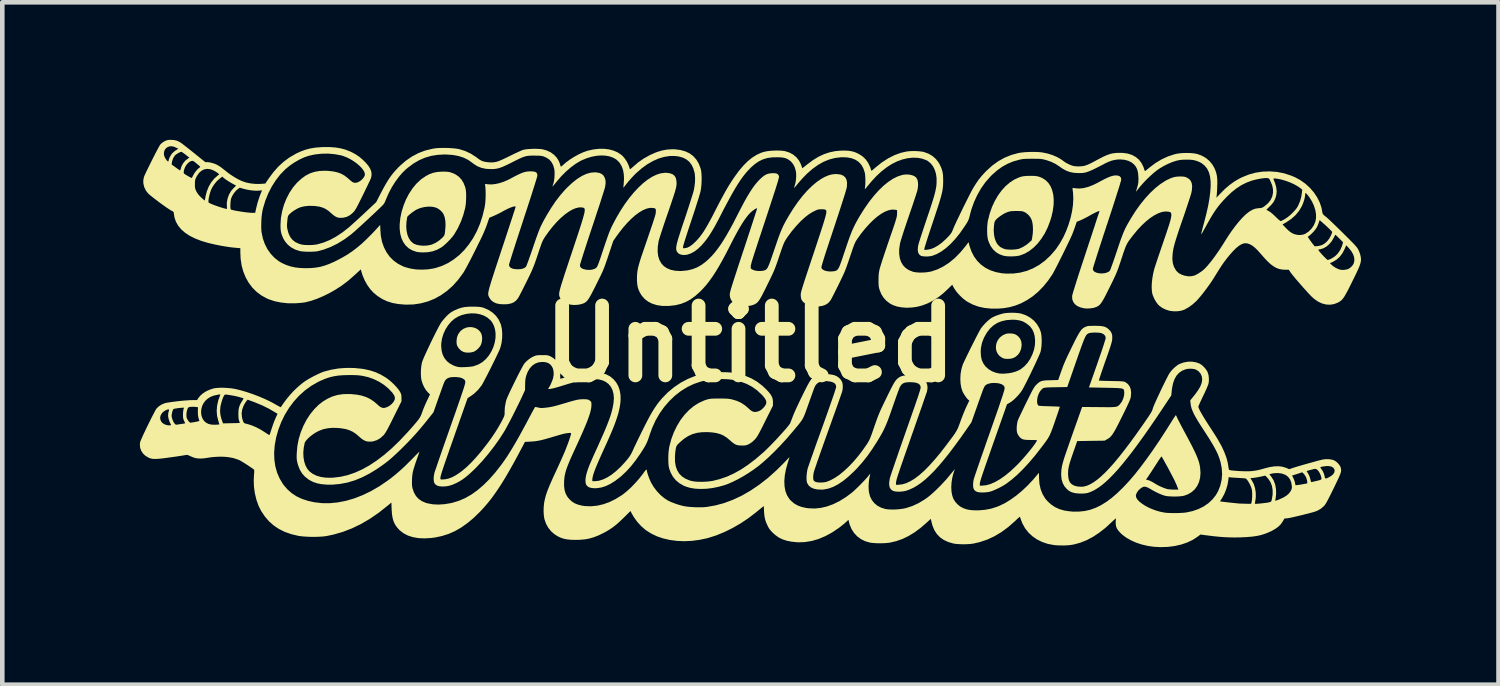
<source format=kicad_pcb>
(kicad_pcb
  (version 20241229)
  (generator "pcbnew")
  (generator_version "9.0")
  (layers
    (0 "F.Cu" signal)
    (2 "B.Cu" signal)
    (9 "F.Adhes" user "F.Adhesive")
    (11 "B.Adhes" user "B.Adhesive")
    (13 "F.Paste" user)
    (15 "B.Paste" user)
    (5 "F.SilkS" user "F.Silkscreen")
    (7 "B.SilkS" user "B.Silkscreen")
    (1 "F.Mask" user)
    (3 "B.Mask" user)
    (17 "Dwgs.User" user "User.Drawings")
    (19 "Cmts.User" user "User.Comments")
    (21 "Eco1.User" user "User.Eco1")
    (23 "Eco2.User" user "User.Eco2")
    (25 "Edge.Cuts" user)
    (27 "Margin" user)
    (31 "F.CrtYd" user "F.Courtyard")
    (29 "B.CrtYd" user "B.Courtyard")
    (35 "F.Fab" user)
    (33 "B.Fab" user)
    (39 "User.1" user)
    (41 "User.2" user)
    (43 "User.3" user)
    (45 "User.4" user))
  (footprint "Untitled"
    (layer "F.Cu")
    (at 13.311 4.448)
    (property "Reference" "Untitled" (at 0 0 0) (layer "F.SilkS") (effects (font (size 1.524 1.524) (thickness 0.3))))
    (attr board_only exclude_from_pos_files exclude_from_bom)
    (fp_poly (pts (xy -6.069 -0.363) (xy -6.006 -0.348) (xy -5.95 -0.321) (xy -5.903 -0.281) (xy -5.869 -0.233) (xy -5.851 -0.178) (xy -5.845 -0.115) (xy -5.851 -0.049) (xy -5.868 0.012) (xy -5.885 0.046) (xy -5.923 0.095) (xy -5.969 0.138) (xy -6.017 0.168) (xy -6.031 0.174) (xy -6.081 0.187) (xy -6.138 0.193) (xy -6.195 0.191) (xy -6.243 0.181) (xy -6.247 0.18) (xy -6.305 0.149) (xy -6.352 0.103) (xy -6.377 0.066) (xy -6.392 0.036) (xy -6.4 0.008) (xy -6.403 -0.024) (xy -6.404 -0.06) (xy -6.395 -0.138) (xy -6.369 -0.207) (xy -6.325 -0.269) (xy -6.311 -0.283) (xy -6.258 -0.324) (xy -6.198 -0.351) (xy -6.134 -0.364)) (stroke (width 0) (type solid)) (fill yes) (layer "F.SilkS"))
    (fp_poly (pts (xy 5.724 -0.222) (xy 5.772 -0.21) (xy 5.813 -0.188) (xy 5.848 -0.16) (xy 5.888 -0.112) (xy 5.912 -0.054) (xy 5.921 0.015) (xy 5.921 0.029) (xy 5.91 0.107) (xy 5.884 0.177) (xy 5.843 0.237) (xy 5.79 0.283) (xy 5.748 0.306) (xy 5.704 0.321) (xy 5.652 0.328) (xy 5.611 0.329) (xy 5.568 0.327) (xy 5.535 0.321) (xy 5.503 0.308) (xy 5.491 0.302) (xy 5.437 0.264) (xy 5.398 0.216) (xy 5.372 0.16) (xy 5.36 0.1) (xy 5.362 0.037) (xy 5.376 -0.025) (xy 5.404 -0.083) (xy 5.444 -0.135) (xy 5.497 -0.178) (xy 5.526 -0.194) (xy 5.564 -0.211) (xy 5.595 -0.221) (xy 5.629 -0.225) (xy 5.664 -0.226)) (stroke (width 0) (type solid)) (fill yes) (layer "F.SilkS"))
    (fp_poly (pts (xy -6.649 -3.754) (xy -6.605 -3.752) (xy -6.569 -3.747) (xy -6.533 -3.738) (xy -6.52 -3.734) (xy -6.433 -3.698) (xy -6.358 -3.647) (xy -6.297 -3.583) (xy -6.249 -3.504) (xy -6.213 -3.41) (xy -6.211 -3.403) (xy -6.201 -3.351) (xy -6.195 -3.285) (xy -6.194 -3.21) (xy -6.196 -3.132) (xy -6.201 -3.055) (xy -6.211 -2.985) (xy -6.215 -2.963) (xy -6.255 -2.814) (xy -6.308 -2.666) (xy -6.374 -2.524) (xy -6.449 -2.395) (xy -6.45 -2.393) (xy -6.487 -2.342) (xy -6.535 -2.286) (xy -6.588 -2.23) (xy -6.643 -2.177) (xy -6.695 -2.132) (xy -6.734 -2.103) (xy -6.828 -2.051) (xy -6.927 -2.016) (xy -7.034 -1.997) (xy -7.131 -1.993) (xy -7.179 -1.994) (xy -7.226 -1.998) (xy -7.265 -2.003) (xy -7.278 -2.006) (xy -7.368 -2.037) (xy -7.446 -2.082) (xy -7.512 -2.142) (xy -7.565 -2.216) (xy -7.605 -2.302) (xy -7.632 -2.401) (xy -7.644 -2.511) (xy -7.644 -2.553) (xy -7.501 -2.553) (xy -7.493 -2.459) (xy -7.474 -2.375) (xy -7.444 -2.302) (xy -7.403 -2.241) (xy -7.353 -2.195) (xy -7.327 -2.179) (xy -7.268 -2.157) (xy -7.198 -2.144) (xy -7.121 -2.139) (xy -7.043 -2.143) (xy -6.969 -2.157) (xy -6.942 -2.165) (xy -6.863 -2.2) (xy -6.787 -2.249) (xy -6.719 -2.307) (xy -6.713 -2.314) (xy -6.69 -2.339) (xy -6.675 -2.358) (xy -6.666 -2.379) (xy -6.66 -2.407) (xy -6.654 -2.447) (xy -6.654 -2.452) (xy -6.644 -2.569) (xy -6.647 -2.672) (xy -6.663 -2.761) (xy -6.69 -2.832) (xy -6.722 -2.877) (xy -6.766 -2.919) (xy -6.818 -2.954) (xy -6.861 -2.973) (xy -6.937 -2.989) (xy -7.021 -2.992) (xy -7.108 -2.982) (xy -7.194 -2.961) (xy -7.27 -2.93) (xy -7.302 -2.912) (xy -7.34 -2.886) (xy -7.38 -2.858) (xy -7.417 -2.828) (xy -7.449 -2.801) (xy -7.471 -2.779) (xy -7.478 -2.768) (xy -7.482 -2.752) (xy -7.487 -2.721) (xy -7.492 -2.681) (xy -7.496 -2.653) (xy -7.501 -2.553) (xy -7.644 -2.553) (xy -7.644 -2.606) (xy -7.63 -2.744) (xy -7.601 -2.882) (xy -7.559 -3.017) (xy -7.506 -3.148) (xy -7.441 -3.272) (xy -7.367 -3.385) (xy -7.285 -3.486) (xy -7.195 -3.571) (xy -7.164 -3.596) (xy -7.078 -3.655) (xy -6.997 -3.699) (xy -6.915 -3.729) (xy -6.827 -3.747) (xy -6.729 -3.754) (xy -6.705 -3.755)) (stroke (width 0) (type solid)) (fill yes) (layer "F.SilkS"))
    (fp_poly (pts (xy 6.218 -3.66) (xy 6.271 -3.652) (xy 6.319 -3.637) (xy 6.368 -3.617) (xy 6.372 -3.614) (xy 6.445 -3.568) (xy 6.505 -3.507) (xy 6.553 -3.433) (xy 6.588 -3.347) (xy 6.611 -3.25) (xy 6.621 -3.142) (xy 6.618 -3.026) (xy 6.601 -2.901) (xy 6.571 -2.769) (xy 6.541 -2.673) (xy 6.488 -2.535) (xy 6.425 -2.407) (xy 6.352 -2.292) (xy 6.272 -2.188) (xy 6.184 -2.099) (xy 6.091 -2.026) (xy 5.993 -1.968) (xy 5.891 -1.929) (xy 5.871 -1.923) (xy 5.813 -1.913) (xy 5.743 -1.907) (xy 5.669 -1.906) (xy 5.598 -1.909) (xy 5.537 -1.918) (xy 5.527 -1.92) (xy 5.44 -1.951) (xy 5.363 -1.997) (xy 5.297 -2.059) (xy 5.243 -2.135) (xy 5.202 -2.224) (xy 5.186 -2.273) (xy 5.177 -2.322) (xy 5.171 -2.384) (xy 5.168 -2.455) (xy 5.169 -2.474) (xy 5.312 -2.474) (xy 5.318 -2.381) (xy 5.335 -2.296) (xy 5.363 -2.222) (xy 5.401 -2.161) (xy 5.449 -2.115) (xy 5.453 -2.113) (xy 5.504 -2.084) (xy 5.559 -2.064) (xy 5.623 -2.055) (xy 5.7 -2.053) (xy 5.709 -2.053) (xy 5.783 -2.058) (xy 5.841 -2.067) (xy 5.87 -2.075) (xy 5.951 -2.112) (xy 6.032 -2.164) (xy 6.087 -2.209) (xy 6.141 -2.258) (xy 6.156 -2.345) (xy 6.165 -2.419) (xy 6.168 -2.497) (xy 6.165 -2.573) (xy 6.156 -2.641) (xy 6.141 -2.697) (xy 6.14 -2.702) (xy 6.108 -2.763) (xy 6.063 -2.817) (xy 6.009 -2.859) (xy 5.982 -2.873) (xy 5.959 -2.883) (xy 5.936 -2.889) (xy 5.909 -2.893) (xy 5.874 -2.895) (xy 5.825 -2.896) (xy 5.806 -2.896) (xy 5.75 -2.895) (xy 5.708 -2.893) (xy 5.674 -2.889) (xy 5.644 -2.882) (xy 5.614 -2.873) (xy 5.556 -2.848) (xy 5.493 -2.812) (xy 5.433 -2.77) (xy 5.382 -2.728) (xy 5.369 -2.714) (xy 5.351 -2.694) (xy 5.339 -2.676) (xy 5.331 -2.656) (xy 5.325 -2.628) (xy 5.32 -2.588) (xy 5.318 -2.573) (xy 5.312 -2.474) (xy 5.169 -2.474) (xy 5.169 -2.529) (xy 5.174 -2.601) (xy 5.181 -2.665) (xy 5.186 -2.688) (xy 5.224 -2.838) (xy 5.273 -2.98) (xy 5.334 -3.112) (xy 5.404 -3.233) (xy 5.483 -3.342) (xy 5.57 -3.438) (xy 5.664 -3.518) (xy 5.763 -3.583) (xy 5.868 -3.63) (xy 5.874 -3.632) (xy 5.912 -3.644) (xy 5.947 -3.652) (xy 5.987 -3.657) (xy 6.035 -3.661) (xy 6.077 -3.662) (xy 6.155 -3.663)) (stroke (width 0) (type solid)) (fill yes) (layer "F.SilkS"))
    (fp_poly (pts (xy -12.56 -4.443) (xy -12.499 -4.428) (xy -12.441 -4.4) (xy -12.409 -4.379) (xy -12.391 -4.366) (xy -12.361 -4.343) (xy -12.32 -4.311) (xy -12.271 -4.273) (xy -12.216 -4.229) (xy -12.158 -4.183) (xy -12.098 -4.135) (xy -12.039 -4.087) (xy -11.983 -4.042) (xy -11.933 -4.002) (xy -11.901 -3.976) (xy -11.88 -3.963) (xy -11.865 -3.959) (xy -11.864 -3.959) (xy -11.845 -3.963) (xy -11.813 -3.96) (xy -11.773 -3.953) (xy -11.728 -3.941) (xy -11.685 -3.928) (xy -11.647 -3.913) (xy -11.646 -3.912) (xy -11.618 -3.898) (xy -11.592 -3.883) (xy -11.564 -3.865) (xy -11.531 -3.842) (xy -11.492 -3.811) (xy -11.442 -3.772) (xy -11.396 -3.735) (xy -11.346 -3.698) (xy -11.284 -3.657) (xy -11.217 -3.616) (xy -11.151 -3.58) (xy -11.093 -3.552) (xy -11.088 -3.55) (xy -10.999 -3.519) (xy -10.898 -3.498) (xy -10.791 -3.487) (xy -10.684 -3.487) (xy -10.66 -3.488) (xy -10.574 -3.495) (xy -10.501 -3.604) (xy -10.398 -3.743) (xy -10.289 -3.866) (xy -10.173 -3.972) (xy -10.048 -4.064) (xy -9.911 -4.143) (xy -9.895 -4.152) (xy -9.791 -4.199) (xy -9.691 -4.235) (xy -9.588 -4.261) (xy -9.479 -4.279) (xy -9.358 -4.288) (xy -9.321 -4.29) (xy -9.179 -4.291) (xy -9.052 -4.282) (xy -8.936 -4.264) (xy -8.828 -4.235) (xy -8.726 -4.195) (xy -8.687 -4.177) (xy -8.598 -4.128) (xy -8.519 -4.074) (xy -8.444 -4.009) (xy -8.389 -3.955) (xy -8.328 -3.884) (xy -8.286 -3.816) (xy -8.262 -3.751) (xy -8.256 -3.687) (xy -8.267 -3.623) (xy -8.276 -3.6) (xy -8.284 -3.58) (xy -8.3 -3.546) (xy -8.323 -3.499) (xy -8.35 -3.441) (xy -8.382 -3.376) (xy -8.417 -3.304) (xy -8.451 -3.234) (xy -8.493 -3.15) (xy -8.527 -3.082) (xy -8.555 -3.026) (xy -8.578 -2.983) (xy -8.597 -2.948) (xy -8.614 -2.922) (xy -8.628 -2.9) (xy -8.642 -2.883) (xy -8.657 -2.867) (xy -8.664 -2.859) (xy -8.727 -2.806) (xy -8.792 -2.771) (xy -8.863 -2.752) (xy -8.903 -2.748) (xy -8.953 -2.747) (xy -8.996 -2.754) (xy -9.035 -2.77) (xy -9.076 -2.796) (xy -9.124 -2.835) (xy -9.139 -2.849) (xy -9.201 -2.902) (xy -9.261 -2.942) (xy -9.323 -2.97) (xy -9.392 -2.99) (xy -9.474 -3.003) (xy -9.51 -3.006) (xy -9.626 -3.009) (xy -9.732 -2.997) (xy -9.811 -2.977) (xy -9.863 -2.955) (xy -9.921 -2.923) (xy -9.979 -2.885) (xy -10.028 -2.845) (xy -10.048 -2.826) (xy -10.063 -2.81) (xy -10.074 -2.795) (xy -10.081 -2.777) (xy -10.087 -2.752) (xy -10.091 -2.716) (xy -10.095 -2.678) (xy -10.1 -2.625) (xy -10.102 -2.585) (xy -10.101 -2.551) (xy -10.096 -2.517) (xy -10.091 -2.492) (xy -10.066 -2.401) (xy -10.029 -2.326) (xy -9.98 -2.265) (xy -9.918 -2.217) (xy -9.842 -2.182) (xy -9.785 -2.165) (xy -9.74 -2.158) (xy -9.683 -2.154) (xy -9.618 -2.153) (xy -9.552 -2.155) (xy -9.49 -2.161) (xy -9.439 -2.169) (xy -9.303 -2.208) (xy -9.167 -2.264) (xy -9.031 -2.337) (xy -8.893 -2.429) (xy -8.766 -2.528) (xy -8.735 -2.554) (xy -8.693 -2.592) (xy -8.642 -2.638) (xy -8.584 -2.69) (xy -8.521 -2.748) (xy -8.457 -2.807) (xy -8.412 -2.849) (xy -8.156 -3.089) (xy -8.059 -3.278) (xy -8 -3.39) (xy -7.946 -3.487) (xy -7.895 -3.571) (xy -7.844 -3.646) (xy -7.792 -3.715) (xy -7.737 -3.779) (xy -7.677 -3.843) (xy -7.636 -3.883) (xy -7.509 -3.993) (xy -7.375 -4.085) (xy -7.235 -4.159) (xy -7.087 -4.215) (xy -6.931 -4.253) (xy -6.889 -4.26) (xy -6.824 -4.268) (xy -6.748 -4.271) (xy -6.664 -4.272) (xy -6.578 -4.27) (xy -6.495 -4.265) (xy -6.42 -4.258) (xy -6.359 -4.248) (xy -6.349 -4.246) (xy -6.217 -4.205) (xy -6.093 -4.147) (xy -5.975 -4.071) (xy -5.942 -4.045) (xy -5.894 -4.011) (xy -5.847 -3.987) (xy -5.795 -3.971) (xy -5.733 -3.961) (xy -5.685 -3.957) (xy -5.643 -3.956) (xy -5.605 -3.957) (xy -5.568 -3.962) (xy -5.529 -3.97) (xy -5.486 -3.984) (xy -5.436 -4.004) (xy -5.377 -4.031) (xy -5.305 -4.065) (xy -5.236 -4.099) (xy -5.171 -4.131) (xy -5.108 -4.161) (xy -5.051 -4.187) (xy -5.003 -4.209) (xy -4.966 -4.224) (xy -4.946 -4.231) (xy -4.898 -4.24) (xy -4.837 -4.247) (xy -4.768 -4.251) (xy -4.695 -4.253) (xy -4.626 -4.251) (xy -4.565 -4.247) (xy -4.528 -4.242) (xy -4.434 -4.215) (xy -4.349 -4.175) (xy -4.276 -4.121) (xy -4.216 -4.056) (xy -4.171 -3.981) (xy -4.153 -3.933) (xy -4.143 -3.902) (xy -4.135 -3.877) (xy -4.132 -3.868) (xy -4.125 -3.864) (xy -4.109 -3.874) (xy -4.087 -3.894) (xy -4.015 -3.957) (xy -3.929 -4.02) (xy -3.835 -4.079) (xy -3.739 -4.132) (xy -3.643 -4.176) (xy -3.555 -4.208) (xy -3.547 -4.21) (xy -3.424 -4.238) (xy -3.304 -4.252) (xy -3.188 -4.253) (xy -3.08 -4.24) (xy -2.979 -4.213) (xy -2.889 -4.174) (xy -2.812 -4.122) (xy -2.776 -4.09) (xy -2.731 -4.036) (xy -2.689 -3.972) (xy -2.656 -3.906) (xy -2.64 -3.863) (xy -2.632 -3.835) (xy -2.625 -3.814) (xy -2.624 -3.811) (xy -2.616 -3.81) (xy -2.595 -3.824) (xy -2.563 -3.852) (xy -2.551 -3.863) (xy -2.44 -3.958) (xy -2.322 -4.04) (xy -2.19 -4.114) (xy -2.18 -4.119) (xy -2.053 -4.175) (xy -1.932 -4.214) (xy -1.812 -4.236) (xy -1.692 -4.243) (xy -1.634 -4.241) (xy -1.517 -4.226) (xy -1.412 -4.196) (xy -1.321 -4.153) (xy -1.243 -4.095) (xy -1.177 -4.022) (xy -1.124 -3.935) (xy -1.084 -3.833) (xy -1.077 -3.809) (xy -1.067 -3.76) (xy -1.061 -3.695) (xy -1.058 -3.622) (xy -1.059 -3.543) (xy -1.063 -3.465) (xy -1.071 -3.391) (xy -1.082 -3.326) (xy -1.082 -3.326) (xy -1.089 -3.298) (xy -1.102 -3.254) (xy -1.119 -3.195) (xy -1.141 -3.124) (xy -1.167 -3.043) (xy -1.195 -2.954) (xy -1.226 -2.859) (xy -1.259 -2.76) (xy -1.281 -2.693) (xy -1.314 -2.595) (xy -1.345 -2.501) (xy -1.373 -2.414) (xy -1.399 -2.334) (xy -1.421 -2.265) (xy -1.439 -2.207) (xy -1.452 -2.163) (xy -1.46 -2.133) (xy -1.462 -2.122) (xy -1.465 -2.084) (xy -1.429 -2.085) (xy -1.375 -2.095) (xy -1.316 -2.124) (xy -1.252 -2.171) (xy -1.183 -2.236) (xy -1.178 -2.241) (xy -1.135 -2.288) (xy -1.095 -2.336) (xy -1.055 -2.389) (xy -1.014 -2.448) (xy -0.972 -2.516) (xy -0.927 -2.593) (xy -0.877 -2.683) (xy -0.822 -2.786) (xy -0.769 -2.89) (xy -0.708 -3.009) (xy -0.654 -3.113) (xy -0.605 -3.204) (xy -0.561 -3.284) (xy -0.52 -3.357) (xy -0.481 -3.424) (xy -0.442 -3.487) (xy -0.402 -3.549) (xy -0.36 -3.613) (xy -0.341 -3.64) (xy -0.245 -3.772) (xy -0.15 -3.884) (xy -0.056 -3.979) (xy 0.04 -4.057) (xy 0.137 -4.119) (xy 0.236 -4.165) (xy 0.306 -4.187) (xy 0.363 -4.199) (xy 0.432 -4.208) (xy 0.509 -4.213) (xy 0.587 -4.215) (xy 0.661 -4.213) (xy 0.725 -4.207) (xy 0.758 -4.202) (xy 0.853 -4.172) (xy 0.936 -4.128) (xy 1.006 -4.07) (xy 1.063 -3.999) (xy 1.085 -3.959) (xy 1.103 -3.922) (xy 1.117 -3.887) (xy 1.126 -3.862) (xy 1.126 -3.86) (xy 1.132 -3.839) (xy 1.137 -3.829) (xy 1.137 -3.829) (xy 1.146 -3.835) (xy 1.166 -3.85) (xy 1.196 -3.874) (xy 1.233 -3.903) (xy 1.246 -3.913) (xy 1.369 -4.005) (xy 1.49 -4.079) (xy 1.61 -4.135) (xy 1.732 -4.176) (xy 1.858 -4.202) (xy 1.982 -4.213) (xy 2.077 -4.214) (xy 2.159 -4.208) (xy 2.232 -4.195) (xy 2.3 -4.173) (xy 2.357 -4.147) (xy 2.442 -4.095) (xy 2.514 -4.029) (xy 2.572 -3.949) (xy 2.616 -3.857) (xy 2.623 -3.837) (xy 2.633 -3.806) (xy 2.641 -3.782) (xy 2.645 -3.772) (xy 2.653 -3.777) (xy 2.672 -3.792) (xy 2.701 -3.816) (xy 2.735 -3.845) (xy 2.738 -3.848) (xy 2.872 -3.955) (xy 3.009 -4.044) (xy 3.147 -4.114) (xy 3.287 -4.165) (xy 3.408 -4.193) (xy 3.47 -4.2) (xy 3.542 -4.204) (xy 3.618 -4.203) (xy 3.691 -4.198) (xy 3.756 -4.19) (xy 3.795 -4.181) (xy 3.891 -4.146) (xy 3.977 -4.095) (xy 4.051 -4.03) (xy 4.111 -3.952) (xy 4.138 -3.903) (xy 4.165 -3.844) (xy 4.185 -3.79) (xy 4.198 -3.737) (xy 4.206 -3.679) (xy 4.209 -3.611) (xy 4.21 -3.558) (xy 4.209 -3.512) (xy 4.208 -3.469) (xy 4.205 -3.428) (xy 4.2 -3.386) (xy 4.194 -3.343) (xy 4.184 -3.295) (xy 4.171 -3.243) (xy 4.155 -3.183) (xy 4.135 -3.114) (xy 4.11 -3.034) (xy 4.08 -2.942) (xy 4.045 -2.836) (xy 4.005 -2.714) (xy 3.988 -2.664) (xy 3.955 -2.565) (xy 3.924 -2.471) (xy 3.895 -2.384) (xy 3.869 -2.304) (xy 3.847 -2.234) (xy 3.829 -2.176) (xy 3.815 -2.131) (xy 3.806 -2.101) (xy 3.803 -2.089) (xy 3.797 -2.047) (xy 3.866 -2.052) (xy 3.938 -2.066) (xy 4.015 -2.096) (xy 4.097 -2.143) (xy 4.181 -2.204) (xy 4.265 -2.28) (xy 4.314 -2.33) (xy 4.351 -2.37) (xy 4.377 -2.402) (xy 4.395 -2.431) (xy 4.41 -2.461) (xy 4.422 -2.491) (xy 4.435 -2.523) (xy 4.455 -2.57) (xy 4.482 -2.628) (xy 4.514 -2.697) (xy 4.551 -2.773) (xy 4.59 -2.855) (xy 4.631 -2.939) (xy 4.672 -3.023) (xy 4.713 -3.105) (xy 4.752 -3.182) (xy 4.787 -3.252) (xy 4.819 -3.313) (xy 4.845 -3.362) (xy 4.863 -3.394) (xy 4.925 -3.494) (xy 4.985 -3.581) (xy 5.049 -3.66) (xy 5.119 -3.737) (xy 5.157 -3.776) (xy 5.283 -3.889) (xy 5.413 -3.983) (xy 5.55 -4.059) (xy 5.695 -4.118) (xy 5.845 -4.159) (xy 5.908 -4.17) (xy 5.985 -4.178) (xy 6.07 -4.183) (xy 6.158 -4.185) (xy 6.243 -4.184) (xy 6.319 -4.179) (xy 6.367 -4.174) (xy 6.485 -4.15) (xy 6.596 -4.115) (xy 6.698 -4.071) (xy 6.786 -4.02) (xy 6.821 -3.993) (xy 6.874 -3.956) (xy 6.935 -3.922) (xy 6.997 -3.895) (xy 7.053 -3.877) (xy 7.057 -3.877) (xy 7.092 -3.872) (xy 7.138 -3.869) (xy 7.186 -3.869) (xy 7.198 -3.87) (xy 7.238 -3.873) (xy 7.275 -3.878) (xy 7.312 -3.888) (xy 7.351 -3.902) (xy 7.398 -3.922) (xy 7.453 -3.949) (xy 7.521 -3.985) (xy 7.546 -3.999) (xy 7.63 -4.043) (xy 7.7 -4.079) (xy 7.761 -4.107) (xy 7.814 -4.127) (xy 7.862 -4.143) (xy 7.91 -4.153) (xy 7.96 -4.16) (xy 8.015 -4.164) (xy 8.015 -4.164) (xy 8.132 -4.163) (xy 8.237 -4.148) (xy 8.33 -4.118) (xy 8.411 -4.073) (xy 8.48 -4.015) (xy 8.535 -3.943) (xy 8.577 -3.858) (xy 8.591 -3.816) (xy 8.6 -3.786) (xy 8.608 -3.771) (xy 8.615 -3.768) (xy 8.623 -3.773) (xy 8.637 -3.784) (xy 8.662 -3.805) (xy 8.693 -3.83) (xy 8.707 -3.842) (xy 8.837 -3.94) (xy 8.973 -4.022) (xy 9.112 -4.086) (xy 9.252 -4.132) (xy 9.301 -4.144) (xy 9.366 -4.154) (xy 9.442 -4.16) (xy 9.523 -4.162) (xy 9.603 -4.16) (xy 9.677 -4.153) (xy 9.738 -4.142) (xy 9.749 -4.14) (xy 9.849 -4.104) (xy 9.939 -4.053) (xy 10.016 -3.988) (xy 10.08 -3.911) (xy 10.123 -3.837) (xy 10.15 -3.774) (xy 10.169 -3.713) (xy 10.182 -3.649) (xy 10.188 -3.578) (xy 10.189 -3.495) (xy 10.187 -3.437) (xy 10.185 -3.38) (xy 10.182 -3.326) (xy 10.179 -3.279) (xy 10.176 -3.245) (xy 10.175 -3.234) (xy 10.169 -3.186) (xy 10.258 -3.279) (xy 10.357 -3.379) (xy 10.454 -3.462) (xy 10.553 -3.534) (xy 10.657 -3.596) (xy 10.726 -3.631) (xy 10.872 -3.69) (xy 11.023 -3.732) (xy 11.178 -3.755) (xy 11.334 -3.76) (xy 11.491 -3.748) (xy 11.645 -3.718) (xy 11.796 -3.669) (xy 11.888 -3.63) (xy 12.006 -3.565) (xy 12.114 -3.488) (xy 12.211 -3.398) (xy 12.296 -3.3) (xy 12.366 -3.194) (xy 12.422 -3.083) (xy 12.461 -2.967) (xy 12.478 -2.876) (xy 12.482 -2.853) (xy 12.488 -2.835) (xy 12.5 -2.819) (xy 12.521 -2.799) (xy 12.553 -2.773) (xy 12.557 -2.77) (xy 12.58 -2.751) (xy 12.614 -2.72) (xy 12.658 -2.679) (xy 12.711 -2.629) (xy 12.769 -2.573) (xy 12.832 -2.511) (xy 12.898 -2.447) (xy 12.932 -2.413) (xy 13.005 -2.34) (xy 13.066 -2.28) (xy 13.115 -2.23) (xy 13.155 -2.189) (xy 13.186 -2.156) (xy 13.211 -2.129) (xy 13.229 -2.106) (xy 13.243 -2.087) (xy 13.255 -2.069) (xy 13.264 -2.052) (xy 13.27 -2.04) (xy 13.289 -1.996) (xy 13.305 -1.947) (xy 13.315 -1.905) (xy 13.315 -1.903) (xy 13.32 -1.874) (xy 13.322 -1.847) (xy 13.321 -1.819) (xy 13.318 -1.79) (xy 13.31 -1.757) (xy 13.298 -1.718) (xy 13.281 -1.673) (xy 13.258 -1.62) (xy 13.229 -1.557) (xy 13.193 -1.482) (xy 13.149 -1.393) (xy 13.098 -1.29) (xy 13.08 -1.254) (xy 13.038 -1.17) (xy 13.001 -1.102) (xy 12.97 -1.047) (xy 12.942 -1.004) (xy 12.915 -0.97) (xy 12.889 -0.944) (xy 12.861 -0.923) (xy 12.831 -0.905) (xy 12.821 -0.899) (xy 12.735 -0.866) (xy 12.647 -0.852) (xy 12.559 -0.857) (xy 12.471 -0.88) (xy 12.384 -0.921) (xy 12.299 -0.981) (xy 12.246 -1.029) (xy 12.212 -1.064) (xy 12.17 -1.108) (xy 12.123 -1.161) (xy 12.071 -1.218) (xy 12.017 -1.279) (xy 11.965 -1.34) (xy 11.914 -1.398) (xy 11.869 -1.452) (xy 11.831 -1.499) (xy 11.802 -1.536) (xy 11.787 -1.556) (xy 11.747 -1.615) (xy 11.672 -1.615) (xy 11.604 -1.619) (xy 11.54 -1.631) (xy 11.479 -1.653) (xy 11.419 -1.687) (xy 11.357 -1.732) (xy 11.329 -1.757) (xy 12.645 -1.757) (xy 12.675 -1.727) (xy 12.717 -1.691) (xy 12.769 -1.658) (xy 12.824 -1.631) (xy 12.862 -1.618) (xy 12.917 -1.61) (xy 12.974 -1.614) (xy 13.027 -1.625) (xy 13.066 -1.643) (xy 13.105 -1.674) (xy 13.14 -1.712) (xy 13.163 -1.751) (xy 13.165 -1.755) (xy 13.178 -1.817) (xy 13.174 -1.883) (xy 13.151 -1.952) (xy 13.111 -2.021) (xy 13.06 -2.084) (xy 13 -2.149) (xy 12.968 -2.073) (xy 12.92 -1.979) (xy 12.86 -1.899) (xy 12.788 -1.834) (xy 12.707 -1.786) (xy 12.645 -1.757) (xy 11.329 -1.757) (xy 11.292 -1.791) (xy 11.221 -1.865) (xy 11.144 -1.953) (xy 11.076 -2.03) (xy 11.056 -2.05) (xy 12.391 -2.05) (xy 12.395 -2.04) (xy 12.41 -2.02) (xy 12.434 -1.991) (xy 12.463 -1.958) (xy 12.494 -1.924) (xy 12.526 -1.891) (xy 12.555 -1.862) (xy 12.579 -1.84) (xy 12.594 -1.828) (xy 12.598 -1.827) (xy 12.614 -1.832) (xy 12.643 -1.843) (xy 12.677 -1.858) (xy 12.684 -1.862) (xy 12.755 -1.908) (xy 12.817 -1.969) (xy 12.868 -2.043) (xy 12.906 -2.126) (xy 12.919 -2.168) (xy 12.931 -2.214) (xy 12.85 -2.297) (xy 12.818 -2.328) (xy 12.791 -2.354) (xy 12.772 -2.372) (xy 12.763 -2.378) (xy 12.763 -2.378) (xy 12.757 -2.37) (xy 12.745 -2.348) (xy 12.729 -2.316) (xy 12.722 -2.302) (xy 12.681 -2.233) (xy 12.629 -2.172) (xy 12.571 -2.122) (xy 12.508 -2.085) (xy 12.444 -2.064) (xy 12.432 -2.062) (xy 12.407 -2.057) (xy 12.392 -2.052) (xy 12.391 -2.05) (xy 11.056 -2.05) (xy 11.015 -2.09) (xy 10.959 -2.136) (xy 10.906 -2.167) (xy 10.855 -2.186) (xy 10.818 -2.193) (xy 10.769 -2.19) (xy 10.716 -2.171) (xy 10.659 -2.136) (xy 10.596 -2.085) (xy 10.528 -2.017) (xy 10.453 -1.932) (xy 10.396 -1.861) (xy 10.365 -1.82) (xy 10.336 -1.782) (xy 10.308 -1.742) (xy 10.278 -1.698) (xy 10.246 -1.649) (xy 10.209 -1.59) (xy 10.165 -1.52) (xy 10.114 -1.437) (xy 10.071 -1.37) (xy 10.021 -1.297) (xy 9.966 -1.221) (xy 9.91 -1.146) (xy 9.855 -1.075) (xy 9.802 -1.011) (xy 9.756 -0.959) (xy 9.732 -0.933) (xy 9.65 -0.859) (xy 9.565 -0.797) (xy 9.481 -0.75) (xy 9.454 -0.738) (xy 9.395 -0.72) (xy 9.325 -0.71) (xy 9.25 -0.708) (xy 9.177 -0.715) (xy 9.147 -0.72) (xy 9.064 -0.746) (xy 8.988 -0.783) (xy 8.923 -0.83) (xy 8.896 -0.857) (xy 8.854 -0.912) (xy 8.815 -0.98) (xy 8.784 -1.051) (xy 8.769 -1.101) (xy 8.76 -1.167) (xy 8.757 -1.246) (xy 8.761 -1.335) (xy 8.772 -1.43) (xy 8.789 -1.527) (xy 8.811 -1.622) (xy 8.812 -1.627) (xy 8.82 -1.652) (xy 8.833 -1.692) (xy 8.851 -1.747) (xy 8.873 -1.814) (xy 8.899 -1.891) (xy 8.928 -1.976) (xy 8.959 -2.068) (xy 8.992 -2.163) (xy 9.006 -2.204) (xy 9.046 -2.322) (xy 9.081 -2.424) (xy 9.109 -2.51) (xy 9.133 -2.583) (xy 9.152 -2.644) (xy 9.166 -2.694) (xy 9.176 -2.734) (xy 9.182 -2.767) (xy 9.186 -2.794) (xy 9.186 -2.816) (xy 9.184 -2.834) (xy 9.182 -2.846) (xy 9.175 -2.861) (xy 9.161 -2.871) (xy 9.133 -2.879) (xy 9.123 -2.881) (xy 9.055 -2.886) (xy 8.979 -2.874) (xy 8.899 -2.845) (xy 8.813 -2.801) (xy 8.724 -2.742) (xy 8.633 -2.669) (xy 8.54 -2.582) (xy 8.447 -2.483) (xy 8.355 -2.371) (xy 8.35 -2.365) (xy 8.312 -2.316) (xy 8.281 -2.275) (xy 8.255 -2.239) (xy 8.233 -2.205) (xy 8.214 -2.17) (xy 8.196 -2.131) (xy 8.178 -2.087) (xy 8.159 -2.034) (xy 8.136 -1.969) (xy 8.11 -1.889) (xy 8.098 -1.853) (xy 8.072 -1.774) (xy 8.049 -1.707) (xy 8.03 -1.651) (xy 8.011 -1.6) (xy 7.992 -1.553) (xy 7.972 -1.505) (xy 7.948 -1.454) (xy 7.921 -1.396) (xy 7.888 -1.328) (xy 7.847 -1.246) (xy 7.841 -1.233) (xy 7.794 -1.139) (xy 7.755 -1.061) (xy 7.721 -0.997) (xy 7.692 -0.946) (xy 7.667 -0.906) (xy 7.644 -0.874) (xy 7.623 -0.85) (xy 7.602 -0.832) (xy 7.58 -0.818) (xy 7.556 -0.806) (xy 7.551 -0.803) (xy 7.492 -0.784) (xy 7.423 -0.773) (xy 7.351 -0.769) (xy 7.284 -0.774) (xy 7.283 -0.774) (xy 7.202 -0.794) (xy 7.134 -0.824) (xy 7.082 -0.865) (xy 7.045 -0.915) (xy 7.025 -0.974) (xy 7.022 -1.04) (xy 7.022 -1.042) (xy 7.026 -1.062) (xy 7.037 -1.1) (xy 7.053 -1.156) (xy 7.076 -1.229) (xy 7.104 -1.32) (xy 7.138 -1.428) (xy 7.178 -1.552) (xy 7.224 -1.693) (xy 7.276 -1.849) (xy 7.323 -1.993) (xy 7.365 -2.12) (xy 7.405 -2.241) (xy 7.443 -2.356) (xy 7.478 -2.463) (xy 7.511 -2.562) (xy 7.539 -2.65) (xy 7.564 -2.726) (xy 7.585 -2.79) (xy 7.602 -2.839) (xy 7.613 -2.874) (xy 7.618 -2.892) (xy 7.619 -2.894) (xy 7.611 -2.896) (xy 7.589 -2.889) (xy 7.554 -2.874) (xy 7.509 -2.852) (xy 7.455 -2.824) (xy 7.41 -2.799) (xy 7.357 -2.769) (xy 7.303 -2.741) (xy 7.251 -2.715) (xy 7.21 -2.696) (xy 7.203 -2.693) (xy 7.122 -2.66) (xy 7.087 -2.556) (xy 7.068 -2.501) (xy 7.045 -2.44) (xy 7.023 -2.383) (xy 7.012 -2.359) (xy 6.994 -2.318) (xy 6.969 -2.264) (xy 6.938 -2.2) (xy 6.903 -2.127) (xy 6.865 -2.049) (xy 6.826 -1.969) (xy 6.785 -1.887) (xy 6.745 -1.808) (xy 6.708 -1.733) (xy 6.673 -1.665) (xy 6.642 -1.606) (xy 6.617 -1.559) (xy 6.599 -1.526) (xy 6.595 -1.519) (xy 6.5 -1.38) (xy 6.395 -1.251) (xy 6.281 -1.134) (xy 6.16 -1.033) (xy 6.038 -0.952) (xy 5.913 -0.885) (xy 5.788 -0.835) (xy 5.66 -0.799) (xy 5.524 -0.776) (xy 5.4 -0.767) (xy 5.246 -0.768) (xy 5.105 -0.783) (xy 4.974 -0.812) (xy 4.852 -0.857) (xy 4.739 -0.917) (xy 4.712 -0.934) (xy 4.638 -0.991) (xy 4.567 -1.059) (xy 4.502 -1.133) (xy 4.45 -1.208) (xy 4.429 -1.246) (xy 4.407 -1.288) (xy 4.304 -1.187) (xy 4.206 -1.096) (xy 4.109 -1.02) (xy 4.011 -0.955) (xy 3.906 -0.898) (xy 3.851 -0.873) (xy 3.747 -0.834) (xy 3.637 -0.806) (xy 3.526 -0.791) (xy 3.415 -0.786) (xy 3.308 -0.794) (xy 3.208 -0.812) (xy 3.118 -0.842) (xy 3.048 -0.879) (xy 2.972 -0.937) (xy 2.911 -1.003) (xy 2.862 -1.08) (xy 2.827 -1.165) (xy 2.816 -1.198) (xy 2.809 -1.227) (xy 2.804 -1.256) (xy 2.801 -1.291) (xy 2.8 -1.337) (xy 2.8 -1.383) (xy 2.8 -1.45) (xy 2.803 -1.504) (xy 2.808 -1.552) (xy 2.817 -1.599) (xy 2.821 -1.622) (xy 2.829 -1.649) (xy 2.842 -1.693) (xy 2.86 -1.752) (xy 2.882 -1.822) (xy 2.909 -1.902) (xy 2.938 -1.99) (xy 2.97 -2.084) (xy 3.003 -2.182) (xy 3.023 -2.24) (xy 3.061 -2.352) (xy 3.094 -2.446) (xy 3.121 -2.525) (xy 3.143 -2.591) (xy 3.161 -2.646) (xy 3.175 -2.69) (xy 3.185 -2.725) (xy 3.193 -2.754) (xy 3.198 -2.777) (xy 3.201 -2.797) (xy 3.203 -2.814) (xy 3.204 -2.831) (xy 3.204 -2.838) (xy 3.205 -2.915) (xy 3.158 -2.924) (xy 3.093 -2.927) (xy 3.021 -2.913) (xy 2.943 -2.883) (xy 2.861 -2.837) (xy 2.776 -2.777) (xy 2.688 -2.702) (xy 2.599 -2.614) (xy 2.509 -2.514) (xy 2.419 -2.402) (xy 2.346 -2.3) (xy 2.328 -2.274) (xy 2.313 -2.251) (xy 2.3 -2.228) (xy 2.287 -2.202) (xy 2.274 -2.173) (xy 2.26 -2.136) (xy 2.243 -2.09) (xy 2.223 -2.033) (xy 2.199 -1.961) (xy 2.176 -1.893) (xy 2.147 -1.807) (xy 2.122 -1.735) (xy 2.1 -1.673) (xy 2.08 -1.619) (xy 2.059 -1.567) (xy 2.036 -1.515) (xy 2.009 -1.458) (xy 1.978 -1.393) (xy 1.941 -1.316) (xy 1.924 -1.281) (xy 1.888 -1.209) (xy 1.853 -1.14) (xy 1.822 -1.078) (xy 1.794 -1.024) (xy 1.772 -0.981) (xy 1.755 -0.952) (xy 1.748 -0.941) (xy 1.702 -0.888) (xy 1.642 -0.85) (xy 1.57 -0.825) (xy 1.484 -0.813) (xy 1.446 -0.812) (xy 1.351 -0.819) (xy 1.27 -0.838) (xy 1.204 -0.871) (xy 1.152 -0.917) (xy 1.137 -0.936) (xy 1.12 -0.962) (xy 1.111 -0.988) (xy 1.106 -1.021) (xy 1.104 -1.049) (xy 1.103 -1.061) (xy 1.103 -1.073) (xy 1.104 -1.086) (xy 1.106 -1.101) (xy 1.109 -1.119) (xy 1.115 -1.142) (xy 1.122 -1.171) (xy 1.133 -1.206) (xy 1.146 -1.25) (xy 1.163 -1.303) (xy 1.183 -1.366) (xy 1.208 -1.442) (xy 1.237 -1.53) (xy 1.271 -1.632) (xy 1.31 -1.75) (xy 1.355 -1.885) (xy 1.377 -1.951) (xy 1.428 -2.103) (xy 1.472 -2.238) (xy 1.511 -2.356) (xy 1.545 -2.46) (xy 1.574 -2.55) (xy 1.598 -2.626) (xy 1.618 -2.691) (xy 1.634 -2.745) (xy 1.646 -2.79) (xy 1.654 -2.825) (xy 1.66 -2.853) (xy 1.662 -2.875) (xy 1.662 -2.891) (xy 1.66 -2.904) (xy 1.656 -2.912) (xy 1.65 -2.919) (xy 1.648 -2.92) (xy 1.627 -2.929) (xy 1.591 -2.934) (xy 1.558 -2.934) (xy 1.518 -2.933) (xy 1.487 -2.929) (xy 1.456 -2.92) (xy 1.418 -2.903) (xy 1.408 -2.898) (xy 1.337 -2.861) (xy 1.27 -2.817) (xy 1.202 -2.764) (xy 1.129 -2.698) (xy 1.108 -2.679) (xy 1.004 -2.569) (xy 0.902 -2.447) (xy 0.808 -2.319) (xy 0.797 -2.302) (xy 0.78 -2.276) (xy 0.765 -2.251) (xy 0.751 -2.226) (xy 0.738 -2.198) (xy 0.724 -2.165) (xy 0.708 -2.124) (xy 0.69 -2.073) (xy 0.668 -2.009) (xy 0.641 -1.929) (xy 0.634 -1.91) (xy 0.608 -1.83) (xy 0.585 -1.764) (xy 0.564 -1.706) (xy 0.545 -1.654) (xy 0.525 -1.605) (xy 0.503 -1.555) (xy 0.478 -1.5) (xy 0.449 -1.439) (xy 0.414 -1.366) (xy 0.373 -1.284) (xy 0.328 -1.191) (xy 0.289 -1.115) (xy 0.257 -1.052) (xy 0.229 -1.002) (xy 0.205 -0.962) (xy 0.183 -0.931) (xy 0.163 -0.908) (xy 0.142 -0.889) (xy 0.121 -0.874) (xy 0.097 -0.861) (xy 0.079 -0.853) (xy 0.023 -0.835) (xy -0.044 -0.824) (xy -0.116 -0.821) (xy -0.188 -0.827) (xy -0.25 -0.84) (xy -0.322 -0.869) (xy -0.378 -0.908) (xy -0.417 -0.957) (xy -0.439 -1.015) (xy -0.445 -1.071) (xy -0.444 -1.083) (xy -0.443 -1.097) (xy -0.44 -1.114) (xy -0.435 -1.136) (xy -0.427 -1.164) (xy -0.418 -1.199) (xy -0.405 -1.241) (xy -0.389 -1.293) (xy -0.37 -1.354) (xy -0.346 -1.427) (xy -0.318 -1.513) (xy -0.286 -1.612) (xy -0.249 -1.726) (xy -0.206 -1.855) (xy -0.158 -2.002) (xy -0.144 -2.042) (xy -0.102 -2.17) (xy -0.062 -2.292) (xy -0.024 -2.408) (xy 0.012 -2.516) (xy 0.044 -2.615) (xy 0.073 -2.704) (xy 0.098 -2.781) (xy 0.119 -2.846) (xy 0.135 -2.896) (xy 0.146 -2.932) (xy 0.152 -2.951) (xy 0.153 -2.954) (xy 0.14 -2.954) (xy 0.116 -2.944) (xy 0.086 -2.925) (xy 0.053 -2.9) (xy 0.019 -2.872) (xy 0.001 -2.855) (xy -0.043 -2.807) (xy -0.087 -2.751) (xy -0.134 -2.686) (xy -0.183 -2.609) (xy -0.236 -2.521) (xy -0.293 -2.419) (xy -0.356 -2.302) (xy -0.424 -2.169) (xy -0.443 -2.132) (xy -0.527 -1.968) (xy -0.606 -1.821) (xy -0.681 -1.689) (xy -0.752 -1.571) (xy -0.821 -1.465) (xy -0.889 -1.37) (xy -0.956 -1.284) (xy -1.024 -1.207) (xy -1.094 -1.135) (xy -1.095 -1.134) (xy -1.197 -1.043) (xy -1.299 -0.969) (xy -1.403 -0.912) (xy -1.511 -0.87) (xy -1.628 -0.842) (xy -1.754 -0.827) (xy -1.794 -0.825) (xy -1.919 -0.826) (xy -2.033 -0.843) (xy -2.135 -0.874) (xy -2.224 -0.919) (xy -2.301 -0.978) (xy -2.365 -1.051) (xy -2.408 -1.122) (xy -2.434 -1.18) (xy -2.452 -1.237) (xy -2.463 -1.3) (xy -2.468 -1.372) (xy -2.469 -1.426) (xy -2.468 -1.48) (xy -2.465 -1.531) (xy -2.459 -1.58) (xy -2.45 -1.632) (xy -2.437 -1.689) (xy -2.419 -1.754) (xy -2.397 -1.828) (xy -2.368 -1.916) (xy -2.339 -2.001) (xy -2.291 -2.142) (xy -2.248 -2.266) (xy -2.212 -2.373) (xy -2.18 -2.466) (xy -2.153 -2.546) (xy -2.13 -2.613) (xy -2.112 -2.669) (xy -2.097 -2.716) (xy -2.085 -2.753) (xy -2.075 -2.784) (xy -2.069 -2.808) (xy -2.064 -2.827) (xy -2.061 -2.842) (xy -2.059 -2.854) (xy -2.058 -2.865) (xy -2.057 -2.876) (xy -2.057 -2.879) (xy -2.057 -2.917) (xy -2.062 -2.94) (xy -2.077 -2.953) (xy -2.105 -2.96) (xy -2.122 -2.963) (xy -2.188 -2.964) (xy -2.261 -2.947) (xy -2.339 -2.914) (xy -2.421 -2.865) (xy -2.507 -2.802) (xy -2.595 -2.724) (xy -2.685 -2.632) (xy -2.776 -2.528) (xy -2.866 -2.412) (xy -2.912 -2.349) (xy -2.986 -2.243) (xy -3.09 -1.931) (xy -3.117 -1.849) (xy -3.141 -1.781) (xy -3.161 -1.723) (xy -3.18 -1.671) (xy -3.199 -1.624) (xy -3.219 -1.576) (xy -3.242 -1.526) (xy -3.27 -1.468) (xy -3.303 -1.401) (xy -3.343 -1.321) (xy -3.352 -1.303) (xy -3.398 -1.21) (xy -3.438 -1.133) (xy -3.471 -1.07) (xy -3.5 -1.019) (xy -3.524 -0.979) (xy -3.547 -0.949) (xy -3.567 -0.925) (xy -3.588 -0.908) (xy -3.609 -0.894) (xy -3.632 -0.882) (xy -3.636 -0.881) (xy -3.67 -0.869) (xy -3.714 -0.858) (xy -3.759 -0.851) (xy -3.761 -0.85) (xy -3.844 -0.846) (xy -3.922 -0.854) (xy -3.994 -0.874) (xy -4.056 -0.904) (xy -4.106 -0.942) (xy -4.142 -0.989) (xy -4.156 -1.024) (xy -4.16 -1.038) (xy -4.164 -1.052) (xy -4.166 -1.067) (xy -4.166 -1.084) (xy -4.165 -1.104) (xy -4.161 -1.128) (xy -4.155 -1.158) (xy -4.146 -1.194) (xy -4.134 -1.238) (xy -4.118 -1.292) (xy -4.098 -1.355) (xy -4.074 -1.43) (xy -4.046 -1.518) (xy -4.012 -1.619) (xy -3.974 -1.735) (xy -3.93 -1.868) (xy -3.89 -1.986) (xy -3.839 -2.141) (xy -3.793 -2.278) (xy -3.753 -2.399) (xy -3.719 -2.505) (xy -3.689 -2.596) (xy -3.665 -2.675) (xy -3.645 -2.741) (xy -3.63 -2.797) (xy -3.618 -2.842) (xy -3.611 -2.879) (xy -3.608 -2.907) (xy -3.608 -2.929) (xy -3.611 -2.945) (xy -3.618 -2.956) (xy -3.627 -2.963) (xy -3.639 -2.968) (xy -3.653 -2.971) (xy -3.669 -2.974) (xy -3.669 -2.974) (xy -3.733 -2.974) (xy -3.804 -2.958) (xy -3.88 -2.926) (xy -3.96 -2.879) (xy -4.044 -2.818) (xy -4.13 -2.744) (xy -4.217 -2.658) (xy -4.303 -2.561) (xy -4.388 -2.454) (xy -4.466 -2.344) (xy -4.485 -2.316) (xy -4.5 -2.291) (xy -4.514 -2.267) (xy -4.527 -2.24) (xy -4.541 -2.209) (xy -4.555 -2.171) (xy -4.572 -2.123) (xy -4.593 -2.063) (xy -4.618 -1.988) (xy -4.63 -1.951) (xy -4.657 -1.871) (xy -4.68 -1.805) (xy -4.7 -1.747) (xy -4.72 -1.696) (xy -4.74 -1.647) (xy -4.761 -1.596) (xy -4.786 -1.542) (xy -4.816 -1.479) (xy -4.852 -1.405) (xy -4.883 -1.343) (xy -4.92 -1.269) (xy -4.955 -1.199) (xy -4.987 -1.135) (xy -5.016 -1.08) (xy -5.039 -1.035) (xy -5.057 -1.004) (xy -5.066 -0.989) (xy -5.109 -0.939) (xy -5.16 -0.902) (xy -5.221 -0.878) (xy -5.295 -0.864) (xy -5.371 -0.861) (xy -5.464 -0.866) (xy -5.541 -0.883) (xy -5.604 -0.913) (xy -5.653 -0.954) (xy -5.688 -1.005) (xy -5.695 -1.02) (xy -5.702 -1.033) (xy -5.707 -1.047) (xy -5.711 -1.061) (xy -5.713 -1.078) (xy -5.713 -1.098) (xy -5.71 -1.122) (xy -5.705 -1.151) (xy -5.696 -1.188) (xy -5.685 -1.232) (xy -5.669 -1.285) (xy -5.65 -1.348) (xy -5.627 -1.422) (xy -5.599 -1.508) (xy -5.567 -1.608) (xy -5.529 -1.722) (xy -5.486 -1.852) (xy -5.438 -1.999) (xy -5.415 -2.069) (xy -5.372 -2.197) (xy -5.332 -2.319) (xy -5.294 -2.435) (xy -5.258 -2.544) (xy -5.226 -2.643) (xy -5.196 -2.733) (xy -5.171 -2.811) (xy -5.15 -2.876) (xy -5.133 -2.928) (xy -5.122 -2.964) (xy -5.116 -2.984) (xy -5.115 -2.988) (xy -5.123 -2.997) (xy -5.145 -2.996) (xy -5.18 -2.987) (xy -5.226 -2.971) (xy -5.281 -2.947) (xy -5.342 -2.917) (xy -5.408 -2.881) (xy -5.419 -2.874) (xy -5.464 -2.85) (xy -5.517 -2.824) (xy -5.571 -2.799) (xy -5.593 -2.789) (xy -5.689 -2.749) (xy -5.729 -2.634) (xy -5.744 -2.59) (xy -5.759 -2.549) (xy -5.774 -2.51) (xy -5.791 -2.47) (xy -5.809 -2.427) (xy -5.83 -2.38) (xy -5.856 -2.325) (xy -5.886 -2.262) (xy -5.923 -2.188) (xy -5.966 -2.1) (xy -6.013 -2.005) (xy -6.066 -1.9) (xy -6.115 -1.805) (xy -6.16 -1.72) (xy -6.199 -1.647) (xy -6.232 -1.589) (xy -6.258 -1.546) (xy -6.264 -1.537) (xy -6.371 -1.393) (xy -6.487 -1.264) (xy -6.612 -1.153) (xy -6.744 -1.059) (xy -6.884 -0.982) (xy -7.03 -0.923) (xy -7.183 -0.882) (xy -7.341 -0.858) (xy -7.505 -0.854) (xy -7.532 -0.855) (xy -7.675 -0.867) (xy -7.804 -0.891) (xy -7.921 -0.928) (xy -8.029 -0.979) (xy -8.129 -1.044) (xy -8.212 -1.112) (xy -8.283 -1.188) (xy -8.348 -1.278) (xy -8.405 -1.379) (xy -8.451 -1.486) (xy -8.47 -1.544) (xy -8.492 -1.623) (xy -8.604 -1.519) (xy -8.651 -1.477) (xy -8.7 -1.434) (xy -8.746 -1.393) (xy -8.785 -1.361) (xy -8.794 -1.354) (xy -8.913 -1.265) (xy -9.042 -1.182) (xy -9.175 -1.106) (xy -9.311 -1.039) (xy -9.446 -0.982) (xy -9.576 -0.937) (xy -9.698 -0.906) (xy -9.707 -0.904) (xy -9.749 -0.898) (xy -9.803 -0.892) (xy -9.863 -0.887) (xy -9.923 -0.883) (xy -9.93 -0.883) (xy -10.086 -0.884) (xy -10.234 -0.9) (xy -10.374 -0.929) (xy -10.502 -0.972) (xy -10.545 -0.991) (xy -10.661 -1.055) (xy -10.765 -1.133) (xy -10.858 -1.226) (xy -10.937 -1.331) (xy -11.003 -1.448) (xy -11.055 -1.575) (xy -11.092 -1.712) (xy -11.113 -1.857) (xy -11.119 -1.984) (xy -11.119 -2.085) (xy -11.247 -2.096) (xy -11.338 -2.106) (xy -11.443 -2.122) (xy -11.555 -2.141) (xy -11.669 -2.164) (xy -11.781 -2.19) (xy -11.823 -2.2) (xy -11.973 -2.245) (xy -12.107 -2.297) (xy -12.225 -2.356) (xy -12.326 -2.423) (xy -12.41 -2.497) (xy -12.476 -2.577) (xy -12.487 -2.597) (xy -10.663 -2.597) (xy -10.663 -2.519) (xy -10.659 -2.451) (xy -10.655 -2.426) (xy -10.628 -2.296) (xy -10.585 -2.175) (xy -10.528 -2.063) (xy -10.457 -1.963) (xy -10.374 -1.875) (xy -10.28 -1.801) (xy -10.211 -1.761) (xy -10.119 -1.719) (xy -10.025 -1.688) (xy -9.926 -1.666) (xy -9.816 -1.653) (xy -9.692 -1.649) (xy -9.678 -1.649) (xy -9.569 -1.652) (xy -9.469 -1.662) (xy -9.373 -1.679) (xy -9.278 -1.706) (xy -9.179 -1.742) (xy -9.072 -1.789) (xy -9.011 -1.819) (xy -8.893 -1.882) (xy -8.782 -1.947) (xy -8.677 -2.018) (xy -8.573 -2.097) (xy -8.469 -2.185) (xy -8.362 -2.285) (xy -8.25 -2.398) (xy -8.179 -2.473) (xy -8.069 -2.592) (xy -8.066 -2.493) (xy -8.055 -2.353) (xy -8.029 -2.223) (xy -7.987 -2.104) (xy -7.931 -1.996) (xy -7.862 -1.899) (xy -7.778 -1.816) (xy -7.682 -1.746) (xy -7.573 -1.69) (xy -7.522 -1.671) (xy -7.411 -1.641) (xy -7.289 -1.622) (xy -7.161 -1.617) (xy -7.031 -1.623) (xy -6.905 -1.643) (xy -6.859 -1.654) (xy -6.72 -1.699) (xy -6.587 -1.762) (xy -6.461 -1.842) (xy -6.342 -1.937) (xy -6.232 -2.047) (xy -6.132 -2.171) (xy -6.041 -2.307) (xy -5.961 -2.456) (xy -5.893 -2.615) (xy -5.838 -2.783) (xy -5.795 -2.961) (xy -5.786 -3.007) (xy -5.778 -3.069) (xy -5.772 -3.143) (xy -5.769 -3.224) (xy -5.769 -3.304) (xy -5.772 -3.377) (xy -5.775 -3.419) (xy -5.783 -3.487) (xy -5.724 -3.479) (xy -5.646 -3.475) (xy -5.558 -3.484) (xy -5.463 -3.505) (xy -5.365 -3.538) (xy -5.267 -3.581) (xy -5.225 -3.603) (xy -5.141 -3.649) (xy -5.069 -3.685) (xy -5.009 -3.713) (xy -4.957 -3.734) (xy -4.91 -3.748) (xy -4.865 -3.756) (xy -4.821 -3.76) (xy -4.787 -3.761) (xy -4.729 -3.758) (xy -4.688 -3.749) (xy -4.661 -3.733) (xy -4.646 -3.707) (xy -4.641 -3.67) (xy -4.641 -3.668) (xy -4.644 -3.652) (xy -4.653 -3.62) (xy -4.668 -3.57) (xy -4.688 -3.505) (xy -4.713 -3.425) (xy -4.743 -3.331) (xy -4.777 -3.223) (xy -4.816 -3.103) (xy -4.859 -2.971) (xy -4.906 -2.828) (xy -4.95 -2.692) (xy -4.993 -2.561) (xy -5.034 -2.436) (xy -5.073 -2.316) (xy -5.11 -2.204) (xy -5.143 -2.1) (xy -5.173 -2.007) (xy -5.199 -1.924) (xy -5.221 -1.854) (xy -5.239 -1.797) (xy -5.251 -1.755) (xy -5.258 -1.73) (xy -5.26 -1.722) (xy -5.251 -1.687) (xy -5.225 -1.659) (xy -5.182 -1.639) (xy -5.124 -1.628) (xy -5.061 -1.625) (xy -4.989 -1.631) (xy -4.933 -1.648) (xy -4.892 -1.677) (xy -4.89 -1.68) (xy -4.883 -1.693) (xy -4.871 -1.722) (xy -4.854 -1.766) (xy -4.833 -1.822) (xy -4.81 -1.889) (xy -4.783 -1.964) (xy -4.755 -2.045) (xy -4.738 -2.096) (xy -4.701 -2.203) (xy -4.67 -2.294) (xy -4.642 -2.372) (xy -4.617 -2.439) (xy -4.594 -2.498) (xy -4.571 -2.551) (xy -4.547 -2.601) (xy -4.522 -2.651) (xy -4.495 -2.702) (xy -4.463 -2.758) (xy -4.443 -2.794) (xy -4.343 -2.959) (xy -4.244 -3.106) (xy -4.142 -3.239) (xy -4.037 -3.36) (xy -3.989 -3.409) (xy -3.88 -3.511) (xy -3.774 -3.595) (xy -3.672 -3.659) (xy -3.574 -3.705) (xy -3.479 -3.732) (xy -3.387 -3.74) (xy -3.35 -3.737) (xy -3.288 -3.726) (xy -3.24 -3.705) (xy -3.203 -3.674) (xy -3.179 -3.636) (xy -3.161 -3.591) (xy -3.153 -3.544) (xy -3.154 -3.488) (xy -3.164 -3.421) (xy -3.166 -3.41) (xy -3.172 -3.391) (xy -3.183 -3.354) (xy -3.199 -3.302) (xy -3.22 -3.236) (xy -3.245 -3.158) (xy -3.273 -3.069) (xy -3.306 -2.97) (xy -3.341 -2.864) (xy -3.378 -2.75) (xy -3.417 -2.632) (xy -3.447 -2.543) (xy -3.487 -2.423) (xy -3.525 -2.308) (xy -3.561 -2.199) (xy -3.594 -2.097) (xy -3.624 -2.005) (xy -3.65 -1.923) (xy -3.672 -1.852) (xy -3.69 -1.795) (xy -3.703 -1.752) (xy -3.711 -1.725) (xy -3.713 -1.716) (xy -3.706 -1.681) (xy -3.684 -1.653) (xy -3.645 -1.633) (xy -3.634 -1.629) (xy -3.574 -1.615) (xy -3.511 -1.611) (xy -3.451 -1.616) (xy -3.4 -1.631) (xy -3.36 -1.654) (xy -3.36 -1.654) (xy -3.352 -1.663) (xy -3.344 -1.673) (xy -3.335 -1.688) (xy -3.325 -1.708) (xy -3.314 -1.735) (xy -3.3 -1.772) (xy -3.283 -1.82) (xy -3.262 -1.88) (xy -3.237 -1.955) (xy -3.207 -2.046) (xy -3.2 -2.067) (xy -3.165 -2.172) (xy -3.134 -2.261) (xy -3.108 -2.336) (xy -3.085 -2.399) (xy -3.064 -2.453) (xy -3.044 -2.5) (xy -3.026 -2.542) (xy -3.006 -2.583) (xy -3.005 -2.585) (xy -2.918 -2.749) (xy -2.827 -2.904) (xy -2.733 -3.048) (xy -2.636 -3.18) (xy -2.538 -3.299) (xy -2.438 -3.406) (xy -2.339 -3.499) (xy -2.24 -3.577) (xy -2.142 -3.64) (xy -2.046 -3.687) (xy -1.954 -3.717) (xy -1.864 -3.729) (xy -1.809 -3.728) (xy -1.739 -3.716) (xy -1.685 -3.694) (xy -1.646 -3.66) (xy -1.621 -3.615) (xy -1.608 -3.556) (xy -1.605 -3.509) (xy -1.605 -3.488) (xy -1.606 -3.467) (xy -1.609 -3.445) (xy -1.613 -3.421) (xy -1.619 -3.392) (xy -1.628 -3.359) (xy -1.639 -3.318) (xy -1.655 -3.269) (xy -1.674 -3.209) (xy -1.698 -3.138) (xy -1.726 -3.053) (xy -1.76 -2.954) (xy -1.8 -2.838) (xy -1.81 -2.809) (xy -1.843 -2.713) (xy -1.875 -2.62) (xy -1.904 -2.533) (xy -1.93 -2.452) (xy -1.953 -2.382) (xy -1.972 -2.322) (xy -1.986 -2.276) (xy -1.995 -2.246) (xy -1.997 -2.238) (xy -2.015 -2.119) (xy -2.018 -2.01) (xy -2.006 -1.913) (xy -1.979 -1.828) (xy -1.938 -1.755) (xy -1.883 -1.694) (xy -1.813 -1.647) (xy -1.73 -1.613) (xy -1.634 -1.593) (xy -1.525 -1.587) (xy -1.484 -1.589) (xy -1.366 -1.601) (xy -1.258 -1.627) (xy -1.157 -1.666) (xy -1.062 -1.72) (xy -0.967 -1.791) (xy -0.901 -1.851) (xy -0.837 -1.915) (xy -0.775 -1.986) (xy -0.713 -2.065) (xy -0.65 -2.153) (xy -0.585 -2.252) (xy -0.518 -2.363) (xy -0.447 -2.488) (xy -0.371 -2.627) (xy -0.291 -2.783) (xy -0.263 -2.838) (xy -0.19 -2.979) (xy -0.124 -3.104) (xy -0.062 -3.213) (xy -0.004 -3.309) (xy 0.05 -3.392) (xy 0.103 -3.464) (xy 0.154 -3.526) (xy 0.202 -3.578) (xy 0.259 -3.631) (xy 0.309 -3.67) (xy 0.357 -3.696) (xy 0.407 -3.712) (xy 0.464 -3.72) (xy 0.475 -3.721) (xy 0.532 -3.721) (xy 0.573 -3.714) (xy 0.601 -3.7) (xy 0.618 -3.678) (xy 0.621 -3.672) (xy 0.624 -3.667) (xy 0.626 -3.662) (xy 0.628 -3.656) (xy 0.629 -3.649) (xy 0.628 -3.639) (xy 0.626 -3.625) (xy 0.622 -3.607) (xy 0.616 -3.583) (xy 0.608 -3.553) (xy 0.597 -3.516) (xy 0.583 -3.471) (xy 0.566 -3.416) (xy 0.546 -3.352) (xy 0.521 -3.277) (xy 0.493 -3.19) (xy 0.46 -3.09) (xy 0.423 -2.977) (xy 0.381 -2.849) (xy 0.334 -2.706) (xy 0.281 -2.546) (xy 0.223 -2.369) (xy 0.209 -2.329) (xy 0.167 -2.201) (xy 0.131 -2.091) (xy 0.1 -1.996) (xy 0.074 -1.915) (xy 0.053 -1.848) (xy 0.036 -1.793) (xy 0.024 -1.748) (xy 0.016 -1.713) (xy 0.012 -1.686) (xy 0.012 -1.665) (xy 0.014 -1.65) (xy 0.02 -1.639) (xy 0.028 -1.631) (xy 0.039 -1.624) (xy 0.052 -1.617) (xy 0.061 -1.613) (xy 0.103 -1.598) (xy 0.157 -1.589) (xy 0.214 -1.587) (xy 0.268 -1.591) (xy 0.288 -1.595) (xy 0.309 -1.6) (xy 0.327 -1.606) (xy 0.342 -1.615) (xy 0.357 -1.628) (xy 0.372 -1.646) (xy 0.387 -1.672) (xy 0.403 -1.706) (xy 0.421 -1.751) (xy 0.442 -1.807) (xy 0.467 -1.878) (xy 0.496 -1.963) (xy 0.531 -2.065) (xy 0.533 -2.07) (xy 0.569 -2.176) (xy 0.6 -2.267) (xy 0.628 -2.344) (xy 0.653 -2.411) (xy 0.677 -2.47) (xy 0.7 -2.523) (xy 0.723 -2.574) (xy 0.749 -2.624) (xy 0.777 -2.677) (xy 0.81 -2.734) (xy 0.839 -2.785) (xy 0.936 -2.942) (xy 1.037 -3.088) (xy 1.14 -3.221) (xy 1.245 -3.34) (xy 1.351 -3.444) (xy 1.456 -3.532) (xy 1.56 -3.603) (xy 1.629 -3.64) (xy 1.711 -3.675) (xy 1.787 -3.695) (xy 1.862 -3.702) (xy 1.91 -3.7) (xy 1.98 -3.689) (xy 2.034 -3.665) (xy 2.075 -3.629) (xy 2.101 -3.58) (xy 2.113 -3.518) (xy 2.111 -3.442) (xy 2.108 -3.415) (xy 2.102 -3.39) (xy 2.09 -3.346) (xy 2.072 -3.284) (xy 2.047 -3.204) (xy 2.016 -3.106) (xy 1.978 -2.989) (xy 1.935 -2.855) (xy 1.884 -2.702) (xy 1.828 -2.531) (xy 1.821 -2.511) (xy 1.773 -2.365) (xy 1.73 -2.237) (xy 1.693 -2.124) (xy 1.661 -2.027) (xy 1.634 -1.944) (xy 1.612 -1.874) (xy 1.594 -1.816) (xy 1.579 -1.768) (xy 1.569 -1.731) (xy 1.561 -1.702) (xy 1.556 -1.681) (xy 1.554 -1.666) (xy 1.554 -1.658) (xy 1.554 -1.655) (xy 1.574 -1.626) (xy 1.61 -1.603) (xy 1.66 -1.586) (xy 1.722 -1.578) (xy 1.725 -1.578) (xy 1.769 -1.577) (xy 1.81 -1.58) (xy 1.841 -1.584) (xy 1.844 -1.585) (xy 1.863 -1.591) (xy 1.88 -1.597) (xy 1.895 -1.607) (xy 1.909 -1.621) (xy 1.923 -1.64) (xy 1.938 -1.668) (xy 1.954 -1.704) (xy 1.972 -1.752) (xy 1.994 -1.812) (xy 2.019 -1.886) (xy 2.049 -1.976) (xy 2.07 -2.038) (xy 2.108 -2.151) (xy 2.142 -2.25) (xy 2.172 -2.334) (xy 2.201 -2.409) (xy 2.228 -2.476) (xy 2.256 -2.537) (xy 2.285 -2.597) (xy 2.316 -2.656) (xy 2.351 -2.719) (xy 2.391 -2.787) (xy 2.397 -2.798) (xy 2.497 -2.956) (xy 2.599 -3.102) (xy 2.703 -3.233) (xy 2.807 -3.349) (xy 2.911 -3.449) (xy 3.015 -3.533) (xy 3.117 -3.6) (xy 3.217 -3.65) (xy 3.314 -3.681) (xy 3.336 -3.686) (xy 3.403 -3.693) (xy 3.469 -3.69) (xy 3.53 -3.677) (xy 3.581 -3.656) (xy 3.619 -3.628) (xy 3.619 -3.627) (xy 3.645 -3.586) (xy 3.659 -3.531) (xy 3.663 -3.466) (xy 3.656 -3.392) (xy 3.647 -3.345) (xy 3.64 -3.322) (xy 3.628 -3.283) (xy 3.611 -3.23) (xy 3.589 -3.164) (xy 3.564 -3.088) (xy 3.536 -3.003) (xy 3.505 -2.913) (xy 3.472 -2.818) (xy 3.459 -2.778) (xy 3.422 -2.671) (xy 3.388 -2.57) (xy 3.357 -2.477) (xy 3.33 -2.393) (xy 3.307 -2.32) (xy 3.288 -2.259) (xy 3.275 -2.214) (xy 3.268 -2.186) (xy 3.251 -2.07) (xy 3.25 -1.965) (xy 3.263 -1.87) (xy 3.291 -1.786) (xy 3.333 -1.714) (xy 3.39 -1.654) (xy 3.461 -1.607) (xy 3.546 -1.573) (xy 3.559 -1.569) (xy 3.622 -1.558) (xy 3.697 -1.553) (xy 3.778 -1.554) (xy 3.86 -1.561) (xy 3.936 -1.574) (xy 3.956 -1.579) (xy 4.086 -1.623) (xy 4.213 -1.686) (xy 4.338 -1.767) (xy 4.46 -1.867) (xy 4.578 -1.986) (xy 4.692 -2.122) (xy 4.743 -2.19) (xy 4.763 -2.217) (xy 4.784 -2.136) (xy 4.826 -2.014) (xy 4.882 -1.905) (xy 4.952 -1.809) (xy 5.035 -1.726) (xy 5.131 -1.657) (xy 5.239 -1.603) (xy 5.359 -1.563) (xy 5.49 -1.538) (xy 5.58 -1.531) (xy 5.738 -1.532) (xy 5.889 -1.552) (xy 6.034 -1.59) (xy 6.173 -1.647) (xy 6.305 -1.721) (xy 6.43 -1.813) (xy 6.548 -1.923) (xy 6.658 -2.05) (xy 6.682 -2.083) (xy 6.76 -2.199) (xy 6.831 -2.326) (xy 6.893 -2.462) (xy 6.946 -2.604) (xy 6.989 -2.748) (xy 7.021 -2.891) (xy 7.041 -3.031) (xy 7.048 -3.165) (xy 7.042 -3.29) (xy 7.04 -3.31) (xy 7.035 -3.348) (xy 7.032 -3.379) (xy 7.031 -3.396) (xy 7.031 -3.399) (xy 7.041 -3.398) (xy 7.065 -3.396) (xy 7.096 -3.391) (xy 7.181 -3.386) (xy 7.274 -3.396) (xy 7.374 -3.422) (xy 7.478 -3.462) (xy 7.566 -3.505) (xy 7.657 -3.554) (xy 7.734 -3.594) (xy 7.799 -3.625) (xy 7.854 -3.647) (xy 7.901 -3.662) (xy 7.942 -3.67) (xy 7.979 -3.672) (xy 8.013 -3.67) (xy 8.054 -3.657) (xy 8.081 -3.633) (xy 8.092 -3.596) (xy 8.093 -3.582) (xy 8.09 -3.565) (xy 8.08 -3.53) (xy 8.065 -3.477) (xy 8.043 -3.406) (xy 8.015 -3.317) (xy 7.981 -3.21) (xy 7.941 -3.085) (xy 7.895 -2.943) (xy 7.843 -2.784) (xy 7.785 -2.607) (xy 7.783 -2.604) (xy 7.741 -2.474) (xy 7.699 -2.348) (xy 7.661 -2.229) (xy 7.624 -2.117) (xy 7.591 -2.013) (xy 7.561 -1.92) (xy 7.535 -1.837) (xy 7.513 -1.768) (xy 7.495 -1.711) (xy 7.483 -1.67) (xy 7.476 -1.645) (xy 7.474 -1.637) (xy 7.481 -1.603) (xy 7.503 -1.576) (xy 7.543 -1.555) (xy 7.554 -1.551) (xy 7.612 -1.537) (xy 7.673 -1.534) (xy 7.733 -1.54) (xy 7.786 -1.555) (xy 7.829 -1.578) (xy 7.844 -1.593) (xy 7.851 -1.606) (xy 7.863 -1.635) (xy 7.879 -1.679) (xy 7.9 -1.735) (xy 7.923 -1.802) (xy 7.949 -1.877) (xy 7.977 -1.959) (xy 7.996 -2.015) (xy 8.031 -2.121) (xy 8.062 -2.212) (xy 8.089 -2.289) (xy 8.114 -2.355) (xy 8.137 -2.414) (xy 8.159 -2.466) (xy 8.182 -2.516) (xy 8.207 -2.565) (xy 8.235 -2.616) (xy 8.267 -2.671) (xy 8.304 -2.734) (xy 8.311 -2.746) (xy 8.408 -2.899) (xy 8.51 -3.041) (xy 8.616 -3.172) (xy 8.724 -3.29) (xy 8.834 -3.393) (xy 8.943 -3.481) (xy 9.051 -3.551) (xy 9.089 -3.572) (xy 9.158 -3.605) (xy 9.219 -3.628) (xy 9.278 -3.642) (xy 9.34 -3.648) (xy 9.379 -3.649) (xy 9.426 -3.648) (xy 9.461 -3.645) (xy 9.49 -3.638) (xy 9.519 -3.627) (xy 9.525 -3.624) (xy 9.574 -3.594) (xy 9.609 -3.553) (xy 9.631 -3.502) (xy 9.64 -3.438) (xy 9.635 -3.362) (xy 9.625 -3.302) (xy 9.619 -3.279) (xy 9.607 -3.24) (xy 9.591 -3.187) (xy 9.569 -3.121) (xy 9.544 -3.045) (xy 9.516 -2.961) (xy 9.486 -2.871) (xy 9.454 -2.776) (xy 9.441 -2.739) (xy 9.398 -2.615) (xy 9.361 -2.507) (xy 9.33 -2.414) (xy 9.304 -2.333) (xy 9.282 -2.264) (xy 9.264 -2.204) (xy 9.25 -2.152) (xy 9.238 -2.106) (xy 9.229 -2.064) (xy 9.222 -2.024) (xy 9.217 -1.984) (xy 9.213 -1.95) (xy 9.208 -1.849) (xy 9.218 -1.76) (xy 9.242 -1.681) (xy 9.282 -1.61) (xy 9.302 -1.583) (xy 9.348 -1.541) (xy 9.407 -1.509) (xy 9.474 -1.486) (xy 9.545 -1.473) (xy 9.616 -1.473) (xy 9.681 -1.486) (xy 9.698 -1.492) (xy 9.768 -1.528) (xy 9.845 -1.579) (xy 9.889 -1.614) (xy 9.926 -1.649) (xy 9.971 -1.698) (xy 10.022 -1.759) (xy 10.078 -1.829) (xy 10.136 -1.908) (xy 10.195 -1.991) (xy 10.253 -2.077) (xy 10.309 -2.163) (xy 10.345 -2.221) (xy 10.416 -2.333) (xy 12.161 -2.333) (xy 12.202 -2.271) (xy 12.229 -2.234) (xy 12.256 -2.196) (xy 12.279 -2.167) (xy 12.313 -2.125) (xy 12.372 -2.13) (xy 12.413 -2.137) (xy 12.455 -2.148) (xy 12.475 -2.155) (xy 12.533 -2.189) (xy 12.587 -2.239) (xy 12.634 -2.3) (xy 12.67 -2.367) (xy 12.68 -2.392) (xy 12.696 -2.44) (xy 12.645 -2.493) (xy 12.616 -2.521) (xy 12.578 -2.557) (xy 12.536 -2.596) (xy 12.507 -2.621) (xy 12.42 -2.698) (xy 12.399 -2.635) (xy 12.384 -2.594) (xy 12.365 -2.552) (xy 12.351 -2.527) (xy 12.327 -2.492) (xy 12.293 -2.451) (xy 12.254 -2.41) (xy 12.215 -2.374) (xy 12.189 -2.353) (xy 12.161 -2.333) (xy 10.416 -2.333) (xy 10.421 -2.341) (xy 10.498 -2.455) (xy 10.577 -2.562) (xy 10.609 -2.603) (xy 11.611 -2.603) (xy 11.677 -2.533) (xy 11.732 -2.478) (xy 11.782 -2.437) (xy 11.831 -2.407) (xy 11.882 -2.387) (xy 11.943 -2.374) (xy 12.008 -2.373) (xy 12.069 -2.384) (xy 12.107 -2.399) (xy 12.179 -2.446) (xy 12.241 -2.508) (xy 12.292 -2.581) (xy 12.327 -2.663) (xy 12.328 -2.665) (xy 12.342 -2.744) (xy 12.341 -2.83) (xy 12.325 -2.921) (xy 12.295 -3.015) (xy 12.251 -3.108) (xy 12.195 -3.198) (xy 12.169 -3.232) (xy 12.146 -3.259) (xy 12.127 -3.279) (xy 12.116 -3.287) (xy 12.115 -3.287) (xy 12.108 -3.279) (xy 12.105 -3.258) (xy 12.105 -3.255) (xy 12.101 -3.216) (xy 12.091 -3.166) (xy 12.075 -3.11) (xy 12.055 -3.054) (xy 12.034 -3.005) (xy 12.033 -3.003) (xy 11.972 -2.9) (xy 11.896 -2.807) (xy 11.803 -2.724) (xy 11.693 -2.65) (xy 11.689 -2.648) (xy 11.611 -2.603) (xy 10.609 -2.603) (xy 10.654 -2.658) (xy 10.728 -2.742) (xy 10.798 -2.811) (xy 10.819 -2.83) (xy 10.888 -2.884) (xy 10.953 -2.922) (xy 10.957 -2.924) (xy 11.259 -2.924) (xy 11.317 -2.89) (xy 11.349 -2.869) (xy 11.389 -2.837) (xy 11.432 -2.798) (xy 11.467 -2.764) (xy 11.505 -2.727) (xy 11.537 -2.699) (xy 11.561 -2.681) (xy 11.573 -2.675) (xy 11.574 -2.675) (xy 11.588 -2.682) (xy 11.615 -2.695) (xy 11.648 -2.713) (xy 11.661 -2.72) (xy 11.721 -2.76) (xy 11.787 -2.815) (xy 11.825 -2.852) (xy 11.868 -2.896) (xy 11.899 -2.932) (xy 11.924 -2.965) (xy 11.945 -3) (xy 11.958 -3.026) (xy 11.995 -3.115) (xy 12.02 -3.207) (xy 12.034 -3.298) (xy 12.04 -3.361) (xy 12.005 -3.391) (xy 11.942 -3.435) (xy 11.866 -3.478) (xy 11.779 -3.518) (xy 11.688 -3.552) (xy 11.598 -3.579) (xy 11.559 -3.588) (xy 11.496 -3.6) (xy 11.45 -3.606) (xy 11.422 -3.605) (xy 11.412 -3.598) (xy 11.412 -3.594) (xy 11.45 -3.498) (xy 11.474 -3.412) (xy 11.483 -3.333) (xy 11.478 -3.258) (xy 11.459 -3.185) (xy 11.438 -3.135) (xy 11.414 -3.091) (xy 11.381 -3.048) (xy 11.336 -2.999) (xy 11.334 -2.998) (xy 11.259 -2.924) (xy 10.957 -2.924) (xy 11.016 -2.946) (xy 11.08 -2.957) (xy 11.09 -2.957) (xy 11.129 -2.96) (xy 11.157 -2.965) (xy 11.182 -2.976) (xy 11.211 -2.995) (xy 11.222 -3.003) (xy 11.295 -3.065) (xy 11.349 -3.133) (xy 11.385 -3.208) (xy 11.403 -3.288) (xy 11.403 -3.372) (xy 11.384 -3.46) (xy 11.347 -3.548) (xy 11.331 -3.581) (xy 11.318 -3.6) (xy 11.305 -3.609) (xy 11.287 -3.613) (xy 11.272 -3.614) (xy 11.228 -3.614) (xy 11.17 -3.608) (xy 11.104 -3.597) (xy 11.036 -3.583) (xy 10.971 -3.567) (xy 10.94 -3.558) (xy 10.822 -3.514) (xy 10.711 -3.458) (xy 10.605 -3.389) (xy 10.5 -3.305) (xy 10.395 -3.205) (xy 10.384 -3.193) (xy 10.317 -3.123) (xy 10.259 -3.057) (xy 10.206 -2.992) (xy 10.156 -2.924) (xy 10.108 -2.852) (xy 10.057 -2.77) (xy 10.003 -2.676) (xy 9.969 -2.615) (xy 9.931 -2.547) (xy 9.902 -2.494) (xy 9.879 -2.454) (xy 9.863 -2.425) (xy 9.851 -2.406) (xy 9.844 -2.396) (xy 9.84 -2.391) (xy 9.837 -2.391) (xy 9.837 -2.391) (xy 9.838 -2.401) (xy 9.844 -2.427) (xy 9.854 -2.467) (xy 9.867 -2.519) (xy 9.883 -2.579) (xy 9.901 -2.645) (xy 9.901 -2.646) (xy 9.95 -2.836) (xy 9.989 -3.01) (xy 10.017 -3.168) (xy 10.035 -3.312) (xy 10.044 -3.441) (xy 10.043 -3.539) (xy 10.031 -3.646) (xy 10.006 -3.739) (xy 9.967 -3.819) (xy 9.914 -3.885) (xy 9.848 -3.938) (xy 9.804 -3.962) (xy 9.75 -3.984) (xy 9.701 -4) (xy 9.648 -4.01) (xy 9.588 -4.015) (xy 9.515 -4.016) (xy 9.509 -4.016) (xy 9.448 -4.015) (xy 9.398 -4.011) (xy 9.354 -4.005) (xy 9.308 -3.995) (xy 9.287 -3.989) (xy 9.205 -3.963) (xy 9.116 -3.925) (xy 9.025 -3.88) (xy 8.94 -3.83) (xy 8.871 -3.783) (xy 8.799 -3.725) (xy 8.721 -3.655) (xy 8.643 -3.58) (xy 8.569 -3.502) (xy 8.505 -3.429) (xy 8.496 -3.418) (xy 8.467 -3.381) (xy 8.442 -3.35) (xy 8.424 -3.328) (xy 8.416 -3.318) (xy 8.415 -3.317) (xy 8.416 -3.323) (xy 8.421 -3.343) (xy 8.427 -3.361) (xy 8.445 -3.421) (xy 8.457 -3.469) (xy 8.465 -3.51) (xy 8.468 -3.55) (xy 8.469 -3.595) (xy 8.468 -3.635) (xy 8.461 -3.714) (xy 8.449 -3.778) (xy 8.429 -3.831) (xy 8.401 -3.878) (xy 8.375 -3.908) (xy 8.318 -3.956) (xy 8.247 -3.991) (xy 8.165 -4.013) (xy 8.073 -4.021) (xy 8.015 -4.019) (xy 7.95 -4.01) (xy 7.884 -3.994) (xy 7.814 -3.968) (xy 7.736 -3.931) (xy 7.716 -3.92) (xy 7.623 -3.872) (xy 7.545 -3.832) (xy 7.479 -3.8) (xy 7.424 -3.775) (xy 7.376 -3.756) (xy 7.335 -3.742) (xy 7.297 -3.732) (xy 7.26 -3.727) (xy 7.222 -3.724) (xy 7.181 -3.723) (xy 7.17 -3.723) (xy 7.068 -3.728) (xy 6.977 -3.745) (xy 6.893 -3.776) (xy 6.81 -3.822) (xy 6.744 -3.868) (xy 6.658 -3.924) (xy 6.565 -3.969) (xy 6.459 -4.006) (xy 6.444 -4.01) (xy 6.409 -4.019) (xy 6.379 -4.025) (xy 6.349 -4.03) (xy 6.316 -4.033) (xy 6.275 -4.035) (xy 6.223 -4.035) (xy 6.155 -4.036) (xy 6.154 -4.036) (xy 6.083 -4.035) (xy 6.027 -4.034) (xy 5.982 -4.032) (xy 5.945 -4.029) (xy 5.912 -4.023) (xy 5.878 -4.016) (xy 5.874 -4.015) (xy 5.738 -3.977) (xy 5.614 -3.926) (xy 5.497 -3.861) (xy 5.385 -3.781) (xy 5.276 -3.684) (xy 5.235 -3.643) (xy 5.131 -3.524) (xy 5.037 -3.391) (xy 4.954 -3.245) (xy 4.883 -3.092) (xy 4.826 -2.933) (xy 4.799 -2.835) (xy 4.787 -2.784) (xy 4.776 -2.744) (xy 4.765 -2.712) (xy 4.753 -2.683) (xy 4.736 -2.652) (xy 4.713 -2.615) (xy 4.682 -2.567) (xy 4.67 -2.55) (xy 4.573 -2.41) (xy 4.473 -2.286) (xy 4.372 -2.178) (xy 4.271 -2.087) (xy 4.17 -2.013) (xy 4.07 -1.957) (xy 3.975 -1.92) (xy 3.928 -1.91) (xy 3.876 -1.905) (xy 3.822 -1.904) (xy 3.773 -1.908) (xy 3.734 -1.916) (xy 3.716 -1.924) (xy 3.682 -1.954) (xy 3.662 -1.997) (xy 3.655 -2.052) (xy 3.661 -2.121) (xy 3.67 -2.166) (xy 3.676 -2.187) (xy 3.687 -2.224) (xy 3.704 -2.276) (xy 3.724 -2.34) (xy 3.749 -2.415) (xy 3.776 -2.499) (xy 3.806 -2.589) (xy 3.838 -2.684) (xy 3.853 -2.73) (xy 3.895 -2.854) (xy 3.931 -2.962) (xy 3.961 -3.055) (xy 3.987 -3.136) (xy 4.007 -3.205) (xy 4.024 -3.265) (xy 4.037 -3.317) (xy 4.047 -3.364) (xy 4.055 -3.406) (xy 4.061 -3.446) (xy 4.064 -3.486) (xy 4.066 -3.51) (xy 4.066 -3.614) (xy 4.052 -3.71) (xy 4.025 -3.797) (xy 3.986 -3.874) (xy 3.935 -3.937) (xy 3.874 -3.987) (xy 3.845 -4.003) (xy 3.754 -4.037) (xy 3.653 -4.056) (xy 3.546 -4.059) (xy 3.434 -4.047) (xy 3.319 -4.02) (xy 3.204 -3.978) (xy 3.091 -3.921) (xy 3.09 -3.921) (xy 2.978 -3.849) (xy 2.864 -3.76) (xy 2.753 -3.657) (xy 2.646 -3.542) (xy 2.603 -3.49) (xy 2.564 -3.443) (xy 2.536 -3.409) (xy 2.518 -3.387) (xy 2.506 -3.376) (xy 2.501 -3.375) (xy 2.501 -3.382) (xy 2.503 -3.396) (xy 2.505 -3.41) (xy 2.51 -3.457) (xy 2.513 -3.514) (xy 2.513 -3.576) (xy 2.511 -3.637) (xy 2.507 -3.691) (xy 2.5 -3.732) (xy 2.499 -3.737) (xy 2.468 -3.828) (xy 2.425 -3.904) (xy 2.369 -3.965) (xy 2.3 -4.012) (xy 2.219 -4.045) (xy 2.124 -4.064) (xy 2.017 -4.069) (xy 1.982 -4.068) (xy 1.853 -4.053) (xy 1.726 -4.02) (xy 1.602 -3.97) (xy 1.48 -3.901) (xy 1.359 -3.814) (xy 1.239 -3.709) (xy 1.18 -3.649) (xy 1.138 -3.604) (xy 1.095 -3.557) (xy 1.056 -3.512) (xy 1.025 -3.474) (xy 1.02 -3.469) (xy 0.995 -3.438) (xy 0.975 -3.415) (xy 0.963 -3.403) (xy 0.959 -3.402) (xy 0.961 -3.414) (xy 0.968 -3.439) (xy 0.977 -3.467) (xy 0.99 -3.518) (xy 0.999 -3.581) (xy 1.004 -3.648) (xy 1.003 -3.712) (xy 0.997 -3.764) (xy 0.973 -3.849) (xy 0.935 -3.921) (xy 0.885 -3.981) (xy 0.823 -4.025) (xy 0.785 -4.043) (xy 0.757 -4.052) (xy 0.726 -4.059) (xy 0.688 -4.064) (xy 0.638 -4.067) (xy 0.599 -4.068) (xy 0.482 -4.066) (xy 0.377 -4.052) (xy 0.281 -4.023) (xy 0.191 -3.98) (xy 0.104 -3.921) (xy 0.016 -3.844) (xy 0.001 -3.828) (xy -0.052 -3.773) (xy -0.104 -3.713) (xy -0.156 -3.647) (xy -0.209 -3.573) (xy -0.264 -3.49) (xy -0.322 -3.396) (xy -0.383 -3.291) (xy -0.449 -3.172) (xy -0.521 -3.039) (xy -0.599 -2.89) (xy -0.628 -2.832) (xy -0.686 -2.72) (xy -0.737 -2.624) (xy -0.783 -2.54) (xy -0.826 -2.467) (xy -0.866 -2.402) (xy -0.905 -2.343) (xy -0.944 -2.288) (xy -0.982 -2.238) (xy -1.06 -2.146) (xy -1.139 -2.071) (xy -1.218 -2.011) (xy -1.297 -1.969) (xy -1.374 -1.943) (xy -1.449 -1.936) (xy -1.475 -1.938) (xy -1.532 -1.952) (xy -1.574 -1.979) (xy -1.601 -2.018) (xy -1.605 -2.028) (xy -1.61 -2.046) (xy -1.613 -2.066) (xy -1.614 -2.089) (xy -1.611 -2.116) (xy -1.606 -2.149) (xy -1.597 -2.19) (xy -1.584 -2.239) (xy -1.567 -2.299) (xy -1.544 -2.37) (xy -1.517 -2.455) (xy -1.485 -2.554) (xy -1.446 -2.669) (xy -1.422 -2.74) (xy -1.389 -2.839) (xy -1.358 -2.935) (xy -1.328 -3.027) (xy -1.301 -3.111) (xy -1.277 -3.187) (xy -1.257 -3.251) (xy -1.241 -3.303) (xy -1.231 -3.339) (xy -1.228 -3.352) (xy -1.213 -3.439) (xy -1.203 -3.528) (xy -1.201 -3.613) (xy -1.206 -3.689) (xy -1.212 -3.731) (xy -1.24 -3.827) (xy -1.279 -3.907) (xy -1.331 -3.973) (xy -1.395 -4.024) (xy -1.472 -4.062) (xy -1.563 -4.086) (xy -1.635 -4.095) (xy -1.754 -4.095) (xy -1.876 -4.076) (xy -1.999 -4.04) (xy -2.122 -3.985) (xy -2.245 -3.914) (xy -2.366 -3.826) (xy -2.485 -3.722) (xy -2.509 -3.699) (xy -2.555 -3.652) (xy -2.604 -3.598) (xy -2.651 -3.545) (xy -2.687 -3.501) (xy -2.766 -3.401) (xy -2.759 -3.477) (xy -2.751 -3.595) (xy -2.756 -3.698) (xy -2.772 -3.789) (xy -2.801 -3.869) (xy -2.842 -3.94) (xy -2.86 -3.963) (xy -2.915 -4.016) (xy -2.983 -4.057) (xy -3.063 -4.086) (xy -3.152 -4.103) (xy -3.248 -4.108) (xy -3.35 -4.1) (xy -3.456 -4.08) (xy -3.562 -4.048) (xy -3.669 -4.004) (xy -3.703 -3.987) (xy -3.805 -3.926) (xy -3.91 -3.849) (xy -4.016 -3.757) (xy -4.119 -3.654) (xy -4.217 -3.541) (xy -4.233 -3.521) (xy -4.262 -3.485) (xy -4.287 -3.456) (xy -4.304 -3.437) (xy -4.312 -3.43) (xy -4.312 -3.43) (xy -4.309 -3.443) (xy -4.301 -3.469) (xy -4.292 -3.496) (xy -4.279 -3.544) (xy -4.271 -3.604) (xy -4.266 -3.67) (xy -4.265 -3.735) (xy -4.269 -3.792) (xy -4.273 -3.817) (xy -4.298 -3.899) (xy -4.334 -3.965) (xy -4.381 -4.018) (xy -4.443 -4.059) (xy -4.506 -4.086) (xy -4.53 -4.093) (xy -4.557 -4.098) (xy -4.59 -4.102) (xy -4.633 -4.103) (xy -4.69 -4.104) (xy -4.714 -4.104) (xy -4.765 -4.104) (xy -4.808 -4.102) (xy -4.847 -4.099) (xy -4.883 -4.093) (xy -4.92 -4.083) (xy -4.96 -4.069) (xy -5.007 -4.049) (xy -5.062 -4.023) (xy -5.129 -3.99) (xy -5.21 -3.949) (xy -5.211 -3.948) (xy -5.295 -3.907) (xy -5.366 -3.874) (xy -5.426 -3.849) (xy -5.479 -3.831) (xy -5.528 -3.82) (xy -5.576 -3.813) (xy -5.627 -3.81) (xy -5.652 -3.81) (xy -5.763 -3.816) (xy -5.861 -3.837) (xy -5.95 -3.873) (xy -6.031 -3.924) (xy -6.056 -3.944) (xy -6.146 -4.008) (xy -6.248 -4.059) (xy -6.362 -4.096) (xy -6.489 -4.119) (xy -6.628 -4.128) (xy -6.662 -4.129) (xy -6.813 -4.121) (xy -6.954 -4.099) (xy -7.089 -4.06) (xy -7.217 -4.005) (xy -7.342 -3.932) (xy -7.466 -3.84) (xy -7.507 -3.806) (xy -7.587 -3.728) (xy -7.667 -3.634) (xy -7.744 -3.528) (xy -7.816 -3.413) (xy -7.88 -3.293) (xy -7.934 -3.171) (xy -7.943 -3.149) (xy -7.96 -3.107) (xy -7.974 -3.076) (xy -7.99 -3.051) (xy -8.01 -3.026) (xy -8.04 -2.996) (xy -8.063 -2.974) (xy -8.125 -2.915) (xy -8.192 -2.851) (xy -8.262 -2.786) (xy -8.333 -2.72) (xy -8.403 -2.655) (xy -8.47 -2.593) (xy -8.533 -2.536) (xy -8.589 -2.486) (xy -8.636 -2.443) (xy -8.674 -2.411) (xy -8.696 -2.391) (xy -8.846 -2.28) (xy -8.998 -2.186) (xy -9.151 -2.111) (xy -9.305 -2.053) (xy -9.432 -2.019) (xy -9.479 -2.013) (xy -9.538 -2.009) (xy -9.606 -2.007) (xy -9.675 -2.008) (xy -9.741 -2.012) (xy -9.797 -2.018) (xy -9.828 -2.024) (xy -9.926 -2.056) (xy -10.012 -2.103) (xy -10.086 -2.163) (xy -10.146 -2.235) (xy -10.181 -2.295) (xy -10.207 -2.354) (xy -10.225 -2.406) (xy -10.236 -2.458) (xy -10.242 -2.516) (xy -10.243 -2.587) (xy -10.243 -2.601) (xy -10.234 -2.744) (xy -10.208 -2.889) (xy -10.168 -3.031) (xy -10.113 -3.168) (xy -10.046 -3.297) (xy -9.967 -3.415) (xy -9.883 -3.513) (xy -9.791 -3.598) (xy -9.699 -3.666) (xy -9.603 -3.716) (xy -9.502 -3.75) (xy -9.392 -3.769) (xy -9.271 -3.774) (xy -9.191 -3.77) (xy -9.088 -3.758) (xy -8.999 -3.738) (xy -8.92 -3.709) (xy -8.848 -3.669) (xy -8.778 -3.615) (xy -8.752 -3.592) (xy -8.71 -3.555) (xy -8.677 -3.53) (xy -8.65 -3.516) (xy -8.624 -3.511) (xy -8.596 -3.512) (xy -8.589 -3.513) (xy -8.545 -3.527) (xy -8.502 -3.553) (xy -8.462 -3.587) (xy -8.43 -3.625) (xy -8.408 -3.664) (xy -8.402 -3.695) (xy -8.411 -3.738) (xy -8.436 -3.786) (xy -8.475 -3.836) (xy -8.525 -3.887) (xy -8.585 -3.937) (xy -8.652 -3.985) (xy -8.724 -4.029) (xy -8.799 -4.066) (xy -8.875 -4.095) (xy -8.919 -4.109) (xy -9.059 -4.135) (xy -9.207 -4.148) (xy -9.356 -4.145) (xy -9.503 -4.128) (xy -9.63 -4.099) (xy -9.727 -4.066) (xy -9.83 -4.018) (xy -9.933 -3.959) (xy -10.033 -3.892) (xy -10.124 -3.818) (xy -10.143 -3.801) (xy -10.25 -3.691) (xy -10.347 -3.565) (xy -10.435 -3.427) (xy -10.511 -3.278) (xy -10.574 -3.122) (xy -10.623 -2.96) (xy -10.637 -2.901) (xy -10.647 -2.838) (xy -10.656 -2.762) (xy -10.661 -2.68) (xy -10.663 -2.597) (xy -12.487 -2.597) (xy -12.525 -2.664) (xy -12.556 -2.757) (xy -12.566 -2.818) (xy -12.57 -2.851) (xy -12.575 -2.871) (xy -12.586 -2.884) (xy -12.607 -2.896) (xy -12.617 -2.9) (xy -12.644 -2.916) (xy -12.684 -2.942) (xy -12.734 -2.975) (xy -12.79 -3.015) (xy -12.85 -3.058) (xy -12.911 -3.103) (xy -12.919 -3.11) (xy -11.815 -3.11) (xy -11.815 -3.094) (xy -11.81 -3.082) (xy -11.798 -3.072) (xy -11.776 -3.061) (xy -11.74 -3.045) (xy -11.732 -3.042) (xy -11.69 -3.025) (xy -11.639 -3.007) (xy -11.585 -2.988) (xy -11.531 -2.971) (xy -11.482 -2.956) (xy -11.443 -2.946) (xy -11.416 -2.94) (xy -11.415 -2.94) (xy -11.411 -2.948) (xy -11.411 -2.97) (xy -11.413 -2.992) (xy -11.413 -3.01) (xy -11.337 -3.01) (xy -11.336 -2.971) (xy -11.332 -2.943) (xy -11.327 -2.93) (xy -11.311 -2.923) (xy -11.28 -2.915) (xy -11.236 -2.905) (xy -11.183 -2.895) (xy -11.124 -2.886) (xy -11.062 -2.876) (xy -11.001 -2.868) (xy -10.944 -2.862) (xy -10.893 -2.857) (xy -10.854 -2.856) (xy -10.844 -2.856) (xy -10.795 -2.857) (xy -10.778 -2.939) (xy -10.745 -3.072) (xy -10.702 -3.205) (xy -10.679 -3.266) (xy -10.646 -3.347) (xy -10.706 -3.341) (xy -10.765 -3.338) (xy -10.836 -3.342) (xy -10.912 -3.351) (xy -10.987 -3.365) (xy -11.046 -3.379) (xy -11.132 -3.404) (xy -11.172 -3.376) (xy -11.214 -3.339) (xy -11.256 -3.289) (xy -11.291 -3.234) (xy -11.316 -3.181) (xy -11.318 -3.176) (xy -11.326 -3.143) (xy -11.332 -3.101) (xy -11.335 -3.055) (xy -11.337 -3.01) (xy -11.413 -3.01) (xy -11.414 -3.079) (xy -11.398 -3.167) (xy -11.367 -3.253) (xy -11.322 -3.331) (xy -11.267 -3.395) (xy -11.211 -3.449) (xy -11.278 -3.486) (xy -11.334 -3.517) (xy -11.388 -3.551) (xy -11.436 -3.583) (xy -11.474 -3.611) (xy -11.488 -3.623) (xy -11.513 -3.646) (xy -11.572 -3.601) (xy -11.632 -3.547) (xy -11.687 -3.48) (xy -11.734 -3.407) (xy -11.756 -3.36) (xy -11.775 -3.309) (xy -11.791 -3.252) (xy -11.805 -3.193) (xy -11.813 -3.142) (xy -11.815 -3.11) (xy -12.919 -3.11) (xy -12.97 -3.148) (xy -13.024 -3.19) (xy -13.072 -3.228) (xy -13.108 -3.259) (xy -13.131 -3.28) (xy -13.179 -3.342) (xy -13.213 -3.412) (xy -13.231 -3.481) (xy -12.11 -3.481) (xy -12.11 -3.435) (xy -12.107 -3.403) (xy -12.101 -3.376) (xy -12.09 -3.348) (xy -12.079 -3.324) (xy -12.053 -3.281) (xy -12.021 -3.239) (xy -11.976 -3.193) (xy -11.973 -3.191) (xy -11.943 -3.163) (xy -11.918 -3.141) (xy -11.901 -3.128) (xy -11.896 -3.126) (xy -11.893 -3.136) (xy -11.888 -3.161) (xy -11.881 -3.196) (xy -11.878 -3.214) (xy -11.85 -3.326) (xy -11.808 -3.43) (xy -11.752 -3.524) (xy -11.684 -3.607) (xy -11.606 -3.675) (xy -11.603 -3.678) (xy -11.578 -3.695) (xy -11.612 -3.724) (xy -11.639 -3.743) (xy -11.675 -3.765) (xy -11.708 -3.783) (xy -11.778 -3.808) (xy -11.845 -3.815) (xy -11.908 -3.804) (xy -11.967 -3.774) (xy -12.02 -3.727) (xy -12.065 -3.662) (xy -12.079 -3.635) (xy -12.094 -3.604) (xy -12.103 -3.577) (xy -12.108 -3.549) (xy -12.11 -3.513) (xy -12.11 -3.481) (xy -13.231 -3.481) (xy -13.233 -3.486) (xy -13.236 -3.561) (xy -13.223 -3.633) (xy -13.218 -3.647) (xy -13.206 -3.676) (xy -13.186 -3.719) (xy -13.178 -3.737) (xy -12.355 -3.737) (xy -12.352 -3.72) (xy -12.341 -3.707) (xy -12.337 -3.705) (xy -12.319 -3.693) (xy -12.292 -3.676) (xy -12.26 -3.657) (xy -12.228 -3.639) (xy -12.201 -3.625) (xy -12.185 -3.617) (xy -12.182 -3.616) (xy -12.175 -3.624) (xy -12.162 -3.645) (xy -12.147 -3.675) (xy -12.144 -3.68) (xy -12.12 -3.722) (xy -12.088 -3.765) (xy -12.054 -3.804) (xy -12.022 -3.834) (xy -12.005 -3.846) (xy -11.994 -3.853) (xy -11.995 -3.861) (xy -12.008 -3.875) (xy -12.019 -3.885) (xy -12.066 -3.925) (xy -12.1 -3.954) (xy -12.126 -3.973) (xy -12.145 -3.985) (xy -12.16 -3.989) (xy -12.173 -3.99) (xy -12.178 -3.989) (xy -12.222 -3.972) (xy -12.263 -3.939) (xy -12.301 -3.894) (xy -12.33 -3.841) (xy -12.349 -3.783) (xy -12.352 -3.766) (xy -12.355 -3.737) (xy -13.178 -3.737) (xy -13.161 -3.773) (xy -13.131 -3.834) (xy -13.098 -3.901) (xy -13.093 -3.911) (xy -12.618 -3.911) (xy -12.529 -3.846) (xy -12.493 -3.82) (xy -12.463 -3.799) (xy -12.442 -3.785) (xy -12.433 -3.781) (xy -12.427 -3.789) (xy -12.421 -3.81) (xy -12.42 -3.816) (xy -12.399 -3.88) (xy -12.364 -3.941) (xy -12.318 -3.996) (xy -12.272 -4.032) (xy -12.231 -4.059) (xy -12.311 -4.123) (xy -12.345 -4.149) (xy -12.375 -4.17) (xy -12.397 -4.183) (xy -12.406 -4.187) (xy -12.429 -4.181) (xy -12.461 -4.166) (xy -12.496 -4.146) (xy -12.527 -4.125) (xy -12.547 -4.106) (xy -12.583 -4.05) (xy -12.606 -3.985) (xy -12.612 -3.955) (xy -12.618 -3.911) (xy -13.093 -3.911) (xy -13.063 -3.971) (xy -13.028 -4.042) (xy -12.992 -4.111) (xy -12.974 -4.148) (xy -12.787 -4.148) (xy -12.782 -4.108) (xy -12.772 -4.079) (xy -12.757 -4.048) (xy -12.739 -4.02) (xy -12.721 -3.996) (xy -12.704 -3.981) (xy -12.692 -3.976) (xy -12.686 -3.984) (xy -12.685 -3.988) (xy -12.68 -4.017) (xy -12.666 -4.055) (xy -12.645 -4.095) (xy -12.622 -4.133) (xy -12.607 -4.152) (xy -12.575 -4.183) (xy -12.539 -4.212) (xy -12.518 -4.225) (xy -12.47 -4.253) (xy -12.518 -4.277) (xy -12.574 -4.3) (xy -12.623 -4.309) (xy -12.67 -4.304) (xy -12.674 -4.303) (xy -12.722 -4.281) (xy -12.758 -4.246) (xy -12.78 -4.2) (xy -12.787 -4.148) (xy -12.974 -4.148) (xy -12.959 -4.176) (xy -12.928 -4.234) (xy -12.902 -4.283) (xy -12.881 -4.32) (xy -12.867 -4.343) (xy -12.863 -4.348) (xy -12.831 -4.379) (xy -12.788 -4.408) (xy -12.771 -4.418) (xy -12.737 -4.433) (xy -12.709 -4.442) (xy -12.677 -4.447) (xy -12.634 -4.448) (xy -12.631 -4.448)) (stroke (width 0) (type solid)) (fill yes) (layer "F.SilkS"))
    (fp_poly (pts (xy -6.019 -0.81) (xy -5.959 -0.808) (xy -5.914 -0.805) (xy -5.879 -0.801) (xy -5.849 -0.795) (xy -5.819 -0.787) (xy -5.803 -0.781) (xy -5.702 -0.736) (xy -5.615 -0.678) (xy -5.542 -0.608) (xy -5.484 -0.526) (xy -5.442 -0.433) (xy -5.437 -0.421) (xy -5.416 -0.329) (xy -5.407 -0.228) (xy -5.409 -0.123) (xy -5.422 -0.018) (xy -5.447 0.079) (xy -5.458 0.11) (xy -5.47 0.14) (xy -5.49 0.184) (xy -5.516 0.239) (xy -5.547 0.304) (xy -5.582 0.375) (xy -5.619 0.45) (xy -5.657 0.527) (xy -5.696 0.604) (xy -5.733 0.677) (xy -5.768 0.744) (xy -5.799 0.803) (xy -5.825 0.852) (xy -5.845 0.887) (xy -5.855 0.904) (xy -5.932 1.003) (xy -6.02 1.087) (xy -6.085 1.135) (xy -6.162 1.185) (xy -6.441 1.977) (xy -6.495 2.132) (xy -6.544 2.27) (xy -6.586 2.391) (xy -6.623 2.498) (xy -6.655 2.59) (xy -6.682 2.668) (xy -6.704 2.735) (xy -6.722 2.791) (xy -6.736 2.836) (xy -6.746 2.873) (xy -6.753 2.901) (xy -6.756 2.923) (xy -6.757 2.938) (xy -6.755 2.948) (xy -6.751 2.955) (xy -6.745 2.958) (xy -6.738 2.959) (xy -6.732 2.96) (xy -6.655 2.956) (xy -6.578 2.94) (xy -6.499 2.91) (xy -6.416 2.865) (xy -6.326 2.805) (xy -6.285 2.774) (xy -6.187 2.692) (xy -6.085 2.594) (xy -5.979 2.479) (xy -5.866 2.347) (xy -5.749 2.197) (xy -5.711 2.148) (xy -5.631 2.036) (xy -5.561 1.932) (xy -5.498 1.83) (xy -5.438 1.725) (xy -5.416 1.684) (xy -5.392 1.636) (xy -5.374 1.601) (xy -5.364 1.575) (xy -5.358 1.552) (xy -5.355 1.53) (xy -5.355 1.504) (xy -5.356 1.494) (xy -5.35 1.383) (xy -5.329 1.268) (xy -5.317 1.223) (xy -5.307 1.197) (xy -5.29 1.156) (xy -5.266 1.103) (xy -5.237 1.04) (xy -5.204 0.971) (xy -5.168 0.897) (xy -5.131 0.821) (xy -5.093 0.745) (xy -5.056 0.671) (xy -5.021 0.603) (xy -4.989 0.543) (xy -4.962 0.493) (xy -4.94 0.455) (xy -4.925 0.432) (xy -4.924 0.43) (xy -4.878 0.381) (xy -4.821 0.333) (xy -4.759 0.293) (xy -4.712 0.27) (xy -4.684 0.26) (xy -4.657 0.253) (xy -4.625 0.249) (xy -4.584 0.247) (xy -4.535 0.247) (xy -4.483 0.247) (xy -4.446 0.248) (xy -4.418 0.252) (xy -4.395 0.257) (xy -4.371 0.267) (xy -4.353 0.275) (xy -4.293 0.311) (xy -4.238 0.361) (xy -4.192 0.42) (xy -4.166 0.471) (xy -4.156 0.499) (xy -4.149 0.526) (xy -4.145 0.557) (xy -4.144 0.599) (xy -4.143 0.645) (xy -4.143 0.691) (xy -4.142 0.728) (xy -4.141 0.754) (xy -4.139 0.764) (xy -4.139 0.764) (xy -4.129 0.761) (xy -4.104 0.754) (xy -4.068 0.743) (xy -4.028 0.731) (xy -3.928 0.701) (xy -3.842 0.677) (xy -3.767 0.658) (xy -3.7 0.644) (xy -3.637 0.634) (xy -3.573 0.627) (xy -3.507 0.623) (xy -3.47 0.621) (xy -3.404 0.62) (xy -3.353 0.62) (xy -3.311 0.622) (xy -3.275 0.627) (xy -3.245 0.633) (xy -3.146 0.664) (xy -3.058 0.709) (xy -2.984 0.769) (xy -2.923 0.841) (xy -2.876 0.925) (xy -2.844 1.019) (xy -2.827 1.123) (xy -2.826 1.23) (xy -2.832 1.298) (xy -2.842 1.368) (xy -2.857 1.441) (xy -2.876 1.518) (xy -2.901 1.601) (xy -2.932 1.692) (xy -2.969 1.792) (xy -3.014 1.902) (xy -3.067 2.025) (xy -3.128 2.163) (xy -3.191 2.301) (xy -3.249 2.429) (xy -3.298 2.54) (xy -3.34 2.637) (xy -3.374 2.719) (xy -3.4 2.789) (xy -3.42 2.848) (xy -3.433 2.896) (xy -3.44 2.934) (xy -3.442 2.959) (xy -3.442 2.997) (xy -3.386 2.997) (xy -3.302 2.988) (xy -3.214 2.961) (xy -3.121 2.917) (xy -3.025 2.857) (xy -2.928 2.78) (xy -2.829 2.688) (xy -2.809 2.667) (xy -2.74 2.593) (xy -2.685 2.529) (xy -2.64 2.472) (xy -2.605 2.418) (xy -2.577 2.366) (xy -2.563 2.335) (xy -2.55 2.307) (xy -2.531 2.264) (xy -2.504 2.208) (xy -2.473 2.143) (xy -2.438 2.07) (xy -2.4 1.993) (xy -2.361 1.912) (xy -2.352 1.895) (xy -2.291 1.773) (xy -2.236 1.666) (xy -2.186 1.573) (xy -2.14 1.492) (xy -2.095 1.419) (xy -2.052 1.355) (xy -2.009 1.295) (xy -1.964 1.239) (xy -1.922 1.189) (xy -1.796 1.06) (xy -1.659 0.946) (xy -1.513 0.848) (xy -1.358 0.766) (xy -1.197 0.701) (xy -1.03 0.654) (xy -0.999 0.647) (xy -0.936 0.637) (xy -0.859 0.629) (xy -0.773 0.624) (xy -0.682 0.62) (xy -0.592 0.619) (xy -0.507 0.621) (xy -0.434 0.626) (xy -0.414 0.628) (xy -0.256 0.655) (xy -0.11 0.697) (xy 0.026 0.754) (xy 0.153 0.828) (xy 0.27 0.918) (xy 0.358 1.002) (xy 0.411 1.06) (xy 0.45 1.111) (xy 0.476 1.158) (xy 0.491 1.205) (xy 0.497 1.254) (xy 0.497 1.276) (xy 0.497 1.349) (xy 0.328 1.687) (xy 0.285 1.774) (xy 0.249 1.845) (xy 0.219 1.903) (xy 0.194 1.95) (xy 0.174 1.986) (xy 0.156 2.016) (xy 0.141 2.039) (xy 0.126 2.059) (xy 0.11 2.077) (xy 0.098 2.091) (xy 0.045 2.141) (xy -0.007 2.177) (xy -0.028 2.188) (xy -0.06 2.203) (xy -0.087 2.212) (xy -0.115 2.217) (xy -0.152 2.219) (xy -0.184 2.219) (xy -0.235 2.217) (xy -0.277 2.211) (xy -0.314 2.199) (xy -0.351 2.178) (xy -0.393 2.147) (xy -0.442 2.104) (xy -0.443 2.103) (xy -0.509 2.048) (xy -0.575 2.005) (xy -0.645 1.973) (xy -0.723 1.95) (xy -0.811 1.935) (xy -0.914 1.927) (xy -0.924 1.927) (xy -1.046 1.928) (xy -1.157 1.942) (xy -1.258 1.97) (xy -1.352 2.013) (xy -1.443 2.072) (xy -1.533 2.149) (xy -1.538 2.154) (xy -1.571 2.185) (xy -1.592 2.209) (xy -1.605 2.23) (xy -1.614 2.253) (xy -1.621 2.282) (xy -1.627 2.318) (xy -1.633 2.366) (xy -1.638 2.42) (xy -1.64 2.461) (xy -1.639 2.573) (xy -1.623 2.671) (xy -1.592 2.758) (xy -1.547 2.832) (xy -1.487 2.893) (xy -1.412 2.942) (xy -1.322 2.98) (xy -1.271 2.994) (xy -1.212 3.004) (xy -1.14 3.01) (xy -1.059 3.011) (xy -0.975 3.008) (xy -0.893 3.001) (xy -0.818 2.99) (xy -0.816 2.99) (xy -0.662 2.951) (xy -0.508 2.898) (xy -0.354 2.828) (xy -0.2 2.742) (xy -0.044 2.638) (xy 0.115 2.517) (xy 0.277 2.378) (xy 0.3 2.358) (xy 0.346 2.314) (xy 0.4 2.261) (xy 0.459 2.202) (xy 0.52 2.138) (xy 0.583 2.072) (xy 0.644 2.005) (xy 0.702 1.941) (xy 0.755 1.882) (xy 0.801 1.829) (xy 0.837 1.784) (xy 0.862 1.751) (xy 0.866 1.745) (xy 0.874 1.729) (xy 0.886 1.699) (xy 0.902 1.658) (xy 0.92 1.612) (xy 0.924 1.6) (xy 0.939 1.562) (xy 0.961 1.509) (xy 0.989 1.445) (xy 1.022 1.373) (xy 1.059 1.295) (xy 1.097 1.214) (xy 1.131 1.144) (xy 1.179 1.048) (xy 1.219 0.968) (xy 1.253 0.902) (xy 1.283 0.849) (xy 1.309 0.807) (xy 1.332 0.774) (xy 1.353 0.749) (xy 1.375 0.729) (xy 1.397 0.714) (xy 1.42 0.702) (xy 1.431 0.697) (xy 1.494 0.677) (xy 1.569 0.666) (xy 1.651 0.662) (xy 1.734 0.666) (xy 1.812 0.679) (xy 1.838 0.686) (xy 1.893 0.71) (xy 1.943 0.747) (xy 1.983 0.792) (xy 2.008 0.842) (xy 2.011 0.85) (xy 2.019 0.9) (xy 2.02 0.958) (xy 2.013 1.015) (xy 2.007 1.039) (xy 2.002 1.056) (xy 1.991 1.088) (xy 1.974 1.137) (xy 1.952 1.199) (xy 1.926 1.274) (xy 1.895 1.361) (xy 1.861 1.457) (xy 1.823 1.562) (xy 1.783 1.674) (xy 1.741 1.792) (xy 1.697 1.914) (xy 1.697 1.914) (xy 1.653 2.037) (xy 1.611 2.155) (xy 1.571 2.268) (xy 1.533 2.374) (xy 1.499 2.472) (xy 1.468 2.56) (xy 1.442 2.637) (xy 1.42 2.701) (xy 1.403 2.751) (xy 1.392 2.786) (xy 1.387 2.804) (xy 1.377 2.865) (xy 1.374 2.919) (xy 1.378 2.961) (xy 1.388 2.985) (xy 1.407 3.002) (xy 1.434 3.015) (xy 1.439 3.016) (xy 1.483 3.024) (xy 1.539 3.026) (xy 1.596 3.023) (xy 1.648 3.015) (xy 1.664 3.011) (xy 1.753 2.976) (xy 1.848 2.924) (xy 1.947 2.857) (xy 2.048 2.774) (xy 2.151 2.678) (xy 2.254 2.57) (xy 2.356 2.45) (xy 2.455 2.32) (xy 2.546 2.19) (xy 2.564 2.161) (xy 2.58 2.135) (xy 2.594 2.109) (xy 2.608 2.079) (xy 2.623 2.044) (xy 2.64 2) (xy 2.66 1.946) (xy 2.683 1.878) (xy 2.707 1.808) (xy 2.735 1.729) (xy 2.759 1.661) (xy 2.781 1.601) (xy 2.803 1.545) (xy 2.826 1.49) (xy 2.852 1.431) (xy 2.882 1.367) (xy 2.918 1.292) (xy 2.961 1.204) (xy 3.008 1.107) (xy 3.048 1.026) (xy 3.082 0.959) (xy 3.11 0.905) (xy 3.135 0.861) (xy 3.156 0.827) (xy 3.175 0.8) (xy 3.193 0.779) (xy 3.21 0.762) (xy 3.228 0.747) (xy 3.264 0.723) (xy 3.302 0.706) (xy 3.347 0.695) (xy 3.401 0.689) (xy 3.468 0.688) (xy 3.513 0.689) (xy 3.586 0.692) (xy 3.643 0.698) (xy 3.687 0.708) (xy 3.724 0.723) (xy 3.757 0.743) (xy 3.788 0.771) (xy 3.795 0.778) (xy 3.838 0.833) (xy 3.862 0.895) (xy 3.869 0.964) (xy 3.857 1.039) (xy 3.857 1.039) (xy 3.852 1.054) (xy 3.842 1.085) (xy 3.825 1.132) (xy 3.804 1.194) (xy 3.778 1.268) (xy 3.749 1.354) (xy 3.715 1.451) (xy 3.678 1.556) (xy 3.638 1.669) (xy 3.596 1.789) (xy 3.553 1.914) (xy 3.533 1.969) (xy 3.478 2.127) (xy 3.429 2.267) (xy 3.385 2.392) (xy 3.347 2.501) (xy 3.314 2.597) (xy 3.285 2.68) (xy 3.261 2.751) (xy 3.241 2.811) (xy 3.224 2.861) (xy 3.211 2.903) (xy 3.201 2.937) (xy 3.193 2.965) (xy 3.188 2.987) (xy 3.184 3.005) (xy 3.182 3.019) (xy 3.181 3.032) (xy 3.181 3.038) (xy 3.181 3.075) (xy 3.232 3.075) (xy 3.315 3.066) (xy 3.402 3.041) (xy 3.494 2.998) (xy 3.591 2.939) (xy 3.692 2.862) (xy 3.799 2.767) (xy 3.91 2.654) (xy 4.027 2.524) (xy 4.15 2.376) (xy 4.268 2.224) (xy 4.327 2.145) (xy 4.376 2.08) (xy 4.416 2.026) (xy 4.449 1.98) (xy 4.475 1.941) (xy 4.496 1.907) (xy 4.514 1.874) (xy 4.53 1.842) (xy 4.544 1.807) (xy 4.559 1.768) (xy 4.576 1.722) (xy 4.588 1.689) (xy 4.613 1.62) (xy 4.641 1.548) (xy 4.67 1.477) (xy 4.697 1.414) (xy 4.719 1.366) (xy 4.78 1.237) (xy 4.759 1.223) (xy 4.739 1.204) (xy 4.714 1.173) (xy 4.687 1.135) (xy 4.661 1.094) (xy 4.64 1.057) (xy 4.632 1.041) (xy 4.605 0.959) (xy 4.589 0.865) (xy 4.584 0.765) (xy 4.589 0.662) (xy 4.606 0.561) (xy 4.632 0.468) (xy 4.639 0.45) (xy 4.651 0.421) (xy 4.671 0.379) (xy 4.697 0.325) (xy 4.727 0.262) (xy 4.761 0.193) (xy 4.772 0.171) (xy 5.028 0.171) (xy 5.034 0.269) (xy 5.052 0.354) (xy 5.085 0.427) (xy 5.131 0.492) (xy 5.194 0.549) (xy 5.204 0.557) (xy 5.277 0.6) (xy 5.36 0.632) (xy 5.446 0.65) (xy 5.53 0.652) (xy 5.535 0.652) (xy 5.567 0.649) (xy 5.607 0.645) (xy 5.636 0.643) (xy 5.709 0.63) (xy 5.786 0.608) (xy 5.857 0.579) (xy 5.904 0.553) (xy 5.982 0.491) (xy 6.051 0.415) (xy 6.109 0.327) (xy 6.156 0.23) (xy 6.191 0.129) (xy 6.211 0.025) (xy 6.215 -0.078) (xy 6.204 -0.174) (xy 6.182 -0.252) (xy 6.152 -0.316) (xy 6.111 -0.371) (xy 6.085 -0.396) (xy 6.019 -0.448) (xy 5.951 -0.486) (xy 5.876 -0.51) (xy 5.79 -0.523) (xy 5.714 -0.525) (xy 5.596 -0.517) (xy 5.49 -0.494) (xy 5.395 -0.457) (xy 5.31 -0.404) (xy 5.234 -0.335) (xy 5.166 -0.249) (xy 5.159 -0.238) (xy 5.098 -0.13) (xy 5.056 -0.02) (xy 5.033 0.092) (xy 5.028 0.171) (xy 4.772 0.171) (xy 4.797 0.119) (xy 4.835 0.044) (xy 4.873 -0.031) (xy 4.909 -0.103) (xy 4.943 -0.169) (xy 4.973 -0.227) (xy 4.999 -0.275) (xy 5.018 -0.31) (xy 5.029 -0.329) (xy 5.065 -0.377) (xy 5.111 -0.43) (xy 5.162 -0.481) (xy 5.213 -0.526) (xy 5.26 -0.561) (xy 5.272 -0.569) (xy 5.328 -0.597) (xy 5.395 -0.624) (xy 5.466 -0.647) (xy 5.533 -0.664) (xy 5.55 -0.667) (xy 5.617 -0.674) (xy 5.691 -0.677) (xy 5.767 -0.676) (xy 5.839 -0.67) (xy 5.899 -0.661) (xy 5.911 -0.658) (xy 6.015 -0.622) (xy 6.107 -0.571) (xy 6.188 -0.506) (xy 6.255 -0.428) (xy 6.308 -0.339) (xy 6.339 -0.256) (xy 6.349 -0.209) (xy 6.355 -0.147) (xy 6.358 -0.078) (xy 6.357 -0.005) (xy 6.352 0.066) (xy 6.343 0.129) (xy 6.335 0.169) (xy 6.326 0.195) (xy 6.309 0.236) (xy 6.286 0.289) (xy 6.257 0.352) (xy 6.225 0.423) (xy 6.189 0.499) (xy 6.151 0.579) (xy 6.113 0.659) (xy 6.074 0.737) (xy 6.038 0.811) (xy 6.003 0.878) (xy 5.973 0.937) (xy 5.947 0.984) (xy 5.938 1.001) (xy 5.903 1.054) (xy 5.858 1.11) (xy 5.806 1.166) (xy 5.753 1.217) (xy 5.702 1.259) (xy 5.66 1.286) (xy 5.602 1.319) (xy 5.319 2.122) (xy 5.267 2.269) (xy 5.222 2.399) (xy 5.182 2.513) (xy 5.147 2.613) (xy 5.117 2.699) (xy 5.092 2.772) (xy 5.071 2.834) (xy 5.054 2.885) (xy 5.04 2.927) (xy 5.03 2.962) (xy 5.022 2.989) (xy 5.016 3.011) (xy 5.012 3.028) (xy 5.01 3.042) (xy 5.009 3.054) (xy 5.009 3.063) (xy 5.008 3.094) (xy 5.059 3.094) (xy 5.148 3.085) (xy 5.244 3.058) (xy 5.345 3.013) (xy 5.451 2.952) (xy 5.562 2.874) (xy 5.678 2.779) (xy 5.796 2.668) (xy 5.851 2.613) (xy 5.902 2.558) (xy 5.956 2.499) (xy 6.009 2.438) (xy 6.061 2.376) (xy 6.11 2.316) (xy 6.155 2.259) (xy 6.193 2.208) (xy 6.224 2.164) (xy 6.245 2.13) (xy 6.255 2.108) (xy 6.256 2.103) (xy 6.247 2.101) (xy 6.222 2.1) (xy 6.184 2.099) (xy 6.138 2.098) (xy 6.118 2.098) (xy 6.05 2.097) (xy 5.998 2.093) (xy 5.958 2.086) (xy 5.926 2.074) (xy 5.9 2.056) (xy 5.875 2.031) (xy 5.872 2.028) (xy 5.842 1.986) (xy 5.823 1.942) (xy 5.814 1.889) (xy 5.813 1.824) (xy 5.814 1.815) (xy 5.819 1.763) (xy 5.827 1.713) (xy 5.837 1.674) (xy 5.838 1.673) (xy 5.846 1.652) (xy 5.862 1.616) (xy 5.885 1.568) (xy 5.913 1.509) (xy 5.945 1.442) (xy 5.98 1.369) (xy 6.018 1.292) (xy 6.022 1.283) (xy 6.065 1.196) (xy 6.1 1.125) (xy 6.129 1.068) (xy 6.153 1.022) (xy 6.173 0.986) (xy 6.19 0.958) (xy 6.205 0.936) (xy 6.218 0.918) (xy 6.232 0.902) (xy 6.241 0.894) (xy 6.274 0.862) (xy 6.304 0.838) (xy 6.335 0.821) (xy 6.37 0.809) (xy 6.413 0.802) (xy 6.467 0.797) (xy 6.537 0.795) (xy 6.553 0.795) (xy 6.607 0.793) (xy 6.654 0.792) (xy 6.691 0.791) (xy 6.714 0.789) (xy 6.72 0.789) (xy 6.723 0.779) (xy 6.731 0.754) (xy 6.744 0.716) (xy 6.761 0.668) (xy 6.78 0.613) (xy 6.787 0.594) (xy 6.809 0.532) (xy 6.831 0.473) (xy 6.856 0.413) (xy 6.884 0.349) (xy 6.916 0.278) (xy 6.955 0.197) (xy 7.001 0.102) (xy 7.013 0.077) (xy 7.06 -0.018) (xy 7.1 -0.098) (xy 7.134 -0.163) (xy 7.164 -0.216) (xy 7.19 -0.258) (xy 7.213 -0.291) (xy 7.235 -0.317) (xy 7.256 -0.336) (xy 7.279 -0.352) (xy 7.303 -0.365) (xy 7.312 -0.369) (xy 7.333 -0.377) (xy 7.353 -0.384) (xy 7.376 -0.388) (xy 7.405 -0.39) (xy 7.446 -0.391) (xy 7.501 -0.392) (xy 7.518 -0.392) (xy 7.594 -0.391) (xy 7.654 -0.387) (xy 7.702 -0.379) (xy 7.741 -0.368) (xy 7.775 -0.35) (xy 7.807 -0.327) (xy 7.824 -0.312) (xy 7.862 -0.27) (xy 7.885 -0.227) (xy 7.897 -0.177) (xy 7.897 -0.115) (xy 7.897 -0.109) (xy 7.895 -0.089) (xy 7.892 -0.067) (xy 7.886 -0.042) (xy 7.878 -0.011) (xy 7.867 0.027) (xy 7.852 0.074) (xy 7.833 0.132) (xy 7.809 0.202) (xy 7.779 0.288) (xy 7.746 0.381) (xy 7.716 0.467) (xy 7.689 0.546) (xy 7.664 0.618) (xy 7.643 0.681) (xy 7.626 0.732) (xy 7.614 0.771) (xy 7.607 0.795) (xy 7.605 0.802) (xy 7.616 0.803) (xy 7.643 0.805) (xy 7.685 0.807) (xy 7.739 0.809) (xy 7.801 0.81) (xy 7.871 0.812) (xy 7.878 0.812) (xy 7.958 0.814) (xy 8.021 0.815) (xy 8.069 0.817) (xy 8.105 0.819) (xy 8.132 0.822) (xy 8.151 0.825) (xy 8.166 0.83) (xy 8.179 0.835) (xy 8.185 0.838) (xy 8.238 0.877) (xy 8.276 0.928) (xy 8.3 0.99) (xy 8.309 1.064) (xy 8.303 1.147) (xy 8.297 1.183) (xy 8.288 1.209) (xy 8.271 1.252) (xy 8.245 1.31) (xy 8.21 1.385) (xy 8.167 1.474) (xy 8.116 1.577) (xy 8.108 1.594) (xy 8.058 1.693) (xy 8.016 1.776) (xy 7.98 1.845) (xy 7.949 1.901) (xy 7.921 1.947) (xy 7.897 1.983) (xy 7.874 2.012) (xy 7.852 2.036) (xy 7.829 2.055) (xy 7.804 2.071) (xy 7.782 2.084) (xy 7.73 2.113) (xy 7.432 2.117) (xy 7.133 2.122) (xy 7.048 2.365) (xy 7.015 2.46) (xy 6.989 2.539) (xy 6.968 2.606) (xy 6.953 2.663) (xy 6.943 2.712) (xy 6.937 2.757) (xy 6.934 2.8) (xy 6.934 2.843) (xy 6.934 2.861) (xy 6.942 2.932) (xy 6.957 2.988) (xy 6.982 3.032) (xy 7.019 3.066) (xy 7.055 3.088) (xy 7.098 3.103) (xy 7.153 3.114) (xy 7.211 3.118) (xy 7.265 3.116) (xy 7.277 3.114) (xy 7.344 3.096) (xy 7.414 3.065) (xy 7.488 3.022) (xy 7.567 2.966) (xy 7.651 2.896) (xy 7.74 2.812) (xy 7.835 2.713) (xy 7.936 2.6) (xy 8.043 2.471) (xy 8.157 2.327) (xy 8.278 2.167) (xy 8.407 1.991) (xy 8.544 1.797) (xy 8.617 1.692) (xy 8.662 1.626) (xy 8.698 1.573) (xy 8.725 1.53) (xy 8.746 1.497) (xy 8.76 1.47) (xy 8.771 1.447) (xy 8.778 1.425) (xy 8.783 1.407) (xy 8.791 1.384) (xy 8.806 1.346) (xy 8.828 1.295) (xy 8.855 1.235) (xy 8.886 1.167) (xy 8.92 1.095) (xy 8.955 1.019) (xy 8.991 0.944) (xy 9.027 0.872) (xy 9.06 0.804) (xy 9.091 0.743) (xy 9.117 0.693) (xy 9.138 0.654) (xy 9.143 0.647) (xy 9.176 0.601) (xy 9.22 0.552) (xy 9.269 0.506) (xy 9.319 0.467) (xy 9.364 0.44) (xy 9.453 0.408) (xy 9.545 0.391) (xy 9.638 0.39) (xy 9.727 0.405) (xy 9.8 0.431) (xy 9.847 0.461) (xy 9.894 0.503) (xy 9.937 0.552) (xy 9.97 0.604) (xy 9.975 0.614) (xy 9.996 0.678) (xy 10.005 0.75) (xy 10.004 0.824) (xy 9.995 0.875) (xy 9.986 0.9) (xy 9.97 0.94) (xy 9.949 0.99) (xy 9.923 1.047) (xy 9.894 1.109) (xy 9.877 1.143) (xy 9.849 1.203) (xy 9.823 1.258) (xy 9.802 1.305) (xy 9.786 1.341) (xy 9.777 1.365) (xy 9.775 1.373) (xy 9.781 1.396) (xy 9.797 1.433) (xy 9.823 1.484) (xy 9.859 1.547) (xy 9.903 1.621) (xy 9.956 1.705) (xy 10.013 1.794) (xy 10.055 1.858) (xy 10.097 1.923) (xy 10.136 1.984) (xy 10.171 2.039) (xy 10.198 2.084) (xy 10.214 2.111) (xy 10.285 2.239) (xy 10.342 2.363) (xy 10.386 2.48) (xy 10.415 2.588) (xy 10.423 2.635) (xy 10.43 2.684) (xy 10.436 2.717) (xy 10.441 2.738) (xy 10.448 2.75) (xy 10.458 2.755) (xy 10.473 2.758) (xy 10.483 2.759) (xy 10.536 2.766) (xy 10.6 2.771) (xy 10.669 2.776) (xy 10.739 2.779) (xy 10.804 2.781) (xy 10.859 2.781) (xy 10.892 2.78) (xy 10.944 2.776) (xy 12.136 2.776) (xy 12.168 2.828) (xy 12.189 2.867) (xy 12.205 2.908) (xy 12.219 2.957) (xy 12.226 2.99) (xy 12.232 3.009) (xy 12.238 3.017) (xy 12.25 3.015) (xy 12.277 3.009) (xy 12.314 3) (xy 12.354 2.991) (xy 12.403 2.979) (xy 12.435 2.969) (xy 12.454 2.958) (xy 12.461 2.944) (xy 12.459 2.923) (xy 12.451 2.893) (xy 12.448 2.881) (xy 12.428 2.831) (xy 12.402 2.786) (xy 12.373 2.752) (xy 12.353 2.737) (xy 12.341 2.731) (xy 12.328 2.728) (xy 12.312 2.729) (xy 12.289 2.733) (xy 12.255 2.742) (xy 12.207 2.755) (xy 12.186 2.761) (xy 12.136 2.776) (xy 10.944 2.776) (xy 10.953 2.775) (xy 11.007 2.768) (xy 11.059 2.759) (xy 11.116 2.746) (xy 11.183 2.728) (xy 11.224 2.716) (xy 11.337 2.688) (xy 11.438 2.673) (xy 11.53 2.671) (xy 11.615 2.683) (xy 11.696 2.708) (xy 11.715 2.717) (xy 11.757 2.735) (xy 11.827 2.711) (xy 11.867 2.698) (xy 11.88 2.694) (xy 12.434 2.694) (xy 12.439 2.704) (xy 12.452 2.723) (xy 12.457 2.73) (xy 12.491 2.782) (xy 12.515 2.837) (xy 12.526 2.877) (xy 12.533 2.912) (xy 12.541 2.932) (xy 12.554 2.939) (xy 12.576 2.933) (xy 12.612 2.917) (xy 12.614 2.916) (xy 12.672 2.883) (xy 12.714 2.847) (xy 12.74 2.807) (xy 12.748 2.767) (xy 12.74 2.734) (xy 12.716 2.701) (xy 12.677 2.678) (xy 12.622 2.667) (xy 12.593 2.666) (xy 12.56 2.668) (xy 12.522 2.672) (xy 12.486 2.678) (xy 12.457 2.684) (xy 12.438 2.691) (xy 12.434 2.694) (xy 11.88 2.694) (xy 11.919 2.682) (xy 11.982 2.663) (xy 12.051 2.643) (xy 12.125 2.622) (xy 12.2 2.601) (xy 12.273 2.581) (xy 12.341 2.562) (xy 12.401 2.546) (xy 12.45 2.534) (xy 12.485 2.525) (xy 12.497 2.523) (xy 12.563 2.516) (xy 12.63 2.518) (xy 12.693 2.528) (xy 12.735 2.542) (xy 12.772 2.564) (xy 12.81 2.596) (xy 12.844 2.634) (xy 12.869 2.672) (xy 12.878 2.694) (xy 12.884 2.717) (xy 12.888 2.738) (xy 12.889 2.759) (xy 12.887 2.782) (xy 12.881 2.809) (xy 12.87 2.842) (xy 12.854 2.882) (xy 12.832 2.931) (xy 12.803 2.993) (xy 12.767 3.068) (xy 12.727 3.151) (xy 12.682 3.242) (xy 12.645 3.317) (xy 12.614 3.377) (xy 12.589 3.426) (xy 12.567 3.464) (xy 12.549 3.494) (xy 12.534 3.516) (xy 12.519 3.534) (xy 12.518 3.535) (xy 12.452 3.594) (xy 12.373 3.64) (xy 12.323 3.659) (xy 12.289 3.67) (xy 12.241 3.683) (xy 12.182 3.699) (xy 12.117 3.715) (xy 12.047 3.733) (xy 11.976 3.75) (xy 11.907 3.766) (xy 11.844 3.781) (xy 11.789 3.793) (xy 11.746 3.801) (xy 11.718 3.806) (xy 11.715 3.806) (xy 11.652 3.812) (xy 11.615 3.875) (xy 11.574 3.935) (xy 11.522 3.987) (xy 11.458 4.034) (xy 11.378 4.08) (xy 11.366 4.086) (xy 11.286 4.122) (xy 11.208 4.151) (xy 11.127 4.175) (xy 11.04 4.193) (xy 10.945 4.206) (xy 10.839 4.215) (xy 10.717 4.221) (xy 10.664 4.223) (xy 10.549 4.224) (xy 10.44 4.222) (xy 10.331 4.217) (xy 10.218 4.208) (xy 10.095 4.195) (xy 9.958 4.178) (xy 9.956 4.178) (xy 9.822 4.16) (xy 9.759 4.207) (xy 9.652 4.277) (xy 9.532 4.334) (xy 9.4 4.379) (xy 9.258 4.411) (xy 9.108 4.43) (xy 8.952 4.435) (xy 8.803 4.427) (xy 8.672 4.408) (xy 8.543 4.378) (xy 8.421 4.338) (xy 8.308 4.288) (xy 8.206 4.23) (xy 8.119 4.166) (xy 8.071 4.121) (xy 8.028 4.072) (xy 7.999 4.029) (xy 7.982 3.986) (xy 7.974 3.939) (xy 7.972 3.906) (xy 7.973 3.868) (xy 7.976 3.834) (xy 7.98 3.812) (xy 7.98 3.811) (xy 7.977 3.809) (xy 7.962 3.819) (xy 7.937 3.841) (xy 7.903 3.872) (xy 7.893 3.882) (xy 7.753 4.011) (xy 7.614 4.12) (xy 7.476 4.211) (xy 7.338 4.284) (xy 7.199 4.339) (xy 7.058 4.377) (xy 6.986 4.389) (xy 6.93 4.395) (xy 6.863 4.398) (xy 6.789 4.398) (xy 6.716 4.397) (xy 6.651 4.392) (xy 6.623 4.389) (xy 6.491 4.364) (xy 6.369 4.323) (xy 6.258 4.268) (xy 6.158 4.199) (xy 6.07 4.118) (xy 5.997 4.025) (xy 5.938 3.92) (xy 5.903 3.829) (xy 5.893 3.799) (xy 5.885 3.779) (xy 5.882 3.772) (xy 5.875 3.777) (xy 5.856 3.793) (xy 5.828 3.818) (xy 5.794 3.85) (xy 5.78 3.864) (xy 5.633 3.994) (xy 5.481 4.106) (xy 5.327 4.198) (xy 5.168 4.272) (xy 5.005 4.326) (xy 4.871 4.357) (xy 4.803 4.366) (xy 4.725 4.371) (xy 4.643 4.373) (xy 4.563 4.37) (xy 4.49 4.365) (xy 4.433 4.356) (xy 4.322 4.324) (xy 4.225 4.279) (xy 4.142 4.222) (xy 4.073 4.15) (xy 4.018 4.066) (xy 3.977 3.968) (xy 3.96 3.905) (xy 3.94 3.818) (xy 3.853 3.898) (xy 3.718 4.015) (xy 3.584 4.114) (xy 3.452 4.194) (xy 3.319 4.258) (xy 3.184 4.305) (xy 3.048 4.337) (xy 2.989 4.344) (xy 2.918 4.349) (xy 2.842 4.351) (xy 2.765 4.35) (xy 2.694 4.346) (xy 2.634 4.339) (xy 2.613 4.336) (xy 2.509 4.306) (xy 2.416 4.26) (xy 2.334 4.199) (xy 2.265 4.125) (xy 2.21 4.039) (xy 2.17 3.942) (xy 2.16 3.904) (xy 2.144 3.839) (xy 2.085 3.894) (xy 2.051 3.924) (xy 2.007 3.959) (xy 1.962 3.995) (xy 1.939 4.013) (xy 1.789 4.114) (xy 1.64 4.195) (xy 1.49 4.258) (xy 1.341 4.301) (xy 1.191 4.325) (xy 1.042 4.33) (xy 0.907 4.317) (xy 0.8 4.296) (xy 0.706 4.265) (xy 0.623 4.224) (xy 0.547 4.17) (xy 0.491 4.119) (xy 0.45 4.076) (xy 0.419 4.037) (xy 0.394 3.996) (xy 0.378 3.963) (xy 0.348 3.897) (xy 0.328 3.836) (xy 0.314 3.773) (xy 0.306 3.702) (xy 0.303 3.652) (xy 0.297 3.539) (xy 0.27 3.56) (xy 0.253 3.574) (xy 0.225 3.597) (xy 0.188 3.627) (xy 0.146 3.661) (xy 0.122 3.681) (xy -0.042 3.806) (xy -0.213 3.92) (xy -0.389 4.021) (xy -0.566 4.108) (xy -0.743 4.18) (xy -0.916 4.235) (xy -0.935 4.24) (xy -1.103 4.276) (xy -1.27 4.298) (xy -1.435 4.306) (xy -1.596 4.299) (xy -1.75 4.279) (xy -1.898 4.245) (xy -2.035 4.198) (xy -2.162 4.137) (xy -2.276 4.064) (xy -2.28 4.061) (xy -2.375 3.979) (xy -2.463 3.883) (xy -2.538 3.778) (xy -2.585 3.697) (xy -2.61 3.647) (xy -2.758 3.794) (xy -2.843 3.875) (xy -2.92 3.944) (xy -2.995 4.002) (xy -3.071 4.054) (xy -3.151 4.101) (xy -3.2 4.127) (xy -3.309 4.18) (xy -3.41 4.219) (xy -3.508 4.248) (xy -3.609 4.266) (xy -3.716 4.275) (xy -3.795 4.277) (xy -3.9 4.275) (xy -3.989 4.267) (xy -4.068 4.251) (xy -4.138 4.227) (xy -4.205 4.194) (xy -4.27 4.152) (xy -4.342 4.089) (xy -4.403 4.012) (xy -4.452 3.925) (xy -4.485 3.829) (xy -4.491 3.804) (xy -4.501 3.733) (xy -4.505 3.651) (xy -4.503 3.564) (xy -4.495 3.48) (xy -4.487 3.434) (xy -4.475 3.381) (xy -4.462 3.329) (xy -4.446 3.276) (xy -4.426 3.219) (xy -4.402 3.157) (xy -4.373 3.086) (xy -4.338 3.006) (xy -4.297 2.913) (xy -4.247 2.806) (xy -4.235 2.78) (xy -4.201 2.706) (xy -4.165 2.627) (xy -4.129 2.548) (xy -4.096 2.474) (xy -4.068 2.41) (xy -4.056 2.383) (xy -4.031 2.323) (xy -4.006 2.258) (xy -3.981 2.193) (xy -3.958 2.13) (xy -3.938 2.072) (xy -3.922 2.022) (xy -3.911 1.984) (xy -3.906 1.96) (xy -3.906 1.957) (xy -3.908 1.949) (xy -3.918 1.944) (xy -3.938 1.944) (xy -3.972 1.947) (xy -4.012 1.952) (xy -4.061 1.962) (xy -4.113 1.975) (xy -4.134 1.981) (xy -4.179 1.994) (xy -4.235 2.011) (xy -4.298 2.029) (xy -4.361 2.048) (xy -4.383 2.054) (xy -4.47 2.079) (xy -4.542 2.098) (xy -4.606 2.112) (xy -4.665 2.122) (xy -4.724 2.129) (xy -4.788 2.133) (xy -4.798 2.134) (xy -4.912 2.14) (xy -4.981 2.271) (xy -5.08 2.457) (xy -5.173 2.627) (xy -5.26 2.781) (xy -5.342 2.922) (xy -5.421 3.05) (xy -5.497 3.167) (xy -5.571 3.274) (xy -5.643 3.373) (xy -5.716 3.465) (xy -5.79 3.552) (xy -5.865 3.634) (xy -5.897 3.668) (xy -6.032 3.799) (xy -6.166 3.911) (xy -6.3 4.006) (xy -6.435 4.084) (xy -6.573 4.145) (xy -6.716 4.191) (xy -6.864 4.223) (xy -6.958 4.236) (xy -7.103 4.244) (xy -7.236 4.238) (xy -7.356 4.217) (xy -7.463 4.183) (xy -7.558 4.134) (xy -7.64 4.071) (xy -7.654 4.057) (xy -7.706 3.999) (xy -7.746 3.939) (xy -7.777 3.874) (xy -7.798 3.8) (xy -7.812 3.715) (xy -7.819 3.615) (xy -7.82 3.604) (xy -7.824 3.462) (xy -7.908 3.532) (xy -8.1 3.684) (xy -8.293 3.817) (xy -8.488 3.931) (xy -8.685 4.026) (xy -8.885 4.103) (xy -9.087 4.161) (xy -9.239 4.193) (xy -9.309 4.202) (xy -9.393 4.208) (xy -9.485 4.211) (xy -9.581 4.211) (xy -9.674 4.207) (xy -9.761 4.201) (xy -9.835 4.192) (xy -9.854 4.189) (xy -10.008 4.152) (xy -10.149 4.103) (xy -10.276 4.04) (xy -10.39 3.964) (xy -10.492 3.874) (xy -10.582 3.77) (xy -10.663 3.65) (xy -10.663 3.65) (xy -10.722 3.533) (xy -10.768 3.403) (xy -10.802 3.265) (xy -10.822 3.121) (xy -10.827 2.975) (xy -10.822 2.871) (xy -10.818 2.821) (xy -10.816 2.786) (xy -10.816 2.764) (xy -10.819 2.75) (xy -10.824 2.742) (xy -10.828 2.739) (xy -10.857 2.717) (xy -10.897 2.69) (xy -10.944 2.658) (xy -10.993 2.626) (xy -11.041 2.596) (xy -11.085 2.569) (xy -11.119 2.549) (xy -11.138 2.539) (xy -11.172 2.525) (xy -11.217 2.51) (xy -11.265 2.495) (xy -11.285 2.49) (xy -11.363 2.475) (xy -11.454 2.465) (xy -11.554 2.462) (xy -11.657 2.466) (xy -11.76 2.475) (xy -11.815 2.484) (xy -11.903 2.497) (xy -11.976 2.503) (xy -12.039 2.501) (xy -12.096 2.493) (xy -12.151 2.476) (xy -12.207 2.452) (xy -12.244 2.435) (xy -12.269 2.426) (xy -12.29 2.423) (xy -12.311 2.426) (xy -12.313 2.427) (xy -12.333 2.43) (xy -12.369 2.436) (xy -12.418 2.444) (xy -12.478 2.453) (xy -12.545 2.463) (xy -12.618 2.473) (xy -12.632 2.475) (xy -12.733 2.489) (xy -12.818 2.5) (xy -12.887 2.507) (xy -12.945 2.511) (xy -12.992 2.512) (xy -13.032 2.509) (xy -13.066 2.503) (xy -13.096 2.494) (xy -13.121 2.483) (xy -13.189 2.443) (xy -13.243 2.392) (xy -13.252 2.377) (xy -10.382 2.377) (xy -10.377 2.528) (xy -10.356 2.673) (xy -10.318 2.809) (xy -10.263 2.937) (xy -10.192 3.055) (xy -10.172 3.083) (xy -10.09 3.178) (xy -9.997 3.259) (xy -9.894 3.327) (xy -9.777 3.382) (xy -9.647 3.425) (xy -9.507 3.456) (xy -9.338 3.476) (xy -9.166 3.477) (xy -8.99 3.459) (xy -8.812 3.424) (xy -8.632 3.371) (xy -8.451 3.301) (xy -8.269 3.213) (xy -8.089 3.109) (xy -7.91 2.987) (xy -7.852 2.945) (xy -7.746 2.861) (xy -7.641 2.771) (xy -7.534 2.673) (xy -7.422 2.562) (xy -7.38 2.52) (xy -7.334 2.473) (xy -7.293 2.431) (xy -7.259 2.397) (xy -7.233 2.371) (xy -7.217 2.356) (xy -7.213 2.353) (xy -7.216 2.363) (xy -7.225 2.389) (xy -7.237 2.426) (xy -7.254 2.473) (xy -7.272 2.524) (xy -7.301 2.607) (xy -7.323 2.676) (xy -7.341 2.733) (xy -7.354 2.783) (xy -7.363 2.828) (xy -7.369 2.873) (xy -7.373 2.92) (xy -7.375 2.963) (xy -7.376 3.025) (xy -7.376 3.072) (xy -7.372 3.111) (xy -7.365 3.146) (xy -7.364 3.152) (xy -7.333 3.243) (xy -7.289 3.32) (xy -7.231 3.383) (xy -7.16 3.432) (xy -7.075 3.469) (xy -7.035 3.48) (xy -6.921 3.501) (xy -6.797 3.507) (xy -6.665 3.498) (xy -6.527 3.475) (xy -6.49 3.466) (xy -6.351 3.424) (xy -6.215 3.365) (xy -6.081 3.289) (xy -5.949 3.195) (xy -5.818 3.083) (xy -5.687 2.953) (xy -5.557 2.805) (xy -5.426 2.637) (xy -5.409 2.614) (xy -5.354 2.536) (xy -5.297 2.452) (xy -5.239 2.36) (xy -5.177 2.259) (xy -5.112 2.148) (xy -5.041 2.024) (xy -4.966 1.886) (xy -4.883 1.734) (xy -4.816 1.607) (xy -4.784 1.547) (xy -4.755 1.493) (xy -4.729 1.446) (xy -4.709 1.41) (xy -4.696 1.387) (xy -4.691 1.379) (xy -4.679 1.379) (xy -4.654 1.383) (xy -4.626 1.39) (xy -4.597 1.396) (xy -4.568 1.4) (xy -4.535 1.4) (xy -4.492 1.397) (xy -4.461 1.394) (xy -4.413 1.388) (xy -4.365 1.381) (xy -4.315 1.371) (xy -4.26 1.358) (xy -4.196 1.341) (xy -4.121 1.319) (xy -4.031 1.293) (xy -4.008 1.286) (xy -3.926 1.261) (xy -3.86 1.243) (xy -3.805 1.229) (xy -3.759 1.219) (xy -3.718 1.213) (xy -3.678 1.21) (xy -3.636 1.209) (xy -3.632 1.209) (xy -3.582 1.21) (xy -3.546 1.215) (xy -3.519 1.224) (xy -3.494 1.241) (xy -3.483 1.25) (xy -3.471 1.264) (xy -3.464 1.282) (xy -3.462 1.31) (xy -3.461 1.335) (xy -3.464 1.377) (xy -3.471 1.425) (xy -3.484 1.48) (xy -3.502 1.543) (xy -3.527 1.616) (xy -3.558 1.7) (xy -3.597 1.795) (xy -3.643 1.903) (xy -3.697 2.025) (xy -3.759 2.162) (xy -3.812 2.277) (xy -3.865 2.392) (xy -3.91 2.491) (xy -3.947 2.577) (xy -3.977 2.652) (xy -4.002 2.718) (xy -4.021 2.777) (xy -4.035 2.831) (xy -4.046 2.882) (xy -4.052 2.932) (xy -4.057 2.982) (xy -4.058 3.012) (xy -4.058 3.108) (xy -4.047 3.191) (xy -4.026 3.262) (xy -3.993 3.326) (xy -3.949 3.383) (xy -3.893 3.436) (xy -3.831 3.477) (xy -3.758 3.507) (xy -3.673 3.529) (xy -3.599 3.54) (xy -3.47 3.544) (xy -3.337 3.531) (xy -3.203 3.5) (xy -3.068 3.452) (xy -2.935 3.386) (xy -2.804 3.305) (xy -2.762 3.275) (xy -2.678 3.206) (xy -2.589 3.124) (xy -2.501 3.032) (xy -2.415 2.934) (xy -2.337 2.834) (xy -2.311 2.797) (xy -2.285 2.763) (xy -2.267 2.746) (xy -2.257 2.746) (xy -2.253 2.762) (xy -2.253 2.765) (xy -2.249 2.79) (xy -2.239 2.827) (xy -2.224 2.873) (xy -2.206 2.923) (xy -2.186 2.972) (xy -2.166 3.016) (xy -2.164 3.022) (xy -2.106 3.12) (xy -2.036 3.213) (xy -1.956 3.298) (xy -1.87 3.369) (xy -1.803 3.413) (xy -1.739 3.445) (xy -1.662 3.476) (xy -1.579 3.505) (xy -1.495 3.529) (xy -1.426 3.544) (xy -1.36 3.554) (xy -1.281 3.56) (xy -1.195 3.565) (xy -1.11 3.566) (xy -1.029 3.565) (xy -0.961 3.56) (xy -0.951 3.559) (xy -0.757 3.525) (xy -0.564 3.473) (xy -0.372 3.401) (xy -0.18 3.311) (xy 0.01 3.201) (xy 0.199 3.073) (xy 0.387 2.927) (xy 0.572 2.761) (xy 0.737 2.598) (xy 0.859 2.47) (xy 0.822 2.589) (xy 0.781 2.735) (xy 0.755 2.871) (xy 0.745 2.996) (xy 0.75 3.11) (xy 0.769 3.213) (xy 0.804 3.304) (xy 0.854 3.383) (xy 0.89 3.423) (xy 0.956 3.48) (xy 1.031 3.524) (xy 1.117 3.557) (xy 1.217 3.58) (xy 1.271 3.587) (xy 1.404 3.593) (xy 1.538 3.58) (xy 1.675 3.548) (xy 1.813 3.498) (xy 1.952 3.429) (xy 2.091 3.342) (xy 2.204 3.258) (xy 2.243 3.226) (xy 2.29 3.183) (xy 2.342 3.133) (xy 2.397 3.079) (xy 2.45 3.024) (xy 2.499 2.973) (xy 2.541 2.927) (xy 2.572 2.89) (xy 2.576 2.884) (xy 2.596 2.859) (xy 2.611 2.842) (xy 2.618 2.837) (xy 2.617 2.847) (xy 2.613 2.871) (xy 2.606 2.902) (xy 2.594 2.961) (xy 2.587 3.032) (xy 2.583 3.106) (xy 2.585 3.178) (xy 2.591 3.237) (xy 2.615 3.329) (xy 2.655 3.409) (xy 2.71 3.478) (xy 2.779 3.534) (xy 2.861 3.576) (xy 2.949 3.603) (xy 3.013 3.612) (xy 3.089 3.615) (xy 3.172 3.614) (xy 3.257 3.607) (xy 3.336 3.597) (xy 3.397 3.584) (xy 3.535 3.539) (xy 3.67 3.477) (xy 3.803 3.397) (xy 3.874 3.347) (xy 3.932 3.3) (xy 3.998 3.242) (xy 4.069 3.175) (xy 4.142 3.103) (xy 4.213 3.028) (xy 4.279 2.956) (xy 4.321 2.906) (xy 4.357 2.863) (xy 4.39 2.822) (xy 4.418 2.789) (xy 4.438 2.765) (xy 4.445 2.756) (xy 4.467 2.731) (xy 4.452 2.768) (xy 4.427 2.845) (xy 4.406 2.934) (xy 4.392 3.026) (xy 4.387 3.113) (xy 4.386 3.123) (xy 4.391 3.221) (xy 4.406 3.305) (xy 4.431 3.378) (xy 4.469 3.441) (xy 4.519 3.498) (xy 4.522 3.501) (xy 4.581 3.549) (xy 4.648 3.585) (xy 4.723 3.611) (xy 4.809 3.627) (xy 4.909 3.633) (xy 4.984 3.633) (xy 5.123 3.621) (xy 5.253 3.596) (xy 5.38 3.556) (xy 5.435 3.534) (xy 5.556 3.476) (xy 5.679 3.4) (xy 5.805 3.31) (xy 5.93 3.206) (xy 6.052 3.091) (xy 6.169 2.966) (xy 6.213 2.914) (xy 6.244 2.878) (xy 6.27 2.847) (xy 6.289 2.825) (xy 6.298 2.814) (xy 6.298 2.814) (xy 6.299 2.823) (xy 6.299 2.847) (xy 6.3 2.884) (xy 6.301 2.929) (xy 6.301 2.932) (xy 6.31 3.058) (xy 6.336 3.174) (xy 6.378 3.279) (xy 6.435 3.374) (xy 6.485 3.433) (xy 6.563 3.504) (xy 6.649 3.562) (xy 6.745 3.606) (xy 6.853 3.637) (xy 6.974 3.655) (xy 7.049 3.661) (xy 7.175 3.66) (xy 7.298 3.647) (xy 7.417 3.62) (xy 7.534 3.578) (xy 7.651 3.521) (xy 7.769 3.448) (xy 7.889 3.359) (xy 8.012 3.252) (xy 8.14 3.128) (xy 8.146 3.121) (xy 8.263 2.996) (xy 8.291 2.963) (xy 8.634 2.963) (xy 8.668 2.971) (xy 8.695 2.978) (xy 8.726 2.991) (xy 8.764 3.01) (xy 8.812 3.038) (xy 8.847 3.059) (xy 8.903 3.091) (xy 8.968 3.121) (xy 9.033 3.148) (xy 9.091 3.167) (xy 9.106 3.171) (xy 9.131 3.174) (xy 9.17 3.177) (xy 9.215 3.18) (xy 9.241 3.18) (xy 9.34 3.181) (xy 9.315 3.116) (xy 9.3 3.077) (xy 9.278 3.029) (xy 9.256 2.98) (xy 9.247 2.963) (xy 9.226 2.921) (xy 9.199 2.87) (xy 9.169 2.813) (xy 9.138 2.754) (xy 9.106 2.694) (xy 9.074 2.636) (xy 9.044 2.582) (xy 9.018 2.534) (xy 8.996 2.496) (xy 8.981 2.47) (xy 8.972 2.457) (xy 8.971 2.456) (xy 8.965 2.464) (xy 8.949 2.485) (xy 8.926 2.519) (xy 8.898 2.561) (xy 8.867 2.61) (xy 8.858 2.623) (xy 8.821 2.68) (xy 8.783 2.739) (xy 8.747 2.795) (xy 8.715 2.842) (xy 8.693 2.876) (xy 8.634 2.963) (xy 8.291 2.963) (xy 8.385 2.854) (xy 8.512 2.693) (xy 8.645 2.515) (xy 8.784 2.32) (xy 8.927 2.109) (xy 9.075 1.881) (xy 9.171 1.728) (xy 9.203 1.677) (xy 9.232 1.632) (xy 9.256 1.595) (xy 9.273 1.57) (xy 9.282 1.558) (xy 9.283 1.557) (xy 9.29 1.565) (xy 9.301 1.586) (xy 9.31 1.607) (xy 9.32 1.628) (xy 9.337 1.663) (xy 9.362 1.711) (xy 9.391 1.768) (xy 9.425 1.832) (xy 9.462 1.902) (xy 9.49 1.953) (xy 9.553 2.071) (xy 9.607 2.173) (xy 9.653 2.263) (xy 9.691 2.341) (xy 9.723 2.409) (xy 9.748 2.469) (xy 9.769 2.522) (xy 9.785 2.571) (xy 9.798 2.617) (xy 9.807 2.662) (xy 9.814 2.707) (xy 9.814 2.707) (xy 9.822 2.819) (xy 9.813 2.922) (xy 9.789 3.017) (xy 9.75 3.101) (xy 9.697 3.174) (xy 9.63 3.234) (xy 9.55 3.282) (xy 9.466 3.313) (xy 9.42 3.322) (xy 9.36 3.328) (xy 9.292 3.331) (xy 9.222 3.331) (xy 9.153 3.328) (xy 9.093 3.323) (xy 9.046 3.314) (xy 9.042 3.313) (xy 8.979 3.292) (xy 8.906 3.261) (xy 8.83 3.224) (xy 8.754 3.182) (xy 8.737 3.171) (xy 8.684 3.141) (xy 8.642 3.123) (xy 8.607 3.116) (xy 8.577 3.12) (xy 8.556 3.128) (xy 8.512 3.157) (xy 8.472 3.194) (xy 8.44 3.237) (xy 8.419 3.279) (xy 8.412 3.314) (xy 8.421 3.355) (xy 8.447 3.398) (xy 8.488 3.441) (xy 8.543 3.485) (xy 8.608 3.528) (xy 8.682 3.568) (xy 8.763 3.604) (xy 8.849 3.636) (xy 8.939 3.662) (xy 9.029 3.68) (xy 9.045 3.683) (xy 9.094 3.688) (xy 9.157 3.691) (xy 9.228 3.692) (xy 9.303 3.692) (xy 9.376 3.69) (xy 9.442 3.686) (xy 9.496 3.681) (xy 9.511 3.679) (xy 9.649 3.649) (xy 9.776 3.605) (xy 9.891 3.548) (xy 9.993 3.478) (xy 10.037 3.437) (xy 10.25 3.437) (xy 10.261 3.439) (xy 10.286 3.443) (xy 10.325 3.447) (xy 10.372 3.453) (xy 10.426 3.459) (xy 10.482 3.465) (xy 10.536 3.471) (xy 10.587 3.476) (xy 10.63 3.481) (xy 10.662 3.484) (xy 10.665 3.484) (xy 10.693 3.485) (xy 10.734 3.487) (xy 10.782 3.488) (xy 10.817 3.489) (xy 10.925 3.49) (xy 10.937 3.449) (xy 10.942 3.422) (xy 10.946 3.382) (xy 10.949 3.335) (xy 10.949 3.302) (xy 10.949 3.248) (xy 10.946 3.206) (xy 10.939 3.171) (xy 10.929 3.135) (xy 10.927 3.13) (xy 10.911 3.09) (xy 10.889 3.047) (xy 10.865 3.006) (xy 10.842 2.972) (xy 10.821 2.948) (xy 10.811 2.94) (xy 10.796 2.937) (xy 10.766 2.933) (xy 10.737 2.931) (xy 10.909 2.931) (xy 10.941 2.979) (xy 10.983 3.058) (xy 11.012 3.148) (xy 11.027 3.245) (xy 11.028 3.345) (xy 11.021 3.402) (xy 11.007 3.49) (xy 11.041 3.49) (xy 11.064 3.489) (xy 11.1 3.486) (xy 11.146 3.481) (xy 11.196 3.476) (xy 11.2 3.475) (xy 11.26 3.468) (xy 11.303 3.461) (xy 11.333 3.454) (xy 11.353 3.446) (xy 11.365 3.435) (xy 11.372 3.419) (xy 11.377 3.398) (xy 11.378 3.394) (xy 11.395 3.289) (xy 11.395 3.191) (xy 11.38 3.1) (xy 11.349 3.019) (xy 11.302 2.947) (xy 11.288 2.931) (xy 11.236 2.875) (xy 11.137 2.897) (xy 11.086 2.907) (xy 11.035 2.916) (xy 10.99 2.923) (xy 10.973 2.925) (xy 10.909 2.931) (xy 10.737 2.931) (xy 10.724 2.93) (xy 10.675 2.927) (xy 10.66 2.926) (xy 10.606 2.923) (xy 10.556 2.92) (xy 10.513 2.917) (xy 10.484 2.914) (xy 10.48 2.914) (xy 10.436 2.908) (xy 10.429 2.971) (xy 10.412 3.072) (xy 10.382 3.176) (xy 10.341 3.277) (xy 10.292 3.367) (xy 10.277 3.39) (xy 10.261 3.414) (xy 10.252 3.432) (xy 10.25 3.437) (xy 10.037 3.437) (xy 10.081 3.396) (xy 10.155 3.304) (xy 10.206 3.215) (xy 10.253 3.095) (xy 10.283 2.97) (xy 10.293 2.845) (xy 11.324 2.845) (xy 11.366 2.899) (xy 11.417 2.98) (xy 11.451 3.071) (xy 11.469 3.171) (xy 11.471 3.279) (xy 11.467 3.316) (xy 11.462 3.356) (xy 11.457 3.389) (xy 11.453 3.41) (xy 11.452 3.414) (xy 11.452 3.422) (xy 11.465 3.421) (xy 11.494 3.412) (xy 11.533 3.397) (xy 11.622 3.357) (xy 11.693 3.315) (xy 11.747 3.269) (xy 11.786 3.218) (xy 11.79 3.21) (xy 11.805 3.179) (xy 11.813 3.154) (xy 11.815 3.124) (xy 11.813 3.095) (xy 11.8 3.02) (xy 11.773 2.955) (xy 11.733 2.902) (xy 11.696 2.874) (xy 11.819 2.874) (xy 11.846 2.926) (xy 11.863 2.966) (xy 11.878 3.01) (xy 11.883 3.032) (xy 11.894 3.086) (xy 11.949 3.079) (xy 11.989 3.074) (xy 12.036 3.066) (xy 12.072 3.059) (xy 12.106 3.053) (xy 12.133 3.048) (xy 12.147 3.046) (xy 12.148 3.046) (xy 12.152 3.037) (xy 12.151 3.015) (xy 12.146 2.985) (xy 12.138 2.951) (xy 12.127 2.918) (xy 12.123 2.909) (xy 12.104 2.875) (xy 12.081 2.843) (xy 12.072 2.834) (xy 12.041 2.803) (xy 11.93 2.839) (xy 11.819 2.874) (xy 11.696 2.874) (xy 11.682 2.863) (xy 11.678 2.861) (xy 11.6 2.831) (xy 11.514 2.819) (xy 11.423 2.823) (xy 11.365 2.834) (xy 11.324 2.845) (xy 10.293 2.845) (xy 10.293 2.841) (xy 10.285 2.71) (xy 10.259 2.578) (xy 10.229 2.484) (xy 10.209 2.431) (xy 10.186 2.378) (xy 10.159 2.323) (xy 10.127 2.263) (xy 10.089 2.196) (xy 10.044 2.121) (xy 9.991 2.036) (xy 9.928 1.938) (xy 9.871 1.85) (xy 9.806 1.75) (xy 9.752 1.662) (xy 9.708 1.586) (xy 9.673 1.52) (xy 9.647 1.46) (xy 9.627 1.407) (xy 9.614 1.356) (xy 9.606 1.308) (xy 9.605 1.295) (xy 9.599 1.233) (xy 9.654 1.166) (xy 9.717 1.087) (xy 9.766 1.017) (xy 9.805 0.954) (xy 9.826 0.913) (xy 9.851 0.841) (xy 9.859 0.772) (xy 9.85 0.708) (xy 9.824 0.651) (xy 9.782 0.602) (xy 9.727 0.565) (xy 9.685 0.551) (xy 9.632 0.544) (xy 9.574 0.544) (xy 9.519 0.551) (xy 9.499 0.556) (xy 9.421 0.587) (xy 9.355 0.633) (xy 9.3 0.693) (xy 9.256 0.769) (xy 9.224 0.86) (xy 9.202 0.967) (xy 9.195 1.023) (xy 9.185 1.126) (xy 9.005 1.397) (xy 8.856 1.619) (xy 8.715 1.825) (xy 8.582 2.015) (xy 8.456 2.189) (xy 8.338 2.348) (xy 8.226 2.492) (xy 8.121 2.622) (xy 8.022 2.739) (xy 7.928 2.842) (xy 7.839 2.933) (xy 7.755 3.012) (xy 7.674 3.08) (xy 7.598 3.136) (xy 7.524 3.182) (xy 7.482 3.205) (xy 7.42 3.233) (xy 7.363 3.253) (xy 7.306 3.263) (xy 7.242 3.267) (xy 7.179 3.266) (xy 7.104 3.26) (xy 7.042 3.247) (xy 6.99 3.228) (xy 6.943 3.199) (xy 6.909 3.17) (xy 6.855 3.108) (xy 6.816 3.036) (xy 6.792 2.952) (xy 6.783 2.857) (xy 6.787 2.761) (xy 6.791 2.731) (xy 6.795 2.702) (xy 6.801 2.671) (xy 6.808 2.638) (xy 6.818 2.6) (xy 6.83 2.557) (xy 6.845 2.507) (xy 6.864 2.448) (xy 6.888 2.378) (xy 6.916 2.297) (xy 6.949 2.202) (xy 6.987 2.093) (xy 7.032 1.966) (xy 7.038 1.948) (xy 7.24 1.378) (xy 7.602 1.381) (xy 7.701 1.382) (xy 7.782 1.383) (xy 7.848 1.383) (xy 7.9 1.381) (xy 7.941 1.379) (xy 7.973 1.375) (xy 7.998 1.369) (xy 8.017 1.36) (xy 8.033 1.35) (xy 8.048 1.336) (xy 8.064 1.319) (xy 8.069 1.313) (xy 8.108 1.259) (xy 8.137 1.195) (xy 8.155 1.128) (xy 8.16 1.063) (xy 8.156 1.03) (xy 8.153 1.015) (xy 8.149 1.002) (xy 8.141 0.991) (xy 8.129 0.983) (xy 8.111 0.977) (xy 8.083 0.972) (xy 8.046 0.968) (xy 7.997 0.965) (xy 7.934 0.963) (xy 7.856 0.961) (xy 7.76 0.959) (xy 7.747 0.959) (xy 7.389 0.952) (xy 7.572 0.431) (xy 7.614 0.308) (xy 7.652 0.2) (xy 7.684 0.105) (xy 7.71 0.025) (xy 7.73 -0.039) (xy 7.745 -0.086) (xy 7.753 -0.117) (xy 7.754 -0.128) (xy 7.745 -0.168) (xy 7.719 -0.201) (xy 7.679 -0.225) (xy 7.657 -0.233) (xy 7.619 -0.24) (xy 7.571 -0.244) (xy 7.518 -0.245) (xy 7.467 -0.243) (xy 7.422 -0.239) (xy 7.39 -0.232) (xy 7.386 -0.23) (xy 7.371 -0.223) (xy 7.358 -0.215) (xy 7.345 -0.205) (xy 7.333 -0.191) (xy 7.32 -0.171) (xy 7.306 -0.145) (xy 7.291 -0.111) (xy 7.273 -0.068) (xy 7.252 -0.014) (xy 7.227 0.053) (xy 7.199 0.132) (xy 7.165 0.227) (xy 7.127 0.337) (xy 7.105 0.399) (xy 6.916 0.943) (xy 6.664 0.948) (xy 6.584 0.949) (xy 6.521 0.951) (xy 6.473 0.953) (xy 6.436 0.957) (xy 6.408 0.962) (xy 6.388 0.97) (xy 6.371 0.982) (xy 6.356 0.997) (xy 6.339 1.016) (xy 6.331 1.026) (xy 6.304 1.068) (xy 6.282 1.117) (xy 6.267 1.169) (xy 6.259 1.221) (xy 6.258 1.269) (xy 6.264 1.31) (xy 6.279 1.339) (xy 6.293 1.35) (xy 6.307 1.353) (xy 6.337 1.355) (xy 6.381 1.358) (xy 6.435 1.36) (xy 6.496 1.362) (xy 6.528 1.363) (xy 6.591 1.365) (xy 6.648 1.367) (xy 6.695 1.369) (xy 6.729 1.371) (xy 6.749 1.372) (xy 6.752 1.373) (xy 6.751 1.383) (xy 6.743 1.409) (xy 6.73 1.449) (xy 6.713 1.501) (xy 6.692 1.563) (xy 6.668 1.632) (xy 6.649 1.688) (xy 6.619 1.774) (xy 6.594 1.844) (xy 6.572 1.902) (xy 6.552 1.951) (xy 6.533 1.994) (xy 6.512 2.033) (xy 6.489 2.072) (xy 6.461 2.113) (xy 6.427 2.16) (xy 6.386 2.215) (xy 6.34 2.275) (xy 6.209 2.443) (xy 6.078 2.597) (xy 5.949 2.736) (xy 5.823 2.86) (xy 5.7 2.966) (xy 5.582 3.055) (xy 5.576 3.059) (xy 5.524 3.091) (xy 5.463 3.125) (xy 5.398 3.158) (xy 5.334 3.187) (xy 5.276 3.211) (xy 5.231 3.225) (xy 5.183 3.235) (xy 5.124 3.241) (xy 5.071 3.243) (xy 5.006 3.241) (xy 4.955 3.232) (xy 4.918 3.215) (xy 4.89 3.189) (xy 4.879 3.172) (xy 4.867 3.138) (xy 4.862 3.09) (xy 4.864 3.034) (xy 4.872 2.974) (xy 4.878 2.948) (xy 4.884 2.93) (xy 4.895 2.896) (xy 4.912 2.845) (xy 4.934 2.781) (xy 4.96 2.704) (xy 4.991 2.615) (xy 5.025 2.515) (xy 5.063 2.407) (xy 5.104 2.291) (xy 5.146 2.168) (xy 5.191 2.04) (xy 5.222 1.953) (xy 5.279 1.79) (xy 5.33 1.645) (xy 5.375 1.516) (xy 5.414 1.404) (xy 5.447 1.306) (xy 5.475 1.223) (xy 5.499 1.153) (xy 5.517 1.095) (xy 5.531 1.05) (xy 5.541 1.016) (xy 5.547 0.992) (xy 5.55 0.977) (xy 5.55 0.976) (xy 5.547 0.943) (xy 5.536 0.921) (xy 5.523 0.907) (xy 5.487 0.883) (xy 5.437 0.866) (xy 5.378 0.857) (xy 5.316 0.854) (xy 5.255 0.858) (xy 5.2 0.87) (xy 5.155 0.889) (xy 5.139 0.9) (xy 5.13 0.908) (xy 5.122 0.917) (xy 5.114 0.927) (xy 5.106 0.942) (xy 5.097 0.961) (xy 5.085 0.987) (xy 5.071 1.022) (xy 5.055 1.068) (xy 5.034 1.125) (xy 5.009 1.196) (xy 4.978 1.281) (xy 4.947 1.371) (xy 4.826 1.712) (xy 4.717 1.869) (xy 4.583 2.06) (xy 4.456 2.233) (xy 4.337 2.391) (xy 4.223 2.533) (xy 4.116 2.66) (xy 4.014 2.773) (xy 3.916 2.871) (xy 3.823 2.957) (xy 3.733 3.029) (xy 3.646 3.09) (xy 3.561 3.14) (xy 3.478 3.178) (xy 3.413 3.202) (xy 3.354 3.216) (xy 3.291 3.224) (xy 3.228 3.226) (xy 3.171 3.222) (xy 3.125 3.211) (xy 3.109 3.204) (xy 3.07 3.175) (xy 3.045 3.135) (xy 3.032 3.082) (xy 3.033 3.016) (xy 3.046 2.937) (xy 3.05 2.92) (xy 3.056 2.901) (xy 3.068 2.865) (xy 3.085 2.813) (xy 3.107 2.747) (xy 3.134 2.669) (xy 3.165 2.578) (xy 3.2 2.478) (xy 3.237 2.368) (xy 3.278 2.251) (xy 3.321 2.128) (xy 3.366 2) (xy 3.396 1.914) (xy 3.45 1.761) (xy 3.498 1.624) (xy 3.54 1.503) (xy 3.577 1.398) (xy 3.608 1.307) (xy 3.635 1.229) (xy 3.658 1.162) (xy 3.676 1.107) (xy 3.69 1.062) (xy 3.702 1.025) (xy 3.71 0.997) (xy 3.715 0.975) (xy 3.718 0.959) (xy 3.719 0.948) (xy 3.719 0.943) (xy 3.707 0.905) (xy 3.681 0.876) (xy 3.64 0.856) (xy 3.583 0.843) (xy 3.51 0.838) (xy 3.5 0.837) (xy 3.431 0.839) (xy 3.377 0.847) (xy 3.335 0.863) (xy 3.303 0.888) (xy 3.276 0.924) (xy 3.264 0.946) (xy 3.256 0.965) (xy 3.243 1) (xy 3.224 1.049) (xy 3.202 1.109) (xy 3.177 1.179) (xy 3.15 1.256) (xy 3.121 1.338) (xy 3.109 1.373) (xy 3.07 1.485) (xy 3.036 1.581) (xy 3.005 1.664) (xy 2.976 1.737) (xy 2.948 1.803) (xy 2.919 1.864) (xy 2.89 1.923) (xy 2.857 1.983) (xy 2.82 2.046) (xy 2.778 2.116) (xy 2.766 2.136) (xy 2.66 2.301) (xy 2.554 2.451) (xy 2.445 2.588) (xy 2.33 2.717) (xy 2.263 2.785) (xy 2.143 2.897) (xy 2.028 2.991) (xy 1.916 3.066) (xy 1.808 3.122) (xy 1.704 3.159) (xy 1.604 3.178) (xy 1.552 3.181) (xy 1.461 3.176) (xy 1.386 3.16) (xy 1.325 3.132) (xy 1.279 3.094) (xy 1.247 3.043) (xy 1.241 3.03) (xy 1.233 2.993) (xy 1.229 2.943) (xy 1.23 2.884) (xy 1.236 2.823) (xy 1.245 2.763) (xy 1.254 2.722) (xy 1.26 2.703) (xy 1.273 2.667) (xy 1.29 2.616) (xy 1.313 2.551) (xy 1.34 2.473) (xy 1.372 2.384) (xy 1.406 2.286) (xy 1.444 2.179) (xy 1.485 2.065) (xy 1.528 1.946) (xy 1.572 1.823) (xy 1.575 1.816) (xy 1.635 1.648) (xy 1.688 1.499) (xy 1.734 1.367) (xy 1.774 1.253) (xy 1.807 1.157) (xy 1.834 1.079) (xy 1.854 1.017) (xy 1.868 0.973) (xy 1.875 0.947) (xy 1.876 0.939) (xy 1.869 0.899) (xy 1.847 0.867) (xy 1.811 0.843) (xy 1.758 0.826) (xy 1.687 0.816) (xy 1.672 0.815) (xy 1.592 0.815) (xy 1.526 0.829) (xy 1.473 0.856) (xy 1.431 0.898) (xy 1.403 0.95) (xy 1.395 0.971) (xy 1.382 1.008) (xy 1.363 1.058) (xy 1.342 1.119) (xy 1.317 1.187) (xy 1.291 1.261) (xy 1.272 1.314) (xy 1.242 1.398) (xy 1.218 1.466) (xy 1.197 1.523) (xy 1.178 1.569) (xy 1.16 1.609) (xy 1.14 1.645) (xy 1.118 1.679) (xy 1.092 1.716) (xy 1.06 1.757) (xy 1.02 1.805) (xy 0.972 1.863) (xy 0.949 1.89) (xy 0.812 2.051) (xy 0.673 2.203) (xy 0.536 2.345) (xy 0.402 2.475) (xy 0.272 2.591) (xy 0.189 2.66) (xy 0.084 2.738) (xy -0.028 2.814) (xy -0.144 2.886) (xy -0.26 2.951) (xy -0.374 3.008) (xy -0.48 3.055) (xy -0.558 3.083) (xy -0.692 3.12) (xy -0.825 3.147) (xy -0.956 3.162) (xy -1.082 3.166) (xy -1.201 3.16) (xy -1.31 3.142) (xy -1.406 3.113) (xy -1.453 3.093) (xy -1.544 3.04) (xy -1.621 2.976) (xy -1.683 2.901) (xy -1.732 2.813) (xy -1.766 2.721) (xy -1.776 2.675) (xy -1.782 2.615) (xy -1.785 2.545) (xy -1.785 2.469) (xy -1.782 2.392) (xy -1.775 2.319) (xy -1.765 2.254) (xy -1.761 2.234) (xy -1.719 2.077) (xy -1.663 1.928) (xy -1.596 1.79) (xy -1.519 1.663) (xy -1.431 1.548) (xy -1.335 1.447) (xy -1.231 1.36) (xy -1.12 1.29) (xy -1.002 1.236) (xy -0.942 1.216) (xy -0.913 1.208) (xy -0.886 1.203) (xy -0.857 1.199) (xy -0.823 1.196) (xy -0.778 1.195) (xy -0.721 1.194) (xy -0.672 1.194) (xy -0.598 1.194) (xy -0.539 1.196) (xy -0.493 1.198) (xy -0.454 1.202) (xy -0.42 1.208) (xy -0.401 1.212) (xy -0.295 1.243) (xy -0.201 1.285) (xy -0.116 1.34) (xy -0.044 1.402) (xy 0.000484 1.442) (xy 0.037 1.468) (xy 0.07 1.482) (xy 0.102 1.487) (xy 0.127 1.486) (xy 0.187 1.471) (xy 0.241 1.441) (xy 0.293 1.393) (xy 0.293 1.392) (xy 0.328 1.349) (xy 0.348 1.309) (xy 0.353 1.27) (xy 0.343 1.23) (xy 0.317 1.185) (xy 0.276 1.134) (xy 0.253 1.11) (xy 0.152 1.016) (xy 0.043 0.938) (xy -0.076 0.875) (xy -0.205 0.827) (xy -0.347 0.792) (xy -0.372 0.787) (xy -0.482 0.774) (xy -0.604 0.769) (xy -0.73 0.772) (xy -0.857 0.783) (xy -0.977 0.801) (xy -1.073 0.823) (xy -1.225 0.875) (xy -1.371 0.944) (xy -1.51 1.03) (xy -1.641 1.132) (xy -1.762 1.248) (xy -1.874 1.377) (xy -1.974 1.518) (xy -2.062 1.67) (xy -2.137 1.833) (xy -2.187 1.972) (xy -2.211 2.044) (xy -2.232 2.104) (xy -2.254 2.157) (xy -2.279 2.207) (xy -2.308 2.259) (xy -2.344 2.317) (xy -2.389 2.386) (xy -2.393 2.393) (xy -2.497 2.541) (xy -2.599 2.671) (xy -2.702 2.784) (xy -2.807 2.883) (xy -2.833 2.905) (xy -2.943 2.989) (xy -3.048 3.055) (xy -3.15 3.104) (xy -3.248 3.135) (xy -3.345 3.149) (xy -3.409 3.15) (xy -3.469 3.143) (xy -3.514 3.13) (xy -3.548 3.107) (xy -3.572 3.081) (xy -3.586 3.048) (xy -3.592 3) (xy -3.59 2.941) (xy -3.579 2.873) (xy -3.563 2.814) (xy -3.552 2.777) (xy -3.541 2.742) (xy -3.527 2.705) (xy -3.512 2.665) (xy -3.494 2.62) (xy -3.471 2.567) (xy -3.444 2.505) (xy -3.412 2.432) (xy -3.373 2.346) (xy -3.326 2.244) (xy -3.322 2.235) (xy -3.26 2.096) (xy -3.205 1.973) (xy -3.158 1.863) (xy -3.118 1.765) (xy -3.084 1.677) (xy -3.055 1.597) (xy -3.032 1.524) (xy -3.013 1.456) (xy -2.998 1.391) (xy -2.986 1.327) (xy -2.981 1.296) (xy -2.972 1.192) (xy -2.979 1.097) (xy -3.001 1.013) (xy -3.037 0.94) (xy -3.087 0.878) (xy -3.151 0.83) (xy -3.22 0.798) (xy -3.291 0.779) (xy -3.37 0.769) (xy -3.461 0.77) (xy -3.562 0.779) (xy -3.676 0.799) (xy -3.803 0.829) (xy -3.946 0.868) (xy -4.046 0.899) (xy -4.14 0.928) (xy -4.221 0.952) (xy -4.289 0.97) (xy -4.342 0.981) (xy -4.378 0.986) (xy -4.384 0.986) (xy -4.403 0.985) (xy -4.405 0.979) (xy -4.395 0.964) (xy -4.375 0.932) (xy -4.352 0.888) (xy -4.33 0.838) (xy -4.311 0.789) (xy -4.298 0.75) (xy -4.285 0.672) (xy -4.288 0.599) (xy -4.304 0.533) (xy -4.335 0.478) (xy -4.36 0.451) (xy -4.397 0.424) (xy -4.439 0.407) (xy -4.491 0.398) (xy -4.537 0.396) (xy -4.616 0.405) (xy -4.688 0.432) (xy -4.751 0.475) (xy -4.806 0.535) (xy -4.851 0.61) (xy -4.88 0.684) (xy -4.891 0.722) (xy -4.899 0.758) (xy -4.904 0.798) (xy -4.907 0.849) (xy -4.908 0.885) (xy -4.91 1.01) (xy -4.977 1.156) (xy -5.011 1.228) (xy -5.05 1.31) (xy -5.093 1.396) (xy -5.137 1.485) (xy -5.182 1.574) (xy -5.226 1.66) (xy -5.268 1.739) (xy -5.306 1.81) (xy -5.338 1.868) (xy -5.363 1.912) (xy -5.468 2.076) (xy -5.586 2.241) (xy -5.712 2.403) (xy -5.842 2.557) (xy -5.973 2.697) (xy -5.984 2.708) (xy -6.07 2.791) (xy -6.146 2.86) (xy -6.217 2.918) (xy -6.285 2.967) (xy -6.353 3.008) (xy -6.406 3.036) (xy -6.487 3.072) (xy -6.561 3.096) (xy -6.634 3.109) (xy -6.705 3.113) (xy -6.774 3.108) (xy -6.827 3.093) (xy -6.865 3.067) (xy -6.884 3.044) (xy -6.898 3.006) (xy -6.903 2.954) (xy -6.9 2.892) (xy -6.888 2.825) (xy -6.885 2.812) (xy -6.879 2.793) (xy -6.867 2.757) (xy -6.849 2.706) (xy -6.827 2.64) (xy -6.8 2.561) (xy -6.769 2.471) (xy -6.734 2.37) (xy -6.696 2.261) (xy -6.655 2.145) (xy -6.612 2.022) (xy -6.567 1.894) (xy -6.54 1.817) (xy -6.483 1.654) (xy -6.431 1.508) (xy -6.386 1.378) (xy -6.347 1.265) (xy -6.313 1.167) (xy -6.285 1.083) (xy -6.262 1.014) (xy -6.243 0.957) (xy -6.23 0.912) (xy -6.22 0.88) (xy -6.215 0.858) (xy -6.214 0.848) (xy -6.214 0.817) (xy -6.222 0.796) (xy -6.239 0.777) (xy -6.243 0.774) (xy -6.282 0.75) (xy -6.336 0.734) (xy -6.407 0.726) (xy -6.447 0.725) (xy -6.514 0.728) (xy -6.566 0.738) (xy -6.606 0.756) (xy -6.626 0.772) (xy -6.636 0.781) (xy -6.645 0.791) (xy -6.653 0.803) (xy -6.662 0.818) (xy -6.672 0.839) (xy -6.684 0.867) (xy -6.698 0.905) (xy -6.716 0.954) (xy -6.738 1.016) (xy -6.765 1.093) (xy -6.793 1.17) (xy -6.907 1.494) (xy -7.014 1.629) (xy -7.112 1.751) (xy -7.205 1.862) (xy -7.295 1.966) (xy -7.388 2.067) (xy -7.489 2.172) (xy -7.565 2.249) (xy -7.655 2.337) (xy -7.735 2.413) (xy -7.808 2.48) (xy -7.878 2.54) (xy -7.948 2.595) (xy -8.021 2.649) (xy -8.099 2.703) (xy -8.132 2.726) (xy -8.298 2.828) (xy -8.461 2.912) (xy -8.622 2.978) (xy -8.782 3.026) (xy -8.944 3.057) (xy -9.104 3.072) (xy -9.231 3.072) (xy -9.343 3.063) (xy -9.442 3.044) (xy -9.531 3.014) (xy -9.612 2.972) (xy -9.634 2.958) (xy -9.71 2.898) (xy -9.772 2.829) (xy -9.821 2.748) (xy -9.858 2.654) (xy -9.873 2.601) (xy -9.881 2.566) (xy -9.887 2.534) (xy -9.89 2.501) (xy -9.891 2.461) (xy -9.89 2.409) (xy -9.888 2.374) (xy -9.875 2.225) (xy -9.846 2.077) (xy -9.802 1.932) (xy -9.745 1.792) (xy -9.676 1.659) (xy -9.596 1.536) (xy -9.506 1.425) (xy -9.408 1.328) (xy -9.319 1.259) (xy -9.213 1.195) (xy -9.105 1.147) (xy -8.993 1.115) (xy -8.874 1.098) (xy -8.744 1.096) (xy -8.709 1.097) (xy -8.584 1.109) (xy -8.474 1.13) (xy -8.376 1.162) (xy -8.288 1.204) (xy -8.206 1.259) (xy -8.135 1.319) (xy -8.09 1.36) (xy -8.051 1.385) (xy -8.016 1.398) (xy -7.982 1.399) (xy -7.975 1.398) (xy -7.92 1.382) (xy -7.866 1.352) (xy -7.818 1.314) (xy -7.779 1.269) (xy -7.755 1.223) (xy -7.753 1.218) (xy -7.748 1.185) (xy -7.753 1.152) (xy -7.77 1.115) (xy -7.801 1.071) (xy -7.816 1.053) (xy -7.895 0.97) (xy -7.99 0.893) (xy -8.094 0.827) (xy -8.206 0.772) (xy -8.32 0.731) (xy -8.354 0.722) (xy -8.415 0.708) (xy -8.47 0.697) (xy -8.522 0.69) (xy -8.578 0.685) (xy -8.642 0.683) (xy -8.719 0.682) (xy -8.745 0.682) (xy -8.87 0.685) (xy -8.981 0.693) (xy -9.081 0.709) (xy -9.177 0.732) (xy -9.271 0.764) (xy -9.369 0.806) (xy -9.422 0.831) (xy -9.569 0.915) (xy -9.706 1.014) (xy -9.834 1.128) (xy -9.951 1.256) (xy -10.056 1.396) (xy -10.148 1.546) (xy -10.226 1.705) (xy -10.29 1.873) (xy -10.339 2.046) (xy -10.37 2.22) (xy -10.382 2.377) (xy -13.252 2.377) (xy -13.282 2.332) (xy -13.305 2.265) (xy -13.311 2.194) (xy -13.305 2.146) (xy -13.298 2.125) (xy -13.283 2.089) (xy -13.262 2.041) (xy -13.236 1.983) (xy -13.205 1.918) (xy -13.172 1.848) (xy -13.137 1.776) (xy -13.101 1.704) (xy -13.067 1.634) (xy -13.05 1.601) (xy -12.868 1.601) (xy -12.865 1.647) (xy -12.848 1.691) (xy -12.817 1.728) (xy -12.774 1.756) (xy -12.72 1.774) (xy -12.673 1.779) (xy -12.646 1.778) (xy -12.631 1.774) (xy -12.63 1.772) (xy -12.665 1.695) (xy -12.686 1.629) (xy -12.695 1.57) (xy -12.618 1.57) (xy -12.613 1.608) (xy -12.601 1.649) (xy -12.585 1.689) (xy -12.565 1.724) (xy -12.544 1.751) (xy -12.524 1.765) (xy -12.513 1.766) (xy -12.497 1.762) (xy -12.466 1.758) (xy -12.428 1.752) (xy -12.407 1.749) (xy -12.369 1.744) (xy -12.339 1.738) (xy -12.323 1.734) (xy -12.321 1.732) (xy -12.345 1.685) (xy -12.36 1.647) (xy -12.368 1.61) (xy -12.37 1.566) (xy -12.37 1.544) (xy -12.296 1.544) (xy -12.293 1.598) (xy -12.29 1.612) (xy -12.279 1.64) (xy -12.261 1.67) (xy -12.241 1.697) (xy -12.222 1.715) (xy -12.21 1.721) (xy -12.197 1.72) (xy -12.17 1.716) (xy -12.133 1.71) (xy -12.105 1.705) (xy -12.058 1.696) (xy -12.027 1.688) (xy -12.013 1.681) (xy -12.013 1.678) (xy -12.034 1.613) (xy -12.045 1.542) (xy -12.045 1.5) (xy -11.976 1.5) (xy -11.967 1.567) (xy -11.945 1.629) (xy -11.911 1.682) (xy -11.868 1.72) (xy -11.816 1.747) (xy -11.755 1.762) (xy -11.681 1.766) (xy -11.662 1.766) (xy -11.625 1.763) (xy -11.596 1.761) (xy -11.58 1.759) (xy -11.578 1.758) (xy -11.579 1.748) (xy -11.586 1.724) (xy -11.596 1.691) (xy -11.599 1.683) (xy -11.626 1.577) (xy -11.635 1.465) (xy -11.561 1.465) (xy -11.554 1.549) (xy -11.532 1.638) (xy -11.515 1.687) (xy -11.496 1.736) (xy -11.315 1.732) (xy -11.258 1.731) (xy -11.208 1.73) (xy -11.168 1.728) (xy -11.142 1.727) (xy -11.131 1.726) (xy -11.131 1.726) (xy -11.133 1.717) (xy -11.14 1.695) (xy -11.145 1.681) (xy -11.154 1.652) (xy -11.159 1.613) (xy -11.161 1.561) (xy -11.162 1.528) (xy -11.161 1.519) (xy -11.091 1.519) (xy -11.083 1.606) (xy -11.071 1.654) (xy -11.059 1.688) (xy -11.047 1.714) (xy -11.039 1.728) (xy -11.038 1.728) (xy -11.024 1.734) (xy -10.997 1.742) (xy -10.96 1.752) (xy -10.94 1.757) (xy -10.861 1.783) (xy -10.773 1.821) (xy -10.683 1.868) (xy -10.596 1.922) (xy -10.573 1.937) (xy -10.533 1.964) (xy -10.507 1.98) (xy -10.49 1.987) (xy -10.482 1.986) (xy -10.479 1.983) (xy -10.474 1.968) (xy -10.465 1.939) (xy -10.452 1.9) (xy -10.437 1.853) (xy -10.433 1.842) (xy -10.414 1.784) (xy -10.392 1.722) (xy -10.369 1.664) (xy -10.351 1.622) (xy -10.308 1.527) (xy -10.344 1.505) (xy -10.492 1.418) (xy -10.641 1.344) (xy -10.8 1.278) (xy -10.829 1.267) (xy -10.96 1.219) (xy -10.987 1.25) (xy -11.004 1.274) (xy -11.026 1.309) (xy -11.046 1.347) (xy -11.049 1.352) (xy -11.079 1.434) (xy -11.091 1.519) (xy -11.161 1.519) (xy -11.16 1.459) (xy -11.152 1.404) (xy -11.137 1.354) (xy -11.114 1.303) (xy -11.081 1.249) (xy -11.062 1.218) (xy -11.052 1.2) (xy -11.052 1.19) (xy -11.059 1.186) (xy -11.076 1.181) (xy -11.106 1.172) (xy -11.141 1.162) (xy -11.143 1.161) (xy -11.199 1.147) (xy -11.265 1.133) (xy -11.335 1.121) (xy -11.4 1.111) (xy -11.417 1.109) (xy -11.444 1.107) (xy -11.46 1.112) (xy -11.473 1.128) (xy -11.478 1.135) (xy -11.495 1.171) (xy -11.514 1.22) (xy -11.531 1.277) (xy -11.546 1.335) (xy -11.555 1.382) (xy -11.561 1.465) (xy -11.635 1.465) (xy -11.635 1.465) (xy -11.626 1.348) (xy -11.599 1.229) (xy -11.559 1.119) (xy -11.557 1.109) (xy -11.564 1.105) (xy -11.585 1.106) (xy -11.594 1.108) (xy -11.688 1.127) (xy -11.768 1.157) (xy -11.835 1.199) (xy -11.879 1.239) (xy -11.923 1.297) (xy -11.954 1.362) (xy -11.971 1.431) (xy -11.976 1.5) (xy -12.045 1.5) (xy -12.046 1.475) (xy -12.043 1.384) (xy -12.076 1.379) (xy -12.122 1.374) (xy -12.172 1.374) (xy -12.217 1.377) (xy -12.229 1.379) (xy -12.25 1.387) (xy -12.264 1.404) (xy -12.274 1.427) (xy -12.29 1.484) (xy -12.296 1.544) (xy -12.37 1.544) (xy -12.37 1.542) (xy -12.368 1.499) (xy -12.365 1.461) (xy -12.36 1.433) (xy -12.358 1.427) (xy -12.351 1.406) (xy -12.351 1.395) (xy -12.351 1.395) (xy -12.363 1.393) (xy -12.389 1.395) (xy -12.424 1.398) (xy -12.464 1.402) (xy -12.504 1.408) (xy -12.539 1.413) (xy -12.565 1.419) (xy -12.576 1.423) (xy -12.589 1.442) (xy -12.602 1.475) (xy -12.611 1.514) (xy -12.617 1.554) (xy -12.618 1.57) (xy -12.695 1.57) (xy -12.695 1.57) (xy -12.691 1.514) (xy -12.682 1.477) (xy -12.674 1.45) (xy -12.673 1.436) (xy -12.679 1.432) (xy -12.689 1.431) (xy -12.724 1.439) (xy -12.764 1.459) (xy -12.803 1.487) (xy -12.823 1.506) (xy -12.854 1.553) (xy -12.868 1.601) (xy -13.05 1.601) (xy -13.034 1.57) (xy -13.004 1.513) (xy -12.979 1.466) (xy -12.96 1.431) (xy -12.947 1.412) (xy -12.898 1.364) (xy -12.835 1.324) (xy -12.765 1.295) (xy -12.734 1.288) (xy -12.687 1.28) (xy -12.627 1.271) (xy -12.559 1.262) (xy -12.486 1.253) (xy -12.41 1.245) (xy -12.336 1.238) (xy -12.267 1.233) (xy -12.207 1.229) (xy -12.159 1.228) (xy -12.156 1.228) (xy -12.062 1.227) (xy -12.038 1.188) (xy -11.995 1.134) (xy -11.937 1.083) (xy -11.868 1.038) (xy -11.79 1.002) (xy -11.708 0.975) (xy -11.69 0.971) (xy -11.632 0.963) (xy -11.56 0.959) (xy -11.48 0.959) (xy -11.396 0.964) (xy -11.313 0.972) (xy -11.236 0.984) (xy -11.211 0.99) (xy -11.097 1.018) (xy -10.974 1.055) (xy -10.847 1.098) (xy -10.721 1.146) (xy -10.6 1.197) (xy -10.488 1.249) (xy -10.391 1.3) (xy -10.385 1.304) (xy -10.339 1.33) (xy -10.298 1.353) (xy -10.267 1.37) (xy -10.247 1.381) (xy -10.241 1.383) (xy -10.232 1.375) (xy -10.218 1.357) (xy -10.216 1.352) (xy -10.203 1.333) (xy -10.182 1.302) (xy -10.154 1.264) (xy -10.123 1.222) (xy -10.113 1.209) (xy -10.042 1.122) (xy -9.96 1.033) (xy -9.872 0.948) (xy -9.783 0.872) (xy -9.726 0.829) (xy -9.67 0.792) (xy -9.602 0.752) (xy -9.527 0.711) (xy -9.451 0.673) (xy -9.378 0.639) (xy -9.314 0.613) (xy -9.288 0.604) (xy -9.136 0.565) (xy -8.975 0.538) (xy -8.808 0.526) (xy -8.64 0.528) (xy -8.475 0.544) (xy -8.428 0.551) (xy -8.293 0.58) (xy -8.17 0.62) (xy -8.055 0.673) (xy -7.941 0.74) (xy -7.939 0.742) (xy -7.883 0.783) (xy -7.825 0.832) (xy -7.768 0.886) (xy -7.716 0.941) (xy -7.673 0.993) (xy -7.642 1.038) (xy -7.638 1.044) (xy -7.62 1.08) (xy -7.61 1.109) (xy -7.606 1.141) (xy -7.605 1.181) (xy -7.605 1.255) (xy -7.775 1.597) (xy -7.819 1.686) (xy -7.856 1.759) (xy -7.887 1.819) (xy -7.912 1.867) (xy -7.934 1.905) (xy -7.952 1.935) (xy -7.968 1.959) (xy -7.983 1.979) (xy -7.998 1.996) (xy -8.001 2) (xy -8.069 2.06) (xy -8.144 2.103) (xy -8.224 2.128) (xy -8.268 2.134) (xy -8.323 2.134) (xy -8.371 2.126) (xy -8.417 2.108) (xy -8.465 2.078) (xy -8.518 2.034) (xy -8.533 2.02) (xy -8.602 1.962) (xy -8.671 1.917) (xy -8.744 1.884) (xy -8.826 1.859) (xy -8.919 1.844) (xy -8.979 1.837) (xy -9.101 1.833) (xy -9.21 1.842) (xy -9.311 1.863) (xy -9.405 1.899) (xy -9.427 1.91) (xy -9.487 1.943) (xy -9.545 1.982) (xy -9.6 2.025) (xy -9.647 2.068) (xy -9.684 2.109) (xy -9.709 2.145) (xy -9.716 2.164) (xy -9.737 2.269) (xy -9.746 2.372) (xy -9.742 2.472) (xy -9.727 2.565) (xy -9.7 2.649) (xy -9.662 2.722) (xy -9.616 2.779) (xy -9.546 2.833) (xy -9.463 2.875) (xy -9.366 2.904) (xy -9.256 2.92) (xy -9.135 2.922) (xy -9.087 2.919) (xy -8.931 2.9) (xy -8.775 2.864) (xy -8.619 2.81) (xy -8.462 2.74) (xy -8.304 2.652) (xy -8.144 2.546) (xy -7.982 2.423) (xy -7.818 2.281) (xy -7.651 2.12) (xy -7.482 1.941) (xy -7.41 1.861) (xy -7.352 1.795) (xy -7.305 1.74) (xy -7.268 1.696) (xy -7.239 1.659) (xy -7.216 1.628) (xy -7.199 1.599) (xy -7.184 1.571) (xy -7.172 1.542) (xy -7.159 1.508) (xy -7.154 1.494) (xy -7.135 1.442) (xy -7.11 1.38) (xy -7.082 1.315) (xy -7.054 1.254) (xy -7.049 1.243) (xy -6.983 1.104) (xy -7.031 1.057) (xy -7.072 1.008) (xy -7.111 0.944) (xy -7.143 0.874) (xy -7.166 0.801) (xy -7.171 0.783) (xy -7.179 0.719) (xy -7.182 0.644) (xy -7.18 0.563) (xy -7.172 0.484) (xy -7.159 0.413) (xy -7.156 0.401) (xy -7.146 0.374) (xy -7.129 0.331) (xy -7.106 0.276) (xy -7.077 0.212) (xy -7.043 0.139) (xy -7.007 0.062) (xy -6.996 0.039) (xy -6.739 0.039) (xy -6.731 0.141) (xy -6.708 0.232) (xy -6.669 0.311) (xy -6.615 0.378) (xy -6.546 0.433) (xy -6.462 0.477) (xy -6.426 0.49) (xy -6.396 0.499) (xy -6.37 0.505) (xy -6.342 0.509) (xy -6.308 0.51) (xy -6.262 0.51) (xy -6.222 0.509) (xy -6.15 0.505) (xy -6.089 0.499) (xy -6.041 0.491) (xy -6.029 0.488) (xy -5.929 0.452) (xy -5.841 0.401) (xy -5.764 0.334) (xy -5.699 0.256) (xy -5.642 0.164) (xy -5.599 0.068) (xy -5.57 -0.03) (xy -5.554 -0.127) (xy -5.552 -0.223) (xy -5.564 -0.313) (xy -5.59 -0.397) (xy -5.629 -0.471) (xy -5.663 -0.513) (xy -5.728 -0.57) (xy -5.806 -0.614) (xy -5.893 -0.644) (xy -5.987 -0.661) (xy -6.085 -0.664) (xy -6.186 -0.653) (xy -6.286 -0.628) (xy -6.369 -0.594) (xy -6.45 -0.545) (xy -6.525 -0.479) (xy -6.59 -0.401) (xy -6.646 -0.312) (xy -6.69 -0.216) (xy -6.721 -0.114) (xy -6.737 -0.01) (xy -6.739 0.039) (xy -6.996 0.039) (xy -6.969 -0.019) (xy -6.93 -0.099) (xy -6.891 -0.178) (xy -6.854 -0.252) (xy -6.819 -0.319) (xy -6.789 -0.377) (xy -6.763 -0.423) (xy -6.745 -0.454) (xy -6.717 -0.493) (xy -6.68 -0.538) (xy -6.641 -0.582) (xy -6.618 -0.606) (xy -6.576 -0.646) (xy -6.539 -0.676) (xy -6.5 -0.701) (xy -6.454 -0.726) (xy -6.446 -0.73) (xy -6.37 -0.763) (xy -6.296 -0.787) (xy -6.218 -0.802) (xy -6.132 -0.809) (xy -6.033 -0.81)) (stroke (width 0) (type solid)) (fill yes) (layer "F.SilkS")))
  (gr_rect
    (start -3 -3)
    (end 29.633 11.883)
    (stroke (width 0.1) (type default))
    (fill no)
    (layer "Edge.Cuts")))
</source>
